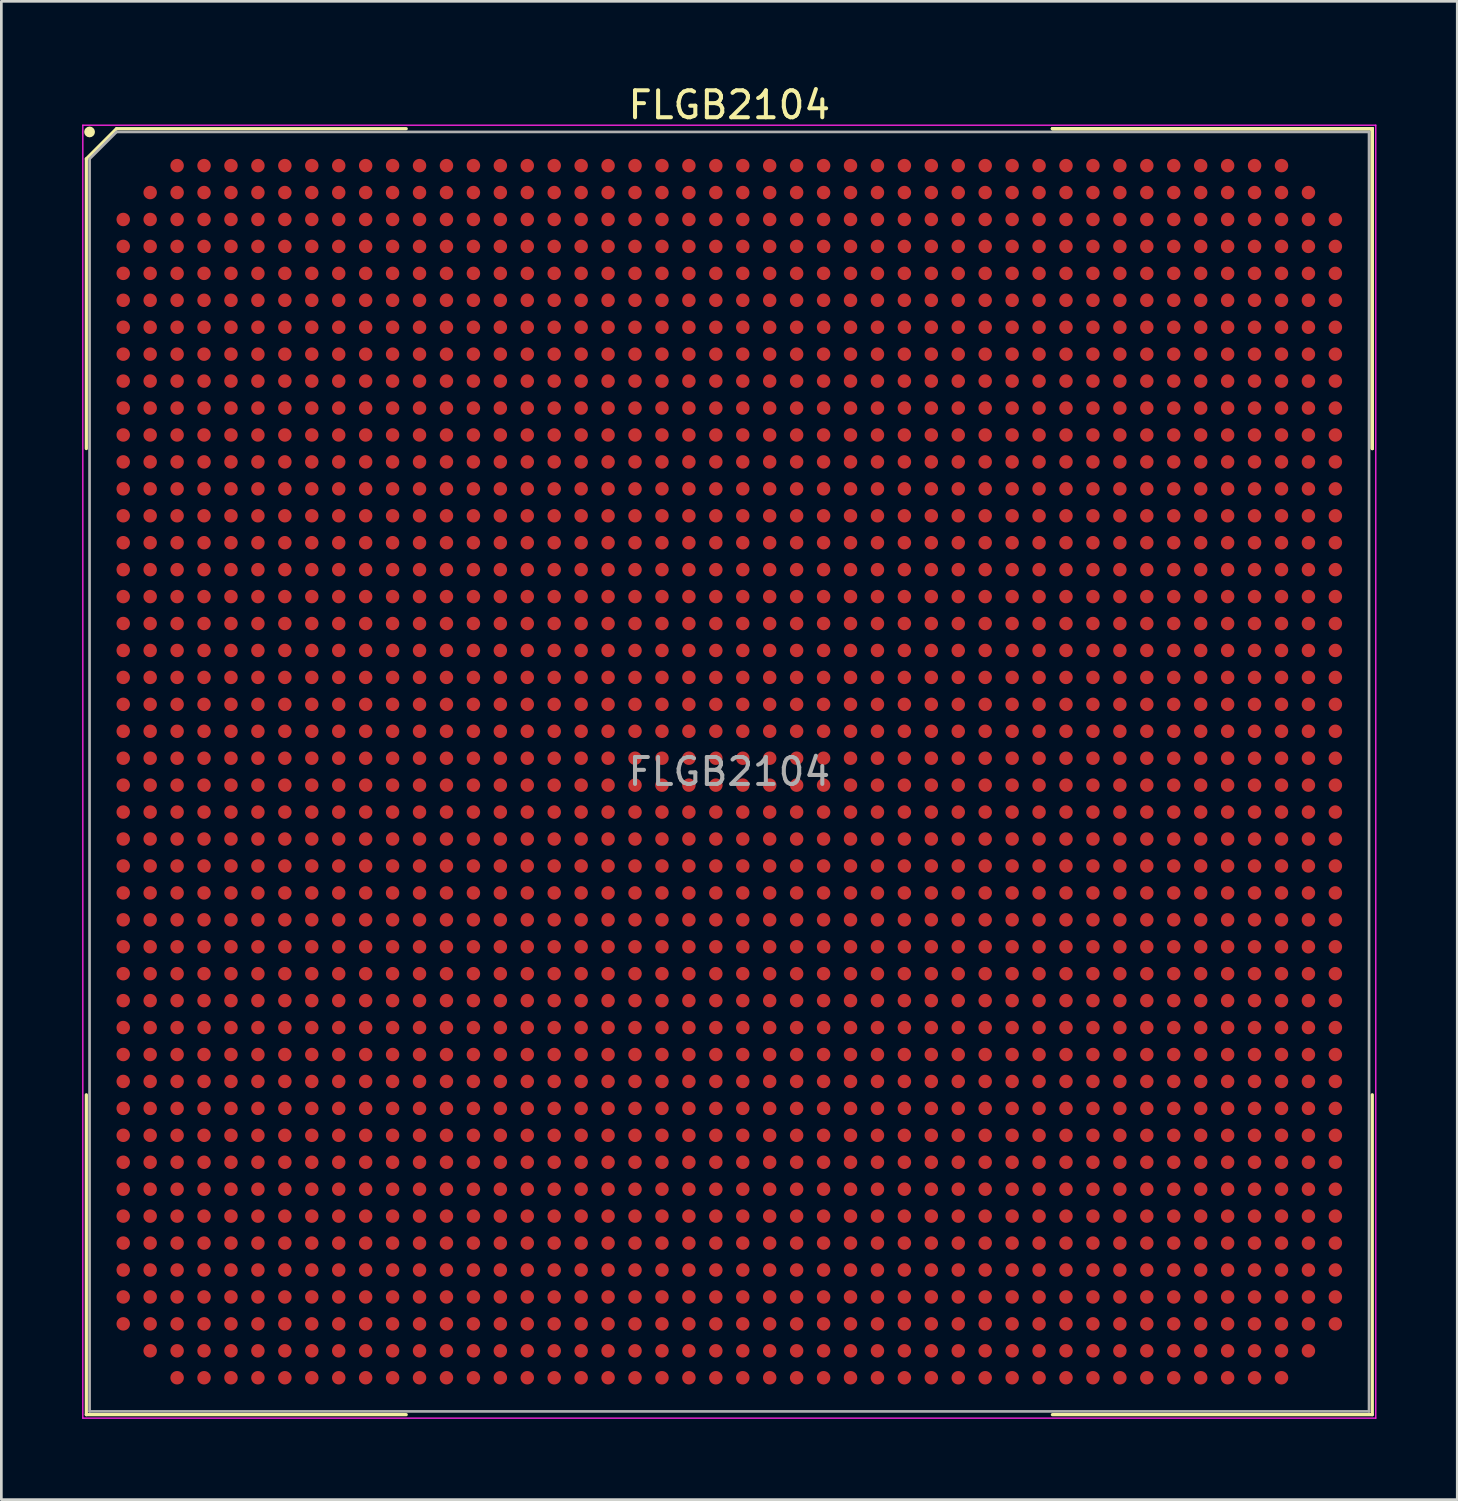
<source format=kicad_pcb>
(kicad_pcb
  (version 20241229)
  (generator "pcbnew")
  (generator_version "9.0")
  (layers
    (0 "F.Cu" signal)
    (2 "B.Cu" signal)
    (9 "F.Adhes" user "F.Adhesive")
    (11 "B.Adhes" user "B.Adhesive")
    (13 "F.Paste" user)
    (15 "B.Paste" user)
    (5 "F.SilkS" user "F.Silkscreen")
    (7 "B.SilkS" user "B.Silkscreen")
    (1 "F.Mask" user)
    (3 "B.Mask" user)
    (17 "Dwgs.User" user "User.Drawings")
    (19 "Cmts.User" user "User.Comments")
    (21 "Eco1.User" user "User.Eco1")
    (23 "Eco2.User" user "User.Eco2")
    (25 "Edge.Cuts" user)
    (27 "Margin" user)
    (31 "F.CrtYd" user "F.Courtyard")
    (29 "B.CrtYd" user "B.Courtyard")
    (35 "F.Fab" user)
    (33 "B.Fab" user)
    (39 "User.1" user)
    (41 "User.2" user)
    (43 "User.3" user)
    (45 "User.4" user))
  (footprint "FLGB2104"
    (layer "F.Cu")
    (at 24.025 25.598)
    (property "Reference" "FLGB2104" (at 0 -24.75 0) (layer "F.SilkS") (effects (font (size 1 1) (thickness 0.15))))
    (attr smd)
    (fp_line (start -23.87 -22.75) (end -23.87 -11.995) (stroke (width 0.12) (type solid)) (layer "F.SilkS"))
    (fp_line (start -23.87 23.87) (end -23.87 11.995) (stroke (width 0.12) (type solid)) (layer "F.SilkS"))
    (fp_line (start -22.75 -23.87) (end -23.87 -22.75) (stroke (width 0.12) (type solid)) (layer "F.SilkS"))
    (fp_line (start -11.995 -23.87) (end -22.75 -23.87) (stroke (width 0.12) (type solid)) (layer "F.SilkS"))
    (fp_line (start -11.995 23.87) (end -23.87 23.87) (stroke (width 0.12) (type solid)) (layer "F.SilkS"))
    (fp_line (start 11.995 -23.87) (end 23.87 -23.87) (stroke (width 0.12) (type solid)) (layer "F.SilkS"))
    (fp_line (start 11.995 -23.87) (end 23.87 -23.87) (stroke (width 0.12) (type solid)) (layer "F.SilkS"))
    (fp_line (start 11.995 -23.87) (end 23.87 -23.87) (stroke (width 0.12) (type solid)) (layer "F.SilkS"))
    (fp_line (start 11.995 23.87) (end 23.87 23.87) (stroke (width 0.12) (type solid)) (layer "F.SilkS"))
    (fp_line (start 23.87 -23.87) (end 23.87 -11.995) (stroke (width 0.12) (type solid)) (layer "F.SilkS"))
    (fp_line (start 23.87 -23.87) (end 23.87 -11.995) (stroke (width 0.12) (type solid)) (layer "F.SilkS"))
    (fp_line (start 23.87 -23.87) (end 23.87 -11.995) (stroke (width 0.12) (type solid)) (layer "F.SilkS"))
    (fp_line (start 23.87 23.87) (end 23.87 11.995) (stroke (width 0.12) (type solid)) (layer "F.SilkS"))
    (fp_circle (center -23.75 -23.75) (end -23.75 -23.65) (stroke (width 0.2) (type solid)) (fill no) (layer "F.SilkS"))
    (fp_line (start -24 -24) (end 24 -24) (stroke (width 0.05) (type solid)) (layer "F.CrtYd"))
    (fp_line (start -24 24) (end -24 -24) (stroke (width 0.05) (type solid)) (layer "F.CrtYd"))
    (fp_line (start 24 -24) (end 24 24) (stroke (width 0.05) (type solid)) (layer "F.CrtYd"))
    (fp_line (start 24 24) (end -24 24) (stroke (width 0.05) (type solid)) (layer "F.CrtYd"))
    (fp_line (start -23.75 -22.75) (end -23.75 23.75) (stroke (width 0.1) (type solid)) (layer "F.Fab"))
    (fp_line (start -23.75 23.75) (end 23.75 23.75) (stroke (width 0.1) (type solid)) (layer "F.Fab"))
    (fp_line (start -22.75 -23.75) (end -23.75 -22.75) (stroke (width 0.1) (type solid)) (layer "F.Fab"))
    (fp_line (start 23.75 -23.75) (end -22.75 -23.75) (stroke (width 0.1) (type solid)) (layer "F.Fab"))
    (fp_line (start 23.75 23.75) (end 23.75 -23.75) (stroke (width 0.1) (type solid)) (layer "F.Fab"))
    (fp_text user "${REFERENCE}" (at 0 0 0) (layer "F.Fab") (effects (font (size 1 1) (thickness 0.15))))
    (pad "A3" smd circle (at -20.5 -22.5) (size 0.5 0.5) (layers "F.Cu" "F.Mask" "F.Paste"))
    (pad "A4" smd circle (at -19.5 -22.5) (size 0.5 0.5) (layers "F.Cu" "F.Mask" "F.Paste"))
    (pad "A5" smd circle (at -18.5 -22.5) (size 0.5 0.5) (layers "F.Cu" "F.Mask" "F.Paste"))
    (pad "A6" smd circle (at -17.5 -22.5) (size 0.5 0.5) (layers "F.Cu" "F.Mask" "F.Paste"))
    (pad "A7" smd circle (at -16.5 -22.5) (size 0.5 0.5) (layers "F.Cu" "F.Mask" "F.Paste"))
    (pad "A8" smd circle (at -15.5 -22.5) (size 0.5 0.5) (layers "F.Cu" "F.Mask" "F.Paste"))
    (pad "A9" smd circle (at -14.5 -22.5) (size 0.5 0.5) (layers "F.Cu" "F.Mask" "F.Paste"))
    (pad "A10" smd circle (at -13.5 -22.5) (size 0.5 0.5) (layers "F.Cu" "F.Mask" "F.Paste"))
    (pad "A11" smd circle (at -12.5 -22.5) (size 0.5 0.5) (layers "F.Cu" "F.Mask" "F.Paste"))
    (pad "A12" smd circle (at -11.5 -22.5) (size 0.5 0.5) (layers "F.Cu" "F.Mask" "F.Paste"))
    (pad "A13" smd circle (at -10.5 -22.5) (size 0.5 0.5) (layers "F.Cu" "F.Mask" "F.Paste"))
    (pad "A14" smd circle (at -9.5 -22.5) (size 0.5 0.5) (layers "F.Cu" "F.Mask" "F.Paste"))
    (pad "A15" smd circle (at -8.5 -22.5) (size 0.5 0.5) (layers "F.Cu" "F.Mask" "F.Paste"))
    (pad "A16" smd circle (at -7.5 -22.5) (size 0.5 0.5) (layers "F.Cu" "F.Mask" "F.Paste"))
    (pad "A17" smd circle (at -6.5 -22.5) (size 0.5 0.5) (layers "F.Cu" "F.Mask" "F.Paste"))
    (pad "A18" smd circle (at -5.5 -22.5) (size 0.5 0.5) (layers "F.Cu" "F.Mask" "F.Paste"))
    (pad "A19" smd circle (at -4.5 -22.5) (size 0.5 0.5) (layers "F.Cu" "F.Mask" "F.Paste"))
    (pad "A20" smd circle (at -3.5 -22.5) (size 0.5 0.5) (layers "F.Cu" "F.Mask" "F.Paste"))
    (pad "A21" smd circle (at -2.5 -22.5) (size 0.5 0.5) (layers "F.Cu" "F.Mask" "F.Paste"))
    (pad "A22" smd circle (at -1.5 -22.5) (size 0.5 0.5) (layers "F.Cu" "F.Mask" "F.Paste"))
    (pad "A23" smd circle (at -0.5 -22.5) (size 0.5 0.5) (layers "F.Cu" "F.Mask" "F.Paste"))
    (pad "A24" smd circle (at 0.5 -22.5) (size 0.5 0.5) (layers "F.Cu" "F.Mask" "F.Paste"))
    (pad "A25" smd circle (at 1.5 -22.5) (size 0.5 0.5) (layers "F.Cu" "F.Mask" "F.Paste"))
    (pad "A26" smd circle (at 2.5 -22.5) (size 0.5 0.5) (layers "F.Cu" "F.Mask" "F.Paste"))
    (pad "A27" smd circle (at 3.5 -22.5) (size 0.5 0.5) (layers "F.Cu" "F.Mask" "F.Paste"))
    (pad "A28" smd circle (at 4.5 -22.5) (size 0.5 0.5) (layers "F.Cu" "F.Mask" "F.Paste"))
    (pad "A29" smd circle (at 5.5 -22.5) (size 0.5 0.5) (layers "F.Cu" "F.Mask" "F.Paste"))
    (pad "A30" smd circle (at 6.5 -22.5) (size 0.5 0.5) (layers "F.Cu" "F.Mask" "F.Paste"))
    (pad "A31" smd circle (at 7.5 -22.5) (size 0.5 0.5) (layers "F.Cu" "F.Mask" "F.Paste"))
    (pad "A32" smd circle (at 8.5 -22.5) (size 0.5 0.5) (layers "F.Cu" "F.Mask" "F.Paste"))
    (pad "A33" smd circle (at 9.5 -22.5) (size 0.5 0.5) (layers "F.Cu" "F.Mask" "F.Paste"))
    (pad "A34" smd circle (at 10.5 -22.5) (size 0.5 0.5) (layers "F.Cu" "F.Mask" "F.Paste"))
    (pad "A35" smd circle (at 11.5 -22.5) (size 0.5 0.5) (layers "F.Cu" "F.Mask" "F.Paste"))
    (pad "A36" smd circle (at 12.5 -22.5) (size 0.5 0.5) (layers "F.Cu" "F.Mask" "F.Paste"))
    (pad "A37" smd circle (at 13.5 -22.5) (size 0.5 0.5) (layers "F.Cu" "F.Mask" "F.Paste"))
    (pad "A38" smd circle (at 14.5 -22.5) (size 0.5 0.5) (layers "F.Cu" "F.Mask" "F.Paste"))
    (pad "A39" smd circle (at 15.5 -22.5) (size 0.5 0.5) (layers "F.Cu" "F.Mask" "F.Paste"))
    (pad "A40" smd circle (at 16.5 -22.5) (size 0.5 0.5) (layers "F.Cu" "F.Mask" "F.Paste"))
    (pad "A41" smd circle (at 17.5 -22.5) (size 0.5 0.5) (layers "F.Cu" "F.Mask" "F.Paste"))
    (pad "A42" smd circle (at 18.5 -22.5) (size 0.5 0.5) (layers "F.Cu" "F.Mask" "F.Paste"))
    (pad "A43" smd circle (at 19.5 -22.5) (size 0.5 0.5) (layers "F.Cu" "F.Mask" "F.Paste"))
    (pad "A44" smd circle (at 20.5 -22.5) (size 0.5 0.5) (layers "F.Cu" "F.Mask" "F.Paste"))
    (pad "AA1" smd circle (at -22.5 -2.5) (size 0.5 0.5) (layers "F.Cu" "F.Mask" "F.Paste"))
    (pad "AA2" smd circle (at -21.5 -2.5) (size 0.5 0.5) (layers "F.Cu" "F.Mask" "F.Paste"))
    (pad "AA3" smd circle (at -20.5 -2.5) (size 0.5 0.5) (layers "F.Cu" "F.Mask" "F.Paste"))
    (pad "AA4" smd circle (at -19.5 -2.5) (size 0.5 0.5) (layers "F.Cu" "F.Mask" "F.Paste"))
    (pad "AA5" smd circle (at -18.5 -2.5) (size 0.5 0.5) (layers "F.Cu" "F.Mask" "F.Paste"))
    (pad "AA6" smd circle (at -17.5 -2.5) (size 0.5 0.5) (layers "F.Cu" "F.Mask" "F.Paste"))
    (pad "AA7" smd circle (at -16.5 -2.5) (size 0.5 0.5) (layers "F.Cu" "F.Mask" "F.Paste"))
    (pad "AA8" smd circle (at -15.5 -2.5) (size 0.5 0.5) (layers "F.Cu" "F.Mask" "F.Paste"))
    (pad "AA9" smd circle (at -14.5 -2.5) (size 0.5 0.5) (layers "F.Cu" "F.Mask" "F.Paste"))
    (pad "AA10" smd circle (at -13.5 -2.5) (size 0.5 0.5) (layers "F.Cu" "F.Mask" "F.Paste"))
    (pad "AA11" smd circle (at -12.5 -2.5) (size 0.5 0.5) (layers "F.Cu" "F.Mask" "F.Paste"))
    (pad "AA12" smd circle (at -11.5 -2.5) (size 0.5 0.5) (layers "F.Cu" "F.Mask" "F.Paste"))
    (pad "AA13" smd circle (at -10.5 -2.5) (size 0.5 0.5) (layers "F.Cu" "F.Mask" "F.Paste"))
    (pad "AA14" smd circle (at -9.5 -2.5) (size 0.5 0.5) (layers "F.Cu" "F.Mask" "F.Paste"))
    (pad "AA15" smd circle (at -8.5 -2.5) (size 0.5 0.5) (layers "F.Cu" "F.Mask" "F.Paste"))
    (pad "AA16" smd circle (at -7.5 -2.5) (size 0.5 0.5) (layers "F.Cu" "F.Mask" "F.Paste"))
    (pad "AA17" smd circle (at -6.5 -2.5) (size 0.5 0.5) (layers "F.Cu" "F.Mask" "F.Paste"))
    (pad "AA18" smd circle (at -5.5 -2.5) (size 0.5 0.5) (layers "F.Cu" "F.Mask" "F.Paste"))
    (pad "AA19" smd circle (at -4.5 -2.5) (size 0.5 0.5) (layers "F.Cu" "F.Mask" "F.Paste"))
    (pad "AA20" smd circle (at -3.5 -2.5) (size 0.5 0.5) (layers "F.Cu" "F.Mask" "F.Paste"))
    (pad "AA21" smd circle (at -2.5 -2.5) (size 0.5 0.5) (layers "F.Cu" "F.Mask" "F.Paste"))
    (pad "AA22" smd circle (at -1.5 -2.5) (size 0.5 0.5) (layers "F.Cu" "F.Mask" "F.Paste"))
    (pad "AA23" smd circle (at -0.5 -2.5) (size 0.5 0.5) (layers "F.Cu" "F.Mask" "F.Paste"))
    (pad "AA24" smd circle (at 0.5 -2.5) (size 0.5 0.5) (layers "F.Cu" "F.Mask" "F.Paste"))
    (pad "AA25" smd circle (at 1.5 -2.5) (size 0.5 0.5) (layers "F.Cu" "F.Mask" "F.Paste"))
    (pad "AA26" smd circle (at 2.5 -2.5) (size 0.5 0.5) (layers "F.Cu" "F.Mask" "F.Paste"))
    (pad "AA27" smd circle (at 3.5 -2.5) (size 0.5 0.5) (layers "F.Cu" "F.Mask" "F.Paste"))
    (pad "AA28" smd circle (at 4.5 -2.5) (size 0.5 0.5) (layers "F.Cu" "F.Mask" "F.Paste"))
    (pad "AA29" smd circle (at 5.5 -2.5) (size 0.5 0.5) (layers "F.Cu" "F.Mask" "F.Paste"))
    (pad "AA30" smd circle (at 6.5 -2.5) (size 0.5 0.5) (layers "F.Cu" "F.Mask" "F.Paste"))
    (pad "AA31" smd circle (at 7.5 -2.5) (size 0.5 0.5) (layers "F.Cu" "F.Mask" "F.Paste"))
    (pad "AA32" smd circle (at 8.5 -2.5) (size 0.5 0.5) (layers "F.Cu" "F.Mask" "F.Paste"))
    (pad "AA33" smd circle (at 9.5 -2.5) (size 0.5 0.5) (layers "F.Cu" "F.Mask" "F.Paste"))
    (pad "AA34" smd circle (at 10.5 -2.5) (size 0.5 0.5) (layers "F.Cu" "F.Mask" "F.Paste"))
    (pad "AA35" smd circle (at 11.5 -2.5) (size 0.5 0.5) (layers "F.Cu" "F.Mask" "F.Paste"))
    (pad "AA36" smd circle (at 12.5 -2.5) (size 0.5 0.5) (layers "F.Cu" "F.Mask" "F.Paste"))
    (pad "AA37" smd circle (at 13.5 -2.5) (size 0.5 0.5) (layers "F.Cu" "F.Mask" "F.Paste"))
    (pad "AA38" smd circle (at 14.5 -2.5) (size 0.5 0.5) (layers "F.Cu" "F.Mask" "F.Paste"))
    (pad "AA39" smd circle (at 15.5 -2.5) (size 0.5 0.5) (layers "F.Cu" "F.Mask" "F.Paste"))
    (pad "AA40" smd circle (at 16.5 -2.5) (size 0.5 0.5) (layers "F.Cu" "F.Mask" "F.Paste"))
    (pad "AA41" smd circle (at 17.5 -2.5) (size 0.5 0.5) (layers "F.Cu" "F.Mask" "F.Paste"))
    (pad "AA42" smd circle (at 18.5 -2.5) (size 0.5 0.5) (layers "F.Cu" "F.Mask" "F.Paste"))
    (pad "AA43" smd circle (at 19.5 -2.5) (size 0.5 0.5) (layers "F.Cu" "F.Mask" "F.Paste"))
    (pad "AA44" smd circle (at 20.5 -2.5) (size 0.5 0.5) (layers "F.Cu" "F.Mask" "F.Paste"))
    (pad "AA45" smd circle (at 21.5 -2.5) (size 0.5 0.5) (layers "F.Cu" "F.Mask" "F.Paste"))
    (pad "AA46" smd circle (at 22.5 -2.5) (size 0.5 0.5) (layers "F.Cu" "F.Mask" "F.Paste"))
    (pad "AB1" smd circle (at -22.5 -1.5) (size 0.5 0.5) (layers "F.Cu" "F.Mask" "F.Paste"))
    (pad "AB2" smd circle (at -21.5 -1.5) (size 0.5 0.5) (layers "F.Cu" "F.Mask" "F.Paste"))
    (pad "AB3" smd circle (at -20.5 -1.5) (size 0.5 0.5) (layers "F.Cu" "F.Mask" "F.Paste"))
    (pad "AB4" smd circle (at -19.5 -1.5) (size 0.5 0.5) (layers "F.Cu" "F.Mask" "F.Paste"))
    (pad "AB5" smd circle (at -18.5 -1.5) (size 0.5 0.5) (layers "F.Cu" "F.Mask" "F.Paste"))
    (pad "AB6" smd circle (at -17.5 -1.5) (size 0.5 0.5) (layers "F.Cu" "F.Mask" "F.Paste"))
    (pad "AB7" smd circle (at -16.5 -1.5) (size 0.5 0.5) (layers "F.Cu" "F.Mask" "F.Paste"))
    (pad "AB8" smd circle (at -15.5 -1.5) (size 0.5 0.5) (layers "F.Cu" "F.Mask" "F.Paste"))
    (pad "AB9" smd circle (at -14.5 -1.5) (size 0.5 0.5) (layers "F.Cu" "F.Mask" "F.Paste"))
    (pad "AB10" smd circle (at -13.5 -1.5) (size 0.5 0.5) (layers "F.Cu" "F.Mask" "F.Paste"))
    (pad "AB11" smd circle (at -12.5 -1.5) (size 0.5 0.5) (layers "F.Cu" "F.Mask" "F.Paste"))
    (pad "AB12" smd circle (at -11.5 -1.5) (size 0.5 0.5) (layers "F.Cu" "F.Mask" "F.Paste"))
    (pad "AB13" smd circle (at -10.5 -1.5) (size 0.5 0.5) (layers "F.Cu" "F.Mask" "F.Paste"))
    (pad "AB14" smd circle (at -9.5 -1.5) (size 0.5 0.5) (layers "F.Cu" "F.Mask" "F.Paste"))
    (pad "AB15" smd circle (at -8.5 -1.5) (size 0.5 0.5) (layers "F.Cu" "F.Mask" "F.Paste"))
    (pad "AB16" smd circle (at -7.5 -1.5) (size 0.5 0.5) (layers "F.Cu" "F.Mask" "F.Paste"))
    (pad "AB17" smd circle (at -6.5 -1.5) (size 0.5 0.5) (layers "F.Cu" "F.Mask" "F.Paste"))
    (pad "AB18" smd circle (at -5.5 -1.5) (size 0.5 0.5) (layers "F.Cu" "F.Mask" "F.Paste"))
    (pad "AB19" smd circle (at -4.5 -1.5) (size 0.5 0.5) (layers "F.Cu" "F.Mask" "F.Paste"))
    (pad "AB20" smd circle (at -3.5 -1.5) (size 0.5 0.5) (layers "F.Cu" "F.Mask" "F.Paste"))
    (pad "AB21" smd circle (at -2.5 -1.5) (size 0.5 0.5) (layers "F.Cu" "F.Mask" "F.Paste"))
    (pad "AB22" smd circle (at -1.5 -1.5) (size 0.5 0.5) (layers "F.Cu" "F.Mask" "F.Paste"))
    (pad "AB23" smd circle (at -0.5 -1.5) (size 0.5 0.5) (layers "F.Cu" "F.Mask" "F.Paste"))
    (pad "AB24" smd circle (at 0.5 -1.5) (size 0.5 0.5) (layers "F.Cu" "F.Mask" "F.Paste"))
    (pad "AB25" smd circle (at 1.5 -1.5) (size 0.5 0.5) (layers "F.Cu" "F.Mask" "F.Paste"))
    (pad "AB26" smd circle (at 2.5 -1.5) (size 0.5 0.5) (layers "F.Cu" "F.Mask" "F.Paste"))
    (pad "AB27" smd circle (at 3.5 -1.5) (size 0.5 0.5) (layers "F.Cu" "F.Mask" "F.Paste"))
    (pad "AB28" smd circle (at 4.5 -1.5) (size 0.5 0.5) (layers "F.Cu" "F.Mask" "F.Paste"))
    (pad "AB29" smd circle (at 5.5 -1.5) (size 0.5 0.5) (layers "F.Cu" "F.Mask" "F.Paste"))
    (pad "AB30" smd circle (at 6.5 -1.5) (size 0.5 0.5) (layers "F.Cu" "F.Mask" "F.Paste"))
    (pad "AB31" smd circle (at 7.5 -1.5) (size 0.5 0.5) (layers "F.Cu" "F.Mask" "F.Paste"))
    (pad "AB32" smd circle (at 8.5 -1.5) (size 0.5 0.5) (layers "F.Cu" "F.Mask" "F.Paste"))
    (pad "AB33" smd circle (at 9.5 -1.5) (size 0.5 0.5) (layers "F.Cu" "F.Mask" "F.Paste"))
    (pad "AB34" smd circle (at 10.5 -1.5) (size 0.5 0.5) (layers "F.Cu" "F.Mask" "F.Paste"))
    (pad "AB35" smd circle (at 11.5 -1.5) (size 0.5 0.5) (layers "F.Cu" "F.Mask" "F.Paste"))
    (pad "AB36" smd circle (at 12.5 -1.5) (size 0.5 0.5) (layers "F.Cu" "F.Mask" "F.Paste"))
    (pad "AB37" smd circle (at 13.5 -1.5) (size 0.5 0.5) (layers "F.Cu" "F.Mask" "F.Paste"))
    (pad "AB38" smd circle (at 14.5 -1.5) (size 0.5 0.5) (layers "F.Cu" "F.Mask" "F.Paste"))
    (pad "AB39" smd circle (at 15.5 -1.5) (size 0.5 0.5) (layers "F.Cu" "F.Mask" "F.Paste"))
    (pad "AB40" smd circle (at 16.5 -1.5) (size 0.5 0.5) (layers "F.Cu" "F.Mask" "F.Paste"))
    (pad "AB41" smd circle (at 17.5 -1.5) (size 0.5 0.5) (layers "F.Cu" "F.Mask" "F.Paste"))
    (pad "AB42" smd circle (at 18.5 -1.5) (size 0.5 0.5) (layers "F.Cu" "F.Mask" "F.Paste"))
    (pad "AB43" smd circle (at 19.5 -1.5) (size 0.5 0.5) (layers "F.Cu" "F.Mask" "F.Paste"))
    (pad "AB44" smd circle (at 20.5 -1.5) (size 0.5 0.5) (layers "F.Cu" "F.Mask" "F.Paste"))
    (pad "AB45" smd circle (at 21.5 -1.5) (size 0.5 0.5) (layers "F.Cu" "F.Mask" "F.Paste"))
    (pad "AB46" smd circle (at 22.5 -1.5) (size 0.5 0.5) (layers "F.Cu" "F.Mask" "F.Paste"))
    (pad "AC1" smd circle (at -22.5 -0.5) (size 0.5 0.5) (layers "F.Cu" "F.Mask" "F.Paste"))
    (pad "AC2" smd circle (at -21.5 -0.5) (size 0.5 0.5) (layers "F.Cu" "F.Mask" "F.Paste"))
    (pad "AC3" smd circle (at -20.5 -0.5) (size 0.5 0.5) (layers "F.Cu" "F.Mask" "F.Paste"))
    (pad "AC4" smd circle (at -19.5 -0.5) (size 0.5 0.5) (layers "F.Cu" "F.Mask" "F.Paste"))
    (pad "AC5" smd circle (at -18.5 -0.5) (size 0.5 0.5) (layers "F.Cu" "F.Mask" "F.Paste"))
    (pad "AC6" smd circle (at -17.5 -0.5) (size 0.5 0.5) (layers "F.Cu" "F.Mask" "F.Paste"))
    (pad "AC7" smd circle (at -16.5 -0.5) (size 0.5 0.5) (layers "F.Cu" "F.Mask" "F.Paste"))
    (pad "AC8" smd circle (at -15.5 -0.5) (size 0.5 0.5) (layers "F.Cu" "F.Mask" "F.Paste"))
    (pad "AC9" smd circle (at -14.5 -0.5) (size 0.5 0.5) (layers "F.Cu" "F.Mask" "F.Paste"))
    (pad "AC10" smd circle (at -13.5 -0.5) (size 0.5 0.5) (layers "F.Cu" "F.Mask" "F.Paste"))
    (pad "AC11" smd circle (at -12.5 -0.5) (size 0.5 0.5) (layers "F.Cu" "F.Mask" "F.Paste"))
    (pad "AC12" smd circle (at -11.5 -0.5) (size 0.5 0.5) (layers "F.Cu" "F.Mask" "F.Paste"))
    (pad "AC13" smd circle (at -10.5 -0.5) (size 0.5 0.5) (layers "F.Cu" "F.Mask" "F.Paste"))
    (pad "AC14" smd circle (at -9.5 -0.5) (size 0.5 0.5) (layers "F.Cu" "F.Mask" "F.Paste"))
    (pad "AC15" smd circle (at -8.5 -0.5) (size 0.5 0.5) (layers "F.Cu" "F.Mask" "F.Paste"))
    (pad "AC16" smd circle (at -7.5 -0.5) (size 0.5 0.5) (layers "F.Cu" "F.Mask" "F.Paste"))
    (pad "AC17" smd circle (at -6.5 -0.5) (size 0.5 0.5) (layers "F.Cu" "F.Mask" "F.Paste"))
    (pad "AC18" smd circle (at -5.5 -0.5) (size 0.5 0.5) (layers "F.Cu" "F.Mask" "F.Paste"))
    (pad "AC19" smd circle (at -4.5 -0.5) (size 0.5 0.5) (layers "F.Cu" "F.Mask" "F.Paste"))
    (pad "AC20" smd circle (at -3.5 -0.5) (size 0.5 0.5) (layers "F.Cu" "F.Mask" "F.Paste"))
    (pad "AC21" smd circle (at -2.5 -0.5) (size 0.5 0.5) (layers "F.Cu" "F.Mask" "F.Paste"))
    (pad "AC22" smd circle (at -1.5 -0.5) (size 0.5 0.5) (layers "F.Cu" "F.Mask" "F.Paste"))
    (pad "AC23" smd circle (at -0.5 -0.5) (size 0.5 0.5) (layers "F.Cu" "F.Mask" "F.Paste"))
    (pad "AC24" smd circle (at 0.5 -0.5) (size 0.5 0.5) (layers "F.Cu" "F.Mask" "F.Paste"))
    (pad "AC25" smd circle (at 1.5 -0.5) (size 0.5 0.5) (layers "F.Cu" "F.Mask" "F.Paste"))
    (pad "AC26" smd circle (at 2.5 -0.5) (size 0.5 0.5) (layers "F.Cu" "F.Mask" "F.Paste"))
    (pad "AC27" smd circle (at 3.5 -0.5) (size 0.5 0.5) (layers "F.Cu" "F.Mask" "F.Paste"))
    (pad "AC28" smd circle (at 4.5 -0.5) (size 0.5 0.5) (layers "F.Cu" "F.Mask" "F.Paste"))
    (pad "AC29" smd circle (at 5.5 -0.5) (size 0.5 0.5) (layers "F.Cu" "F.Mask" "F.Paste"))
    (pad "AC30" smd circle (at 6.5 -0.5) (size 0.5 0.5) (layers "F.Cu" "F.Mask" "F.Paste"))
    (pad "AC31" smd circle (at 7.5 -0.5) (size 0.5 0.5) (layers "F.Cu" "F.Mask" "F.Paste"))
    (pad "AC32" smd circle (at 8.5 -0.5) (size 0.5 0.5) (layers "F.Cu" "F.Mask" "F.Paste"))
    (pad "AC33" smd circle (at 9.5 -0.5) (size 0.5 0.5) (layers "F.Cu" "F.Mask" "F.Paste"))
    (pad "AC34" smd circle (at 10.5 -0.5) (size 0.5 0.5) (layers "F.Cu" "F.Mask" "F.Paste"))
    (pad "AC35" smd circle (at 11.5 -0.5) (size 0.5 0.5) (layers "F.Cu" "F.Mask" "F.Paste"))
    (pad "AC36" smd circle (at 12.5 -0.5) (size 0.5 0.5) (layers "F.Cu" "F.Mask" "F.Paste"))
    (pad "AC37" smd circle (at 13.5 -0.5) (size 0.5 0.5) (layers "F.Cu" "F.Mask" "F.Paste"))
    (pad "AC38" smd circle (at 14.5 -0.5) (size 0.5 0.5) (layers "F.Cu" "F.Mask" "F.Paste"))
    (pad "AC39" smd circle (at 15.5 -0.5) (size 0.5 0.5) (layers "F.Cu" "F.Mask" "F.Paste"))
    (pad "AC40" smd circle (at 16.5 -0.5) (size 0.5 0.5) (layers "F.Cu" "F.Mask" "F.Paste"))
    (pad "AC41" smd circle (at 17.5 -0.5) (size 0.5 0.5) (layers "F.Cu" "F.Mask" "F.Paste"))
    (pad "AC42" smd circle (at 18.5 -0.5) (size 0.5 0.5) (layers "F.Cu" "F.Mask" "F.Paste"))
    (pad "AC43" smd circle (at 19.5 -0.5) (size 0.5 0.5) (layers "F.Cu" "F.Mask" "F.Paste"))
    (pad "AC44" smd circle (at 20.5 -0.5) (size 0.5 0.5) (layers "F.Cu" "F.Mask" "F.Paste"))
    (pad "AC45" smd circle (at 21.5 -0.5) (size 0.5 0.5) (layers "F.Cu" "F.Mask" "F.Paste"))
    (pad "AC46" smd circle (at 22.5 -0.5) (size 0.5 0.5) (layers "F.Cu" "F.Mask" "F.Paste"))
    (pad "AD1" smd circle (at -22.5 0.5) (size 0.5 0.5) (layers "F.Cu" "F.Mask" "F.Paste"))
    (pad "AD2" smd circle (at -21.5 0.5) (size 0.5 0.5) (layers "F.Cu" "F.Mask" "F.Paste"))
    (pad "AD3" smd circle (at -20.5 0.5) (size 0.5 0.5) (layers "F.Cu" "F.Mask" "F.Paste"))
    (pad "AD4" smd circle (at -19.5 0.5) (size 0.5 0.5) (layers "F.Cu" "F.Mask" "F.Paste"))
    (pad "AD5" smd circle (at -18.5 0.5) (size 0.5 0.5) (layers "F.Cu" "F.Mask" "F.Paste"))
    (pad "AD6" smd circle (at -17.5 0.5) (size 0.5 0.5) (layers "F.Cu" "F.Mask" "F.Paste"))
    (pad "AD7" smd circle (at -16.5 0.5) (size 0.5 0.5) (layers "F.Cu" "F.Mask" "F.Paste"))
    (pad "AD8" smd circle (at -15.5 0.5) (size 0.5 0.5) (layers "F.Cu" "F.Mask" "F.Paste"))
    (pad "AD9" smd circle (at -14.5 0.5) (size 0.5 0.5) (layers "F.Cu" "F.Mask" "F.Paste"))
    (pad "AD10" smd circle (at -13.5 0.5) (size 0.5 0.5) (layers "F.Cu" "F.Mask" "F.Paste"))
    (pad "AD11" smd circle (at -12.5 0.5) (size 0.5 0.5) (layers "F.Cu" "F.Mask" "F.Paste"))
    (pad "AD12" smd circle (at -11.5 0.5) (size 0.5 0.5) (layers "F.Cu" "F.Mask" "F.Paste"))
    (pad "AD13" smd circle (at -10.5 0.5) (size 0.5 0.5) (layers "F.Cu" "F.Mask" "F.Paste"))
    (pad "AD14" smd circle (at -9.5 0.5) (size 0.5 0.5) (layers "F.Cu" "F.Mask" "F.Paste"))
    (pad "AD15" smd circle (at -8.5 0.5) (size 0.5 0.5) (layers "F.Cu" "F.Mask" "F.Paste"))
    (pad "AD16" smd circle (at -7.5 0.5) (size 0.5 0.5) (layers "F.Cu" "F.Mask" "F.Paste"))
    (pad "AD17" smd circle (at -6.5 0.5) (size 0.5 0.5) (layers "F.Cu" "F.Mask" "F.Paste"))
    (pad "AD18" smd circle (at -5.5 0.5) (size 0.5 0.5) (layers "F.Cu" "F.Mask" "F.Paste"))
    (pad "AD19" smd circle (at -4.5 0.5) (size 0.5 0.5) (layers "F.Cu" "F.Mask" "F.Paste"))
    (pad "AD20" smd circle (at -3.5 0.5) (size 0.5 0.5) (layers "F.Cu" "F.Mask" "F.Paste"))
    (pad "AD21" smd circle (at -2.5 0.5) (size 0.5 0.5) (layers "F.Cu" "F.Mask" "F.Paste"))
    (pad "AD22" smd circle (at -1.5 0.5) (size 0.5 0.5) (layers "F.Cu" "F.Mask" "F.Paste"))
    (pad "AD23" smd circle (at -0.5 0.5) (size 0.5 0.5) (layers "F.Cu" "F.Mask" "F.Paste"))
    (pad "AD24" smd circle (at 0.5 0.5) (size 0.5 0.5) (layers "F.Cu" "F.Mask" "F.Paste"))
    (pad "AD25" smd circle (at 1.5 0.5) (size 0.5 0.5) (layers "F.Cu" "F.Mask" "F.Paste"))
    (pad "AD26" smd circle (at 2.5 0.5) (size 0.5 0.5) (layers "F.Cu" "F.Mask" "F.Paste"))
    (pad "AD27" smd circle (at 3.5 0.5) (size 0.5 0.5) (layers "F.Cu" "F.Mask" "F.Paste"))
    (pad "AD28" smd circle (at 4.5 0.5) (size 0.5 0.5) (layers "F.Cu" "F.Mask" "F.Paste"))
    (pad "AD29" smd circle (at 5.5 0.5) (size 0.5 0.5) (layers "F.Cu" "F.Mask" "F.Paste"))
    (pad "AD30" smd circle (at 6.5 0.5) (size 0.5 0.5) (layers "F.Cu" "F.Mask" "F.Paste"))
    (pad "AD31" smd circle (at 7.5 0.5) (size 0.5 0.5) (layers "F.Cu" "F.Mask" "F.Paste"))
    (pad "AD32" smd circle (at 8.5 0.5) (size 0.5 0.5) (layers "F.Cu" "F.Mask" "F.Paste"))
    (pad "AD33" smd circle (at 9.5 0.5) (size 0.5 0.5) (layers "F.Cu" "F.Mask" "F.Paste"))
    (pad "AD34" smd circle (at 10.5 0.5) (size 0.5 0.5) (layers "F.Cu" "F.Mask" "F.Paste"))
    (pad "AD35" smd circle (at 11.5 0.5) (size 0.5 0.5) (layers "F.Cu" "F.Mask" "F.Paste"))
    (pad "AD36" smd circle (at 12.5 0.5) (size 0.5 0.5) (layers "F.Cu" "F.Mask" "F.Paste"))
    (pad "AD37" smd circle (at 13.5 0.5) (size 0.5 0.5) (layers "F.Cu" "F.Mask" "F.Paste"))
    (pad "AD38" smd circle (at 14.5 0.5) (size 0.5 0.5) (layers "F.Cu" "F.Mask" "F.Paste"))
    (pad "AD39" smd circle (at 15.5 0.5) (size 0.5 0.5) (layers "F.Cu" "F.Mask" "F.Paste"))
    (pad "AD40" smd circle (at 16.5 0.5) (size 0.5 0.5) (layers "F.Cu" "F.Mask" "F.Paste"))
    (pad "AD41" smd circle (at 17.5 0.5) (size 0.5 0.5) (layers "F.Cu" "F.Mask" "F.Paste"))
    (pad "AD42" smd circle (at 18.5 0.5) (size 0.5 0.5) (layers "F.Cu" "F.Mask" "F.Paste"))
    (pad "AD43" smd circle (at 19.5 0.5) (size 0.5 0.5) (layers "F.Cu" "F.Mask" "F.Paste"))
    (pad "AD44" smd circle (at 20.5 0.5) (size 0.5 0.5) (layers "F.Cu" "F.Mask" "F.Paste"))
    (pad "AD45" smd circle (at 21.5 0.5) (size 0.5 0.5) (layers "F.Cu" "F.Mask" "F.Paste"))
    (pad "AD46" smd circle (at 22.5 0.5) (size 0.5 0.5) (layers "F.Cu" "F.Mask" "F.Paste"))
    (pad "AE1" smd circle (at -22.5 1.5) (size 0.5 0.5) (layers "F.Cu" "F.Mask" "F.Paste"))
    (pad "AE2" smd circle (at -21.5 1.5) (size 0.5 0.5) (layers "F.Cu" "F.Mask" "F.Paste"))
    (pad "AE3" smd circle (at -20.5 1.5) (size 0.5 0.5) (layers "F.Cu" "F.Mask" "F.Paste"))
    (pad "AE4" smd circle (at -19.5 1.5) (size 0.5 0.5) (layers "F.Cu" "F.Mask" "F.Paste"))
    (pad "AE5" smd circle (at -18.5 1.5) (size 0.5 0.5) (layers "F.Cu" "F.Mask" "F.Paste"))
    (pad "AE6" smd circle (at -17.5 1.5) (size 0.5 0.5) (layers "F.Cu" "F.Mask" "F.Paste"))
    (pad "AE7" smd circle (at -16.5 1.5) (size 0.5 0.5) (layers "F.Cu" "F.Mask" "F.Paste"))
    (pad "AE8" smd circle (at -15.5 1.5) (size 0.5 0.5) (layers "F.Cu" "F.Mask" "F.Paste"))
    (pad "AE9" smd circle (at -14.5 1.5) (size 0.5 0.5) (layers "F.Cu" "F.Mask" "F.Paste"))
    (pad "AE10" smd circle (at -13.5 1.5) (size 0.5 0.5) (layers "F.Cu" "F.Mask" "F.Paste"))
    (pad "AE11" smd circle (at -12.5 1.5) (size 0.5 0.5) (layers "F.Cu" "F.Mask" "F.Paste"))
    (pad "AE12" smd circle (at -11.5 1.5) (size 0.5 0.5) (layers "F.Cu" "F.Mask" "F.Paste"))
    (pad "AE13" smd circle (at -10.5 1.5) (size 0.5 0.5) (layers "F.Cu" "F.Mask" "F.Paste"))
    (pad "AE14" smd circle (at -9.5 1.5) (size 0.5 0.5) (layers "F.Cu" "F.Mask" "F.Paste"))
    (pad "AE15" smd circle (at -8.5 1.5) (size 0.5 0.5) (layers "F.Cu" "F.Mask" "F.Paste"))
    (pad "AE16" smd circle (at -7.5 1.5) (size 0.5 0.5) (layers "F.Cu" "F.Mask" "F.Paste"))
    (pad "AE17" smd circle (at -6.5 1.5) (size 0.5 0.5) (layers "F.Cu" "F.Mask" "F.Paste"))
    (pad "AE18" smd circle (at -5.5 1.5) (size 0.5 0.5) (layers "F.Cu" "F.Mask" "F.Paste"))
    (pad "AE19" smd circle (at -4.5 1.5) (size 0.5 0.5) (layers "F.Cu" "F.Mask" "F.Paste"))
    (pad "AE20" smd circle (at -3.5 1.5) (size 0.5 0.5) (layers "F.Cu" "F.Mask" "F.Paste"))
    (pad "AE21" smd circle (at -2.5 1.5) (size 0.5 0.5) (layers "F.Cu" "F.Mask" "F.Paste"))
    (pad "AE22" smd circle (at -1.5 1.5) (size 0.5 0.5) (layers "F.Cu" "F.Mask" "F.Paste"))
    (pad "AE23" smd circle (at -0.5 1.5) (size 0.5 0.5) (layers "F.Cu" "F.Mask" "F.Paste"))
    (pad "AE24" smd circle (at 0.5 1.5) (size 0.5 0.5) (layers "F.Cu" "F.Mask" "F.Paste"))
    (pad "AE25" smd circle (at 1.5 1.5) (size 0.5 0.5) (layers "F.Cu" "F.Mask" "F.Paste"))
    (pad "AE26" smd circle (at 2.5 1.5) (size 0.5 0.5) (layers "F.Cu" "F.Mask" "F.Paste"))
    (pad "AE27" smd circle (at 3.5 1.5) (size 0.5 0.5) (layers "F.Cu" "F.Mask" "F.Paste"))
    (pad "AE28" smd circle (at 4.5 1.5) (size 0.5 0.5) (layers "F.Cu" "F.Mask" "F.Paste"))
    (pad "AE29" smd circle (at 5.5 1.5) (size 0.5 0.5) (layers "F.Cu" "F.Mask" "F.Paste"))
    (pad "AE30" smd circle (at 6.5 1.5) (size 0.5 0.5) (layers "F.Cu" "F.Mask" "F.Paste"))
    (pad "AE31" smd circle (at 7.5 1.5) (size 0.5 0.5) (layers "F.Cu" "F.Mask" "F.Paste"))
    (pad "AE32" smd circle (at 8.5 1.5) (size 0.5 0.5) (layers "F.Cu" "F.Mask" "F.Paste"))
    (pad "AE33" smd circle (at 9.5 1.5) (size 0.5 0.5) (layers "F.Cu" "F.Mask" "F.Paste"))
    (pad "AE34" smd circle (at 10.5 1.5) (size 0.5 0.5) (layers "F.Cu" "F.Mask" "F.Paste"))
    (pad "AE35" smd circle (at 11.5 1.5) (size 0.5 0.5) (layers "F.Cu" "F.Mask" "F.Paste"))
    (pad "AE36" smd circle (at 12.5 1.5) (size 0.5 0.5) (layers "F.Cu" "F.Mask" "F.Paste"))
    (pad "AE37" smd circle (at 13.5 1.5) (size 0.5 0.5) (layers "F.Cu" "F.Mask" "F.Paste"))
    (pad "AE38" smd circle (at 14.5 1.5) (size 0.5 0.5) (layers "F.Cu" "F.Mask" "F.Paste"))
    (pad "AE39" smd circle (at 15.5 1.5) (size 0.5 0.5) (layers "F.Cu" "F.Mask" "F.Paste"))
    (pad "AE40" smd circle (at 16.5 1.5) (size 0.5 0.5) (layers "F.Cu" "F.Mask" "F.Paste"))
    (pad "AE41" smd circle (at 17.5 1.5) (size 0.5 0.5) (layers "F.Cu" "F.Mask" "F.Paste"))
    (pad "AE42" smd circle (at 18.5 1.5) (size 0.5 0.5) (layers "F.Cu" "F.Mask" "F.Paste"))
    (pad "AE43" smd circle (at 19.5 1.5) (size 0.5 0.5) (layers "F.Cu" "F.Mask" "F.Paste"))
    (pad "AE44" smd circle (at 20.5 1.5) (size 0.5 0.5) (layers "F.Cu" "F.Mask" "F.Paste"))
    (pad "AE45" smd circle (at 21.5 1.5) (size 0.5 0.5) (layers "F.Cu" "F.Mask" "F.Paste"))
    (pad "AE46" smd circle (at 22.5 1.5) (size 0.5 0.5) (layers "F.Cu" "F.Mask" "F.Paste"))
    (pad "AF1" smd circle (at -22.5 2.5) (size 0.5 0.5) (layers "F.Cu" "F.Mask" "F.Paste"))
    (pad "AF2" smd circle (at -21.5 2.5) (size 0.5 0.5) (layers "F.Cu" "F.Mask" "F.Paste"))
    (pad "AF3" smd circle (at -20.5 2.5) (size 0.5 0.5) (layers "F.Cu" "F.Mask" "F.Paste"))
    (pad "AF4" smd circle (at -19.5 2.5) (size 0.5 0.5) (layers "F.Cu" "F.Mask" "F.Paste"))
    (pad "AF5" smd circle (at -18.5 2.5) (size 0.5 0.5) (layers "F.Cu" "F.Mask" "F.Paste"))
    (pad "AF6" smd circle (at -17.5 2.5) (size 0.5 0.5) (layers "F.Cu" "F.Mask" "F.Paste"))
    (pad "AF7" smd circle (at -16.5 2.5) (size 0.5 0.5) (layers "F.Cu" "F.Mask" "F.Paste"))
    (pad "AF8" smd circle (at -15.5 2.5) (size 0.5 0.5) (layers "F.Cu" "F.Mask" "F.Paste"))
    (pad "AF9" smd circle (at -14.5 2.5) (size 0.5 0.5) (layers "F.Cu" "F.Mask" "F.Paste"))
    (pad "AF10" smd circle (at -13.5 2.5) (size 0.5 0.5) (layers "F.Cu" "F.Mask" "F.Paste"))
    (pad "AF11" smd circle (at -12.5 2.5) (size 0.5 0.5) (layers "F.Cu" "F.Mask" "F.Paste"))
    (pad "AF12" smd circle (at -11.5 2.5) (size 0.5 0.5) (layers "F.Cu" "F.Mask" "F.Paste"))
    (pad "AF13" smd circle (at -10.5 2.5) (size 0.5 0.5) (layers "F.Cu" "F.Mask" "F.Paste"))
    (pad "AF14" smd circle (at -9.5 2.5) (size 0.5 0.5) (layers "F.Cu" "F.Mask" "F.Paste"))
    (pad "AF15" smd circle (at -8.5 2.5) (size 0.5 0.5) (layers "F.Cu" "F.Mask" "F.Paste"))
    (pad "AF16" smd circle (at -7.5 2.5) (size 0.5 0.5) (layers "F.Cu" "F.Mask" "F.Paste"))
    (pad "AF17" smd circle (at -6.5 2.5) (size 0.5 0.5) (layers "F.Cu" "F.Mask" "F.Paste"))
    (pad "AF18" smd circle (at -5.5 2.5) (size 0.5 0.5) (layers "F.Cu" "F.Mask" "F.Paste"))
    (pad "AF19" smd circle (at -4.5 2.5) (size 0.5 0.5) (layers "F.Cu" "F.Mask" "F.Paste"))
    (pad "AF20" smd circle (at -3.5 2.5) (size 0.5 0.5) (layers "F.Cu" "F.Mask" "F.Paste"))
    (pad "AF21" smd circle (at -2.5 2.5) (size 0.5 0.5) (layers "F.Cu" "F.Mask" "F.Paste"))
    (pad "AF22" smd circle (at -1.5 2.5) (size 0.5 0.5) (layers "F.Cu" "F.Mask" "F.Paste"))
    (pad "AF23" smd circle (at -0.5 2.5) (size 0.5 0.5) (layers "F.Cu" "F.Mask" "F.Paste"))
    (pad "AF24" smd circle (at 0.5 2.5) (size 0.5 0.5) (layers "F.Cu" "F.Mask" "F.Paste"))
    (pad "AF25" smd circle (at 1.5 2.5) (size 0.5 0.5) (layers "F.Cu" "F.Mask" "F.Paste"))
    (pad "AF26" smd circle (at 2.5 2.5) (size 0.5 0.5) (layers "F.Cu" "F.Mask" "F.Paste"))
    (pad "AF27" smd circle (at 3.5 2.5) (size 0.5 0.5) (layers "F.Cu" "F.Mask" "F.Paste"))
    (pad "AF28" smd circle (at 4.5 2.5) (size 0.5 0.5) (layers "F.Cu" "F.Mask" "F.Paste"))
    (pad "AF29" smd circle (at 5.5 2.5) (size 0.5 0.5) (layers "F.Cu" "F.Mask" "F.Paste"))
    (pad "AF30" smd circle (at 6.5 2.5) (size 0.5 0.5) (layers "F.Cu" "F.Mask" "F.Paste"))
    (pad "AF31" smd circle (at 7.5 2.5) (size 0.5 0.5) (layers "F.Cu" "F.Mask" "F.Paste"))
    (pad "AF32" smd circle (at 8.5 2.5) (size 0.5 0.5) (layers "F.Cu" "F.Mask" "F.Paste"))
    (pad "AF33" smd circle (at 9.5 2.5) (size 0.5 0.5) (layers "F.Cu" "F.Mask" "F.Paste"))
    (pad "AF34" smd circle (at 10.5 2.5) (size 0.5 0.5) (layers "F.Cu" "F.Mask" "F.Paste"))
    (pad "AF35" smd circle (at 11.5 2.5) (size 0.5 0.5) (layers "F.Cu" "F.Mask" "F.Paste"))
    (pad "AF36" smd circle (at 12.5 2.5) (size 0.5 0.5) (layers "F.Cu" "F.Mask" "F.Paste"))
    (pad "AF37" smd circle (at 13.5 2.5) (size 0.5 0.5) (layers "F.Cu" "F.Mask" "F.Paste"))
    (pad "AF38" smd circle (at 14.5 2.5) (size 0.5 0.5) (layers "F.Cu" "F.Mask" "F.Paste"))
    (pad "AF39" smd circle (at 15.5 2.5) (size 0.5 0.5) (layers "F.Cu" "F.Mask" "F.Paste"))
    (pad "AF40" smd circle (at 16.5 2.5) (size 0.5 0.5) (layers "F.Cu" "F.Mask" "F.Paste"))
    (pad "AF41" smd circle (at 17.5 2.5) (size 0.5 0.5) (layers "F.Cu" "F.Mask" "F.Paste"))
    (pad "AF42" smd circle (at 18.5 2.5) (size 0.5 0.5) (layers "F.Cu" "F.Mask" "F.Paste"))
    (pad "AF43" smd circle (at 19.5 2.5) (size 0.5 0.5) (layers "F.Cu" "F.Mask" "F.Paste"))
    (pad "AF44" smd circle (at 20.5 2.5) (size 0.5 0.5) (layers "F.Cu" "F.Mask" "F.Paste"))
    (pad "AF45" smd circle (at 21.5 2.5) (size 0.5 0.5) (layers "F.Cu" "F.Mask" "F.Paste"))
    (pad "AF46" smd circle (at 22.5 2.5) (size 0.5 0.5) (layers "F.Cu" "F.Mask" "F.Paste"))
    (pad "AG1" smd circle (at -22.5 3.5) (size 0.5 0.5) (layers "F.Cu" "F.Mask" "F.Paste"))
    (pad "AG2" smd circle (at -21.5 3.5) (size 0.5 0.5) (layers "F.Cu" "F.Mask" "F.Paste"))
    (pad "AG3" smd circle (at -20.5 3.5) (size 0.5 0.5) (layers "F.Cu" "F.Mask" "F.Paste"))
    (pad "AG4" smd circle (at -19.5 3.5) (size 0.5 0.5) (layers "F.Cu" "F.Mask" "F.Paste"))
    (pad "AG5" smd circle (at -18.5 3.5) (size 0.5 0.5) (layers "F.Cu" "F.Mask" "F.Paste"))
    (pad "AG6" smd circle (at -17.5 3.5) (size 0.5 0.5) (layers "F.Cu" "F.Mask" "F.Paste"))
    (pad "AG7" smd circle (at -16.5 3.5) (size 0.5 0.5) (layers "F.Cu" "F.Mask" "F.Paste"))
    (pad "AG8" smd circle (at -15.5 3.5) (size 0.5 0.5) (layers "F.Cu" "F.Mask" "F.Paste"))
    (pad "AG9" smd circle (at -14.5 3.5) (size 0.5 0.5) (layers "F.Cu" "F.Mask" "F.Paste"))
    (pad "AG10" smd circle (at -13.5 3.5) (size 0.5 0.5) (layers "F.Cu" "F.Mask" "F.Paste"))
    (pad "AG11" smd circle (at -12.5 3.5) (size 0.5 0.5) (layers "F.Cu" "F.Mask" "F.Paste"))
    (pad "AG12" smd circle (at -11.5 3.5) (size 0.5 0.5) (layers "F.Cu" "F.Mask" "F.Paste"))
    (pad "AG13" smd circle (at -10.5 3.5) (size 0.5 0.5) (layers "F.Cu" "F.Mask" "F.Paste"))
    (pad "AG14" smd circle (at -9.5 3.5) (size 0.5 0.5) (layers "F.Cu" "F.Mask" "F.Paste"))
    (pad "AG15" smd circle (at -8.5 3.5) (size 0.5 0.5) (layers "F.Cu" "F.Mask" "F.Paste"))
    (pad "AG16" smd circle (at -7.5 3.5) (size 0.5 0.5) (layers "F.Cu" "F.Mask" "F.Paste"))
    (pad "AG17" smd circle (at -6.5 3.5) (size 0.5 0.5) (layers "F.Cu" "F.Mask" "F.Paste"))
    (pad "AG18" smd circle (at -5.5 3.5) (size 0.5 0.5) (layers "F.Cu" "F.Mask" "F.Paste"))
    (pad "AG19" smd circle (at -4.5 3.5) (size 0.5 0.5) (layers "F.Cu" "F.Mask" "F.Paste"))
    (pad "AG20" smd circle (at -3.5 3.5) (size 0.5 0.5) (layers "F.Cu" "F.Mask" "F.Paste"))
    (pad "AG21" smd circle (at -2.5 3.5) (size 0.5 0.5) (layers "F.Cu" "F.Mask" "F.Paste"))
    (pad "AG22" smd circle (at -1.5 3.5) (size 0.5 0.5) (layers "F.Cu" "F.Mask" "F.Paste"))
    (pad "AG23" smd circle (at -0.5 3.5) (size 0.5 0.5) (layers "F.Cu" "F.Mask" "F.Paste"))
    (pad "AG24" smd circle (at 0.5 3.5) (size 0.5 0.5) (layers "F.Cu" "F.Mask" "F.Paste"))
    (pad "AG25" smd circle (at 1.5 3.5) (size 0.5 0.5) (layers "F.Cu" "F.Mask" "F.Paste"))
    (pad "AG26" smd circle (at 2.5 3.5) (size 0.5 0.5) (layers "F.Cu" "F.Mask" "F.Paste"))
    (pad "AG27" smd circle (at 3.5 3.5) (size 0.5 0.5) (layers "F.Cu" "F.Mask" "F.Paste"))
    (pad "AG28" smd circle (at 4.5 3.5) (size 0.5 0.5) (layers "F.Cu" "F.Mask" "F.Paste"))
    (pad "AG29" smd circle (at 5.5 3.5) (size 0.5 0.5) (layers "F.Cu" "F.Mask" "F.Paste"))
    (pad "AG30" smd circle (at 6.5 3.5) (size 0.5 0.5) (layers "F.Cu" "F.Mask" "F.Paste"))
    (pad "AG31" smd circle (at 7.5 3.5) (size 0.5 0.5) (layers "F.Cu" "F.Mask" "F.Paste"))
    (pad "AG32" smd circle (at 8.5 3.5) (size 0.5 0.5) (layers "F.Cu" "F.Mask" "F.Paste"))
    (pad "AG33" smd circle (at 9.5 3.5) (size 0.5 0.5) (layers "F.Cu" "F.Mask" "F.Paste"))
    (pad "AG34" smd circle (at 10.5 3.5) (size 0.5 0.5) (layers "F.Cu" "F.Mask" "F.Paste"))
    (pad "AG35" smd circle (at 11.5 3.5) (size 0.5 0.5) (layers "F.Cu" "F.Mask" "F.Paste"))
    (pad "AG36" smd circle (at 12.5 3.5) (size 0.5 0.5) (layers "F.Cu" "F.Mask" "F.Paste"))
    (pad "AG37" smd circle (at 13.5 3.5) (size 0.5 0.5) (layers "F.Cu" "F.Mask" "F.Paste"))
    (pad "AG38" smd circle (at 14.5 3.5) (size 0.5 0.5) (layers "F.Cu" "F.Mask" "F.Paste"))
    (pad "AG39" smd circle (at 15.5 3.5) (size 0.5 0.5) (layers "F.Cu" "F.Mask" "F.Paste"))
    (pad "AG40" smd circle (at 16.5 3.5) (size 0.5 0.5) (layers "F.Cu" "F.Mask" "F.Paste"))
    (pad "AG41" smd circle (at 17.5 3.5) (size 0.5 0.5) (layers "F.Cu" "F.Mask" "F.Paste"))
    (pad "AG42" smd circle (at 18.5 3.5) (size 0.5 0.5) (layers "F.Cu" "F.Mask" "F.Paste"))
    (pad "AG43" smd circle (at 19.5 3.5) (size 0.5 0.5) (layers "F.Cu" "F.Mask" "F.Paste"))
    (pad "AG44" smd circle (at 20.5 3.5) (size 0.5 0.5) (layers "F.Cu" "F.Mask" "F.Paste"))
    (pad "AG45" smd circle (at 21.5 3.5) (size 0.5 0.5) (layers "F.Cu" "F.Mask" "F.Paste"))
    (pad "AG46" smd circle (at 22.5 3.5) (size 0.5 0.5) (layers "F.Cu" "F.Mask" "F.Paste"))
    (pad "AH1" smd circle (at -22.5 4.5) (size 0.5 0.5) (layers "F.Cu" "F.Mask" "F.Paste"))
    (pad "AH2" smd circle (at -21.5 4.5) (size 0.5 0.5) (layers "F.Cu" "F.Mask" "F.Paste"))
    (pad "AH3" smd circle (at -20.5 4.5) (size 0.5 0.5) (layers "F.Cu" "F.Mask" "F.Paste"))
    (pad "AH4" smd circle (at -19.5 4.5) (size 0.5 0.5) (layers "F.Cu" "F.Mask" "F.Paste"))
    (pad "AH5" smd circle (at -18.5 4.5) (size 0.5 0.5) (layers "F.Cu" "F.Mask" "F.Paste"))
    (pad "AH6" smd circle (at -17.5 4.5) (size 0.5 0.5) (layers "F.Cu" "F.Mask" "F.Paste"))
    (pad "AH7" smd circle (at -16.5 4.5) (size 0.5 0.5) (layers "F.Cu" "F.Mask" "F.Paste"))
    (pad "AH8" smd circle (at -15.5 4.5) (size 0.5 0.5) (layers "F.Cu" "F.Mask" "F.Paste"))
    (pad "AH9" smd circle (at -14.5 4.5) (size 0.5 0.5) (layers "F.Cu" "F.Mask" "F.Paste"))
    (pad "AH10" smd circle (at -13.5 4.5) (size 0.5 0.5) (layers "F.Cu" "F.Mask" "F.Paste"))
    (pad "AH11" smd circle (at -12.5 4.5) (size 0.5 0.5) (layers "F.Cu" "F.Mask" "F.Paste"))
    (pad "AH12" smd circle (at -11.5 4.5) (size 0.5 0.5) (layers "F.Cu" "F.Mask" "F.Paste"))
    (pad "AH13" smd circle (at -10.5 4.5) (size 0.5 0.5) (layers "F.Cu" "F.Mask" "F.Paste"))
    (pad "AH14" smd circle (at -9.5 4.5) (size 0.5 0.5) (layers "F.Cu" "F.Mask" "F.Paste"))
    (pad "AH15" smd circle (at -8.5 4.5) (size 0.5 0.5) (layers "F.Cu" "F.Mask" "F.Paste"))
    (pad "AH16" smd circle (at -7.5 4.5) (size 0.5 0.5) (layers "F.Cu" "F.Mask" "F.Paste"))
    (pad "AH17" smd circle (at -6.5 4.5) (size 0.5 0.5) (layers "F.Cu" "F.Mask" "F.Paste"))
    (pad "AH18" smd circle (at -5.5 4.5) (size 0.5 0.5) (layers "F.Cu" "F.Mask" "F.Paste"))
    (pad "AH19" smd circle (at -4.5 4.5) (size 0.5 0.5) (layers "F.Cu" "F.Mask" "F.Paste"))
    (pad "AH20" smd circle (at -3.5 4.5) (size 0.5 0.5) (layers "F.Cu" "F.Mask" "F.Paste"))
    (pad "AH21" smd circle (at -2.5 4.5) (size 0.5 0.5) (layers "F.Cu" "F.Mask" "F.Paste"))
    (pad "AH22" smd circle (at -1.5 4.5) (size 0.5 0.5) (layers "F.Cu" "F.Mask" "F.Paste"))
    (pad "AH23" smd circle (at -0.5 4.5) (size 0.5 0.5) (layers "F.Cu" "F.Mask" "F.Paste"))
    (pad "AH24" smd circle (at 0.5 4.5) (size 0.5 0.5) (layers "F.Cu" "F.Mask" "F.Paste"))
    (pad "AH25" smd circle (at 1.5 4.5) (size 0.5 0.5) (layers "F.Cu" "F.Mask" "F.Paste"))
    (pad "AH26" smd circle (at 2.5 4.5) (size 0.5 0.5) (layers "F.Cu" "F.Mask" "F.Paste"))
    (pad "AH27" smd circle (at 3.5 4.5) (size 0.5 0.5) (layers "F.Cu" "F.Mask" "F.Paste"))
    (pad "AH28" smd circle (at 4.5 4.5) (size 0.5 0.5) (layers "F.Cu" "F.Mask" "F.Paste"))
    (pad "AH29" smd circle (at 5.5 4.5) (size 0.5 0.5) (layers "F.Cu" "F.Mask" "F.Paste"))
    (pad "AH30" smd circle (at 6.5 4.5) (size 0.5 0.5) (layers "F.Cu" "F.Mask" "F.Paste"))
    (pad "AH31" smd circle (at 7.5 4.5) (size 0.5 0.5) (layers "F.Cu" "F.Mask" "F.Paste"))
    (pad "AH32" smd circle (at 8.5 4.5) (size 0.5 0.5) (layers "F.Cu" "F.Mask" "F.Paste"))
    (pad "AH33" smd circle (at 9.5 4.5) (size 0.5 0.5) (layers "F.Cu" "F.Mask" "F.Paste"))
    (pad "AH34" smd circle (at 10.5 4.5) (size 0.5 0.5) (layers "F.Cu" "F.Mask" "F.Paste"))
    (pad "AH35" smd circle (at 11.5 4.5) (size 0.5 0.5) (layers "F.Cu" "F.Mask" "F.Paste"))
    (pad "AH36" smd circle (at 12.5 4.5) (size 0.5 0.5) (layers "F.Cu" "F.Mask" "F.Paste"))
    (pad "AH37" smd circle (at 13.5 4.5) (size 0.5 0.5) (layers "F.Cu" "F.Mask" "F.Paste"))
    (pad "AH38" smd circle (at 14.5 4.5) (size 0.5 0.5) (layers "F.Cu" "F.Mask" "F.Paste"))
    (pad "AH39" smd circle (at 15.5 4.5) (size 0.5 0.5) (layers "F.Cu" "F.Mask" "F.Paste"))
    (pad "AH40" smd circle (at 16.5 4.5) (size 0.5 0.5) (layers "F.Cu" "F.Mask" "F.Paste"))
    (pad "AH41" smd circle (at 17.5 4.5) (size 0.5 0.5) (layers "F.Cu" "F.Mask" "F.Paste"))
    (pad "AH42" smd circle (at 18.5 4.5) (size 0.5 0.5) (layers "F.Cu" "F.Mask" "F.Paste"))
    (pad "AH43" smd circle (at 19.5 4.5) (size 0.5 0.5) (layers "F.Cu" "F.Mask" "F.Paste"))
    (pad "AH44" smd circle (at 20.5 4.5) (size 0.5 0.5) (layers "F.Cu" "F.Mask" "F.Paste"))
    (pad "AH45" smd circle (at 21.5 4.5) (size 0.5 0.5) (layers "F.Cu" "F.Mask" "F.Paste"))
    (pad "AH46" smd circle (at 22.5 4.5) (size 0.5 0.5) (layers "F.Cu" "F.Mask" "F.Paste"))
    (pad "AJ1" smd circle (at -22.5 5.5) (size 0.5 0.5) (layers "F.Cu" "F.Mask" "F.Paste"))
    (pad "AJ2" smd circle (at -21.5 5.5) (size 0.5 0.5) (layers "F.Cu" "F.Mask" "F.Paste"))
    (pad "AJ3" smd circle (at -20.5 5.5) (size 0.5 0.5) (layers "F.Cu" "F.Mask" "F.Paste"))
    (pad "AJ4" smd circle (at -19.5 5.5) (size 0.5 0.5) (layers "F.Cu" "F.Mask" "F.Paste"))
    (pad "AJ5" smd circle (at -18.5 5.5) (size 0.5 0.5) (layers "F.Cu" "F.Mask" "F.Paste"))
    (pad "AJ6" smd circle (at -17.5 5.5) (size 0.5 0.5) (layers "F.Cu" "F.Mask" "F.Paste"))
    (pad "AJ7" smd circle (at -16.5 5.5) (size 0.5 0.5) (layers "F.Cu" "F.Mask" "F.Paste"))
    (pad "AJ8" smd circle (at -15.5 5.5) (size 0.5 0.5) (layers "F.Cu" "F.Mask" "F.Paste"))
    (pad "AJ9" smd circle (at -14.5 5.5) (size 0.5 0.5) (layers "F.Cu" "F.Mask" "F.Paste"))
    (pad "AJ10" smd circle (at -13.5 5.5) (size 0.5 0.5) (layers "F.Cu" "F.Mask" "F.Paste"))
    (pad "AJ11" smd circle (at -12.5 5.5) (size 0.5 0.5) (layers "F.Cu" "F.Mask" "F.Paste"))
    (pad "AJ12" smd circle (at -11.5 5.5) (size 0.5 0.5) (layers "F.Cu" "F.Mask" "F.Paste"))
    (pad "AJ13" smd circle (at -10.5 5.5) (size 0.5 0.5) (layers "F.Cu" "F.Mask" "F.Paste"))
    (pad "AJ14" smd circle (at -9.5 5.5) (size 0.5 0.5) (layers "F.Cu" "F.Mask" "F.Paste"))
    (pad "AJ15" smd circle (at -8.5 5.5) (size 0.5 0.5) (layers "F.Cu" "F.Mask" "F.Paste"))
    (pad "AJ16" smd circle (at -7.5 5.5) (size 0.5 0.5) (layers "F.Cu" "F.Mask" "F.Paste"))
    (pad "AJ17" smd circle (at -6.5 5.5) (size 0.5 0.5) (layers "F.Cu" "F.Mask" "F.Paste"))
    (pad "AJ18" smd circle (at -5.5 5.5) (size 0.5 0.5) (layers "F.Cu" "F.Mask" "F.Paste"))
    (pad "AJ19" smd circle (at -4.5 5.5) (size 0.5 0.5) (layers "F.Cu" "F.Mask" "F.Paste"))
    (pad "AJ20" smd circle (at -3.5 5.5) (size 0.5 0.5) (layers "F.Cu" "F.Mask" "F.Paste"))
    (pad "AJ21" smd circle (at -2.5 5.5) (size 0.5 0.5) (layers "F.Cu" "F.Mask" "F.Paste"))
    (pad "AJ22" smd circle (at -1.5 5.5) (size 0.5 0.5) (layers "F.Cu" "F.Mask" "F.Paste"))
    (pad "AJ23" smd circle (at -0.5 5.5) (size 0.5 0.5) (layers "F.Cu" "F.Mask" "F.Paste"))
    (pad "AJ24" smd circle (at 0.5 5.5) (size 0.5 0.5) (layers "F.Cu" "F.Mask" "F.Paste"))
    (pad "AJ25" smd circle (at 1.5 5.5) (size 0.5 0.5) (layers "F.Cu" "F.Mask" "F.Paste"))
    (pad "AJ26" smd circle (at 2.5 5.5) (size 0.5 0.5) (layers "F.Cu" "F.Mask" "F.Paste"))
    (pad "AJ27" smd circle (at 3.5 5.5) (size 0.5 0.5) (layers "F.Cu" "F.Mask" "F.Paste"))
    (pad "AJ28" smd circle (at 4.5 5.5) (size 0.5 0.5) (layers "F.Cu" "F.Mask" "F.Paste"))
    (pad "AJ29" smd circle (at 5.5 5.5) (size 0.5 0.5) (layers "F.Cu" "F.Mask" "F.Paste"))
    (pad "AJ30" smd circle (at 6.5 5.5) (size 0.5 0.5) (layers "F.Cu" "F.Mask" "F.Paste"))
    (pad "AJ31" smd circle (at 7.5 5.5) (size 0.5 0.5) (layers "F.Cu" "F.Mask" "F.Paste"))
    (pad "AJ32" smd circle (at 8.5 5.5) (size 0.5 0.5) (layers "F.Cu" "F.Mask" "F.Paste"))
    (pad "AJ33" smd circle (at 9.5 5.5) (size 0.5 0.5) (layers "F.Cu" "F.Mask" "F.Paste"))
    (pad "AJ34" smd circle (at 10.5 5.5) (size 0.5 0.5) (layers "F.Cu" "F.Mask" "F.Paste"))
    (pad "AJ35" smd circle (at 11.5 5.5) (size 0.5 0.5) (layers "F.Cu" "F.Mask" "F.Paste"))
    (pad "AJ36" smd circle (at 12.5 5.5) (size 0.5 0.5) (layers "F.Cu" "F.Mask" "F.Paste"))
    (pad "AJ37" smd circle (at 13.5 5.5) (size 0.5 0.5) (layers "F.Cu" "F.Mask" "F.Paste"))
    (pad "AJ38" smd circle (at 14.5 5.5) (size 0.5 0.5) (layers "F.Cu" "F.Mask" "F.Paste"))
    (pad "AJ39" smd circle (at 15.5 5.5) (size 0.5 0.5) (layers "F.Cu" "F.Mask" "F.Paste"))
    (pad "AJ40" smd circle (at 16.5 5.5) (size 0.5 0.5) (layers "F.Cu" "F.Mask" "F.Paste"))
    (pad "AJ41" smd circle (at 17.5 5.5) (size 0.5 0.5) (layers "F.Cu" "F.Mask" "F.Paste"))
    (pad "AJ42" smd circle (at 18.5 5.5) (size 0.5 0.5) (layers "F.Cu" "F.Mask" "F.Paste"))
    (pad "AJ43" smd circle (at 19.5 5.5) (size 0.5 0.5) (layers "F.Cu" "F.Mask" "F.Paste"))
    (pad "AJ44" smd circle (at 20.5 5.5) (size 0.5 0.5) (layers "F.Cu" "F.Mask" "F.Paste"))
    (pad "AJ45" smd circle (at 21.5 5.5) (size 0.5 0.5) (layers "F.Cu" "F.Mask" "F.Paste"))
    (pad "AJ46" smd circle (at 22.5 5.5) (size 0.5 0.5) (layers "F.Cu" "F.Mask" "F.Paste"))
    (pad "AK1" smd circle (at -22.5 6.5) (size 0.5 0.5) (layers "F.Cu" "F.Mask" "F.Paste"))
    (pad "AK2" smd circle (at -21.5 6.5) (size 0.5 0.5) (layers "F.Cu" "F.Mask" "F.Paste"))
    (pad "AK3" smd circle (at -20.5 6.5) (size 0.5 0.5) (layers "F.Cu" "F.Mask" "F.Paste"))
    (pad "AK4" smd circle (at -19.5 6.5) (size 0.5 0.5) (layers "F.Cu" "F.Mask" "F.Paste"))
    (pad "AK5" smd circle (at -18.5 6.5) (size 0.5 0.5) (layers "F.Cu" "F.Mask" "F.Paste"))
    (pad "AK6" smd circle (at -17.5 6.5) (size 0.5 0.5) (layers "F.Cu" "F.Mask" "F.Paste"))
    (pad "AK7" smd circle (at -16.5 6.5) (size 0.5 0.5) (layers "F.Cu" "F.Mask" "F.Paste"))
    (pad "AK8" smd circle (at -15.5 6.5) (size 0.5 0.5) (layers "F.Cu" "F.Mask" "F.Paste"))
    (pad "AK9" smd circle (at -14.5 6.5) (size 0.5 0.5) (layers "F.Cu" "F.Mask" "F.Paste"))
    (pad "AK10" smd circle (at -13.5 6.5) (size 0.5 0.5) (layers "F.Cu" "F.Mask" "F.Paste"))
    (pad "AK11" smd circle (at -12.5 6.5) (size 0.5 0.5) (layers "F.Cu" "F.Mask" "F.Paste"))
    (pad "AK12" smd circle (at -11.5 6.5) (size 0.5 0.5) (layers "F.Cu" "F.Mask" "F.Paste"))
    (pad "AK13" smd circle (at -10.5 6.5) (size 0.5 0.5) (layers "F.Cu" "F.Mask" "F.Paste"))
    (pad "AK14" smd circle (at -9.5 6.5) (size 0.5 0.5) (layers "F.Cu" "F.Mask" "F.Paste"))
    (pad "AK15" smd circle (at -8.5 6.5) (size 0.5 0.5) (layers "F.Cu" "F.Mask" "F.Paste"))
    (pad "AK16" smd circle (at -7.5 6.5) (size 0.5 0.5) (layers "F.Cu" "F.Mask" "F.Paste"))
    (pad "AK17" smd circle (at -6.5 6.5) (size 0.5 0.5) (layers "F.Cu" "F.Mask" "F.Paste"))
    (pad "AK18" smd circle (at -5.5 6.5) (size 0.5 0.5) (layers "F.Cu" "F.Mask" "F.Paste"))
    (pad "AK19" smd circle (at -4.5 6.5) (size 0.5 0.5) (layers "F.Cu" "F.Mask" "F.Paste"))
    (pad "AK20" smd circle (at -3.5 6.5) (size 0.5 0.5) (layers "F.Cu" "F.Mask" "F.Paste"))
    (pad "AK21" smd circle (at -2.5 6.5) (size 0.5 0.5) (layers "F.Cu" "F.Mask" "F.Paste"))
    (pad "AK22" smd circle (at -1.5 6.5) (size 0.5 0.5) (layers "F.Cu" "F.Mask" "F.Paste"))
    (pad "AK23" smd circle (at -0.5 6.5) (size 0.5 0.5) (layers "F.Cu" "F.Mask" "F.Paste"))
    (pad "AK24" smd circle (at 0.5 6.5) (size 0.5 0.5) (layers "F.Cu" "F.Mask" "F.Paste"))
    (pad "AK25" smd circle (at 1.5 6.5) (size 0.5 0.5) (layers "F.Cu" "F.Mask" "F.Paste"))
    (pad "AK26" smd circle (at 2.5 6.5) (size 0.5 0.5) (layers "F.Cu" "F.Mask" "F.Paste"))
    (pad "AK27" smd circle (at 3.5 6.5) (size 0.5 0.5) (layers "F.Cu" "F.Mask" "F.Paste"))
    (pad "AK28" smd circle (at 4.5 6.5) (size 0.5 0.5) (layers "F.Cu" "F.Mask" "F.Paste"))
    (pad "AK29" smd circle (at 5.5 6.5) (size 0.5 0.5) (layers "F.Cu" "F.Mask" "F.Paste"))
    (pad "AK30" smd circle (at 6.5 6.5) (size 0.5 0.5) (layers "F.Cu" "F.Mask" "F.Paste"))
    (pad "AK31" smd circle (at 7.5 6.5) (size 0.5 0.5) (layers "F.Cu" "F.Mask" "F.Paste"))
    (pad "AK32" smd circle (at 8.5 6.5) (size 0.5 0.5) (layers "F.Cu" "F.Mask" "F.Paste"))
    (pad "AK33" smd circle (at 9.5 6.5) (size 0.5 0.5) (layers "F.Cu" "F.Mask" "F.Paste"))
    (pad "AK34" smd circle (at 10.5 6.5) (size 0.5 0.5) (layers "F.Cu" "F.Mask" "F.Paste"))
    (pad "AK35" smd circle (at 11.5 6.5) (size 0.5 0.5) (layers "F.Cu" "F.Mask" "F.Paste"))
    (pad "AK36" smd circle (at 12.5 6.5) (size 0.5 0.5) (layers "F.Cu" "F.Mask" "F.Paste"))
    (pad "AK37" smd circle (at 13.5 6.5) (size 0.5 0.5) (layers "F.Cu" "F.Mask" "F.Paste"))
    (pad "AK38" smd circle (at 14.5 6.5) (size 0.5 0.5) (layers "F.Cu" "F.Mask" "F.Paste"))
    (pad "AK39" smd circle (at 15.5 6.5) (size 0.5 0.5) (layers "F.Cu" "F.Mask" "F.Paste"))
    (pad "AK40" smd circle (at 16.5 6.5) (size 0.5 0.5) (layers "F.Cu" "F.Mask" "F.Paste"))
    (pad "AK41" smd circle (at 17.5 6.5) (size 0.5 0.5) (layers "F.Cu" "F.Mask" "F.Paste"))
    (pad "AK42" smd circle (at 18.5 6.5) (size 0.5 0.5) (layers "F.Cu" "F.Mask" "F.Paste"))
    (pad "AK43" smd circle (at 19.5 6.5) (size 0.5 0.5) (layers "F.Cu" "F.Mask" "F.Paste"))
    (pad "AK44" smd circle (at 20.5 6.5) (size 0.5 0.5) (layers "F.Cu" "F.Mask" "F.Paste"))
    (pad "AK45" smd circle (at 21.5 6.5) (size 0.5 0.5) (layers "F.Cu" "F.Mask" "F.Paste"))
    (pad "AK46" smd circle (at 22.5 6.5) (size 0.5 0.5) (layers "F.Cu" "F.Mask" "F.Paste"))
    (pad "AL1" smd circle (at -22.5 7.5) (size 0.5 0.5) (layers "F.Cu" "F.Mask" "F.Paste"))
    (pad "AL2" smd circle (at -21.5 7.5) (size 0.5 0.5) (layers "F.Cu" "F.Mask" "F.Paste"))
    (pad "AL3" smd circle (at -20.5 7.5) (size 0.5 0.5) (layers "F.Cu" "F.Mask" "F.Paste"))
    (pad "AL4" smd circle (at -19.5 7.5) (size 0.5 0.5) (layers "F.Cu" "F.Mask" "F.Paste"))
    (pad "AL5" smd circle (at -18.5 7.5) (size 0.5 0.5) (layers "F.Cu" "F.Mask" "F.Paste"))
    (pad "AL6" smd circle (at -17.5 7.5) (size 0.5 0.5) (layers "F.Cu" "F.Mask" "F.Paste"))
    (pad "AL7" smd circle (at -16.5 7.5) (size 0.5 0.5) (layers "F.Cu" "F.Mask" "F.Paste"))
    (pad "AL8" smd circle (at -15.5 7.5) (size 0.5 0.5) (layers "F.Cu" "F.Mask" "F.Paste"))
    (pad "AL9" smd circle (at -14.5 7.5) (size 0.5 0.5) (layers "F.Cu" "F.Mask" "F.Paste"))
    (pad "AL10" smd circle (at -13.5 7.5) (size 0.5 0.5) (layers "F.Cu" "F.Mask" "F.Paste"))
    (pad "AL11" smd circle (at -12.5 7.5) (size 0.5 0.5) (layers "F.Cu" "F.Mask" "F.Paste"))
    (pad "AL12" smd circle (at -11.5 7.5) (size 0.5 0.5) (layers "F.Cu" "F.Mask" "F.Paste"))
    (pad "AL13" smd circle (at -10.5 7.5) (size 0.5 0.5) (layers "F.Cu" "F.Mask" "F.Paste"))
    (pad "AL14" smd circle (at -9.5 7.5) (size 0.5 0.5) (layers "F.Cu" "F.Mask" "F.Paste"))
    (pad "AL15" smd circle (at -8.5 7.5) (size 0.5 0.5) (layers "F.Cu" "F.Mask" "F.Paste"))
    (pad "AL16" smd circle (at -7.5 7.5) (size 0.5 0.5) (layers "F.Cu" "F.Mask" "F.Paste"))
    (pad "AL17" smd circle (at -6.5 7.5) (size 0.5 0.5) (layers "F.Cu" "F.Mask" "F.Paste"))
    (pad "AL18" smd circle (at -5.5 7.5) (size 0.5 0.5) (layers "F.Cu" "F.Mask" "F.Paste"))
    (pad "AL19" smd circle (at -4.5 7.5) (size 0.5 0.5) (layers "F.Cu" "F.Mask" "F.Paste"))
    (pad "AL20" smd circle (at -3.5 7.5) (size 0.5 0.5) (layers "F.Cu" "F.Mask" "F.Paste"))
    (pad "AL21" smd circle (at -2.5 7.5) (size 0.5 0.5) (layers "F.Cu" "F.Mask" "F.Paste"))
    (pad "AL22" smd circle (at -1.5 7.5) (size 0.5 0.5) (layers "F.Cu" "F.Mask" "F.Paste"))
    (pad "AL23" smd circle (at -0.5 7.5) (size 0.5 0.5) (layers "F.Cu" "F.Mask" "F.Paste"))
    (pad "AL24" smd circle (at 0.5 7.5) (size 0.5 0.5) (layers "F.Cu" "F.Mask" "F.Paste"))
    (pad "AL25" smd circle (at 1.5 7.5) (size 0.5 0.5) (layers "F.Cu" "F.Mask" "F.Paste"))
    (pad "AL26" smd circle (at 2.5 7.5) (size 0.5 0.5) (layers "F.Cu" "F.Mask" "F.Paste"))
    (pad "AL27" smd circle (at 3.5 7.5) (size 0.5 0.5) (layers "F.Cu" "F.Mask" "F.Paste"))
    (pad "AL28" smd circle (at 4.5 7.5) (size 0.5 0.5) (layers "F.Cu" "F.Mask" "F.Paste"))
    (pad "AL29" smd circle (at 5.5 7.5) (size 0.5 0.5) (layers "F.Cu" "F.Mask" "F.Paste"))
    (pad "AL30" smd circle (at 6.5 7.5) (size 0.5 0.5) (layers "F.Cu" "F.Mask" "F.Paste"))
    (pad "AL31" smd circle (at 7.5 7.5) (size 0.5 0.5) (layers "F.Cu" "F.Mask" "F.Paste"))
    (pad "AL32" smd circle (at 8.5 7.5) (size 0.5 0.5) (layers "F.Cu" "F.Mask" "F.Paste"))
    (pad "AL33" smd circle (at 9.5 7.5) (size 0.5 0.5) (layers "F.Cu" "F.Mask" "F.Paste"))
    (pad "AL34" smd circle (at 10.5 7.5) (size 0.5 0.5) (layers "F.Cu" "F.Mask" "F.Paste"))
    (pad "AL35" smd circle (at 11.5 7.5) (size 0.5 0.5) (layers "F.Cu" "F.Mask" "F.Paste"))
    (pad "AL36" smd circle (at 12.5 7.5) (size 0.5 0.5) (layers "F.Cu" "F.Mask" "F.Paste"))
    (pad "AL37" smd circle (at 13.5 7.5) (size 0.5 0.5) (layers "F.Cu" "F.Mask" "F.Paste"))
    (pad "AL38" smd circle (at 14.5 7.5) (size 0.5 0.5) (layers "F.Cu" "F.Mask" "F.Paste"))
    (pad "AL39" smd circle (at 15.5 7.5) (size 0.5 0.5) (layers "F.Cu" "F.Mask" "F.Paste"))
    (pad "AL40" smd circle (at 16.5 7.5) (size 0.5 0.5) (layers "F.Cu" "F.Mask" "F.Paste"))
    (pad "AL41" smd circle (at 17.5 7.5) (size 0.5 0.5) (layers "F.Cu" "F.Mask" "F.Paste"))
    (pad "AL42" smd circle (at 18.5 7.5) (size 0.5 0.5) (layers "F.Cu" "F.Mask" "F.Paste"))
    (pad "AL43" smd circle (at 19.5 7.5) (size 0.5 0.5) (layers "F.Cu" "F.Mask" "F.Paste"))
    (pad "AL44" smd circle (at 20.5 7.5) (size 0.5 0.5) (layers "F.Cu" "F.Mask" "F.Paste"))
    (pad "AL45" smd circle (at 21.5 7.5) (size 0.5 0.5) (layers "F.Cu" "F.Mask" "F.Paste"))
    (pad "AL46" smd circle (at 22.5 7.5) (size 0.5 0.5) (layers "F.Cu" "F.Mask" "F.Paste"))
    (pad "AM1" smd circle (at -22.5 8.5) (size 0.5 0.5) (layers "F.Cu" "F.Mask" "F.Paste"))
    (pad "AM2" smd circle (at -21.5 8.5) (size 0.5 0.5) (layers "F.Cu" "F.Mask" "F.Paste"))
    (pad "AM3" smd circle (at -20.5 8.5) (size 0.5 0.5) (layers "F.Cu" "F.Mask" "F.Paste"))
    (pad "AM4" smd circle (at -19.5 8.5) (size 0.5 0.5) (layers "F.Cu" "F.Mask" "F.Paste"))
    (pad "AM5" smd circle (at -18.5 8.5) (size 0.5 0.5) (layers "F.Cu" "F.Mask" "F.Paste"))
    (pad "AM6" smd circle (at -17.5 8.5) (size 0.5 0.5) (layers "F.Cu" "F.Mask" "F.Paste"))
    (pad "AM7" smd circle (at -16.5 8.5) (size 0.5 0.5) (layers "F.Cu" "F.Mask" "F.Paste"))
    (pad "AM8" smd circle (at -15.5 8.5) (size 0.5 0.5) (layers "F.Cu" "F.Mask" "F.Paste"))
    (pad "AM9" smd circle (at -14.5 8.5) (size 0.5 0.5) (layers "F.Cu" "F.Mask" "F.Paste"))
    (pad "AM10" smd circle (at -13.5 8.5) (size 0.5 0.5) (layers "F.Cu" "F.Mask" "F.Paste"))
    (pad "AM11" smd circle (at -12.5 8.5) (size 0.5 0.5) (layers "F.Cu" "F.Mask" "F.Paste"))
    (pad "AM12" smd circle (at -11.5 8.5) (size 0.5 0.5) (layers "F.Cu" "F.Mask" "F.Paste"))
    (pad "AM13" smd circle (at -10.5 8.5) (size 0.5 0.5) (layers "F.Cu" "F.Mask" "F.Paste"))
    (pad "AM14" smd circle (at -9.5 8.5) (size 0.5 0.5) (layers "F.Cu" "F.Mask" "F.Paste"))
    (pad "AM15" smd circle (at -8.5 8.5) (size 0.5 0.5) (layers "F.Cu" "F.Mask" "F.Paste"))
    (pad "AM16" smd circle (at -7.5 8.5) (size 0.5 0.5) (layers "F.Cu" "F.Mask" "F.Paste"))
    (pad "AM17" smd circle (at -6.5 8.5) (size 0.5 0.5) (layers "F.Cu" "F.Mask" "F.Paste"))
    (pad "AM18" smd circle (at -5.5 8.5) (size 0.5 0.5) (layers "F.Cu" "F.Mask" "F.Paste"))
    (pad "AM19" smd circle (at -4.5 8.5) (size 0.5 0.5) (layers "F.Cu" "F.Mask" "F.Paste"))
    (pad "AM20" smd circle (at -3.5 8.5) (size 0.5 0.5) (layers "F.Cu" "F.Mask" "F.Paste"))
    (pad "AM21" smd circle (at -2.5 8.5) (size 0.5 0.5) (layers "F.Cu" "F.Mask" "F.Paste"))
    (pad "AM22" smd circle (at -1.5 8.5) (size 0.5 0.5) (layers "F.Cu" "F.Mask" "F.Paste"))
    (pad "AM23" smd circle (at -0.5 8.5) (size 0.5 0.5) (layers "F.Cu" "F.Mask" "F.Paste"))
    (pad "AM24" smd circle (at 0.5 8.5) (size 0.5 0.5) (layers "F.Cu" "F.Mask" "F.Paste"))
    (pad "AM25" smd circle (at 1.5 8.5) (size 0.5 0.5) (layers "F.Cu" "F.Mask" "F.Paste"))
    (pad "AM26" smd circle (at 2.5 8.5) (size 0.5 0.5) (layers "F.Cu" "F.Mask" "F.Paste"))
    (pad "AM27" smd circle (at 3.5 8.5) (size 0.5 0.5) (layers "F.Cu" "F.Mask" "F.Paste"))
    (pad "AM28" smd circle (at 4.5 8.5) (size 0.5 0.5) (layers "F.Cu" "F.Mask" "F.Paste"))
    (pad "AM29" smd circle (at 5.5 8.5) (size 0.5 0.5) (layers "F.Cu" "F.Mask" "F.Paste"))
    (pad "AM30" smd circle (at 6.5 8.5) (size 0.5 0.5) (layers "F.Cu" "F.Mask" "F.Paste"))
    (pad "AM31" smd circle (at 7.5 8.5) (size 0.5 0.5) (layers "F.Cu" "F.Mask" "F.Paste"))
    (pad "AM32" smd circle (at 8.5 8.5) (size 0.5 0.5) (layers "F.Cu" "F.Mask" "F.Paste"))
    (pad "AM33" smd circle (at 9.5 8.5) (size 0.5 0.5) (layers "F.Cu" "F.Mask" "F.Paste"))
    (pad "AM34" smd circle (at 10.5 8.5) (size 0.5 0.5) (layers "F.Cu" "F.Mask" "F.Paste"))
    (pad "AM35" smd circle (at 11.5 8.5) (size 0.5 0.5) (layers "F.Cu" "F.Mask" "F.Paste"))
    (pad "AM36" smd circle (at 12.5 8.5) (size 0.5 0.5) (layers "F.Cu" "F.Mask" "F.Paste"))
    (pad "AM37" smd circle (at 13.5 8.5) (size 0.5 0.5) (layers "F.Cu" "F.Mask" "F.Paste"))
    (pad "AM38" smd circle (at 14.5 8.5) (size 0.5 0.5) (layers "F.Cu" "F.Mask" "F.Paste"))
    (pad "AM39" smd circle (at 15.5 8.5) (size 0.5 0.5) (layers "F.Cu" "F.Mask" "F.Paste"))
    (pad "AM40" smd circle (at 16.5 8.5) (size 0.5 0.5) (layers "F.Cu" "F.Mask" "F.Paste"))
    (pad "AM41" smd circle (at 17.5 8.5) (size 0.5 0.5) (layers "F.Cu" "F.Mask" "F.Paste"))
    (pad "AM42" smd circle (at 18.5 8.5) (size 0.5 0.5) (layers "F.Cu" "F.Mask" "F.Paste"))
    (pad "AM43" smd circle (at 19.5 8.5) (size 0.5 0.5) (layers "F.Cu" "F.Mask" "F.Paste"))
    (pad "AM44" smd circle (at 20.5 8.5) (size 0.5 0.5) (layers "F.Cu" "F.Mask" "F.Paste"))
    (pad "AM45" smd circle (at 21.5 8.5) (size 0.5 0.5) (layers "F.Cu" "F.Mask" "F.Paste"))
    (pad "AM46" smd circle (at 22.5 8.5) (size 0.5 0.5) (layers "F.Cu" "F.Mask" "F.Paste"))
    (pad "AN1" smd circle (at -22.5 9.5) (size 0.5 0.5) (layers "F.Cu" "F.Mask" "F.Paste"))
    (pad "AN2" smd circle (at -21.5 9.5) (size 0.5 0.5) (layers "F.Cu" "F.Mask" "F.Paste"))
    (pad "AN3" smd circle (at -20.5 9.5) (size 0.5 0.5) (layers "F.Cu" "F.Mask" "F.Paste"))
    (pad "AN4" smd circle (at -19.5 9.5) (size 0.5 0.5) (layers "F.Cu" "F.Mask" "F.Paste"))
    (pad "AN5" smd circle (at -18.5 9.5) (size 0.5 0.5) (layers "F.Cu" "F.Mask" "F.Paste"))
    (pad "AN6" smd circle (at -17.5 9.5) (size 0.5 0.5) (layers "F.Cu" "F.Mask" "F.Paste"))
    (pad "AN7" smd circle (at -16.5 9.5) (size 0.5 0.5) (layers "F.Cu" "F.Mask" "F.Paste"))
    (pad "AN8" smd circle (at -15.5 9.5) (size 0.5 0.5) (layers "F.Cu" "F.Mask" "F.Paste"))
    (pad "AN9" smd circle (at -14.5 9.5) (size 0.5 0.5) (layers "F.Cu" "F.Mask" "F.Paste"))
    (pad "AN10" smd circle (at -13.5 9.5) (size 0.5 0.5) (layers "F.Cu" "F.Mask" "F.Paste"))
    (pad "AN11" smd circle (at -12.5 9.5) (size 0.5 0.5) (layers "F.Cu" "F.Mask" "F.Paste"))
    (pad "AN12" smd circle (at -11.5 9.5) (size 0.5 0.5) (layers "F.Cu" "F.Mask" "F.Paste"))
    (pad "AN13" smd circle (at -10.5 9.5) (size 0.5 0.5) (layers "F.Cu" "F.Mask" "F.Paste"))
    (pad "AN14" smd circle (at -9.5 9.5) (size 0.5 0.5) (layers "F.Cu" "F.Mask" "F.Paste"))
    (pad "AN15" smd circle (at -8.5 9.5) (size 0.5 0.5) (layers "F.Cu" "F.Mask" "F.Paste"))
    (pad "AN16" smd circle (at -7.5 9.5) (size 0.5 0.5) (layers "F.Cu" "F.Mask" "F.Paste"))
    (pad "AN17" smd circle (at -6.5 9.5) (size 0.5 0.5) (layers "F.Cu" "F.Mask" "F.Paste"))
    (pad "AN18" smd circle (at -5.5 9.5) (size 0.5 0.5) (layers "F.Cu" "F.Mask" "F.Paste"))
    (pad "AN19" smd circle (at -4.5 9.5) (size 0.5 0.5) (layers "F.Cu" "F.Mask" "F.Paste"))
    (pad "AN20" smd circle (at -3.5 9.5) (size 0.5 0.5) (layers "F.Cu" "F.Mask" "F.Paste"))
    (pad "AN21" smd circle (at -2.5 9.5) (size 0.5 0.5) (layers "F.Cu" "F.Mask" "F.Paste"))
    (pad "AN22" smd circle (at -1.5 9.5) (size 0.5 0.5) (layers "F.Cu" "F.Mask" "F.Paste"))
    (pad "AN23" smd circle (at -0.5 9.5) (size 0.5 0.5) (layers "F.Cu" "F.Mask" "F.Paste"))
    (pad "AN24" smd circle (at 0.5 9.5) (size 0.5 0.5) (layers "F.Cu" "F.Mask" "F.Paste"))
    (pad "AN25" smd circle (at 1.5 9.5) (size 0.5 0.5) (layers "F.Cu" "F.Mask" "F.Paste"))
    (pad "AN26" smd circle (at 2.5 9.5) (size 0.5 0.5) (layers "F.Cu" "F.Mask" "F.Paste"))
    (pad "AN27" smd circle (at 3.5 9.5) (size 0.5 0.5) (layers "F.Cu" "F.Mask" "F.Paste"))
    (pad "AN28" smd circle (at 4.5 9.5) (size 0.5 0.5) (layers "F.Cu" "F.Mask" "F.Paste"))
    (pad "AN29" smd circle (at 5.5 9.5) (size 0.5 0.5) (layers "F.Cu" "F.Mask" "F.Paste"))
    (pad "AN30" smd circle (at 6.5 9.5) (size 0.5 0.5) (layers "F.Cu" "F.Mask" "F.Paste"))
    (pad "AN31" smd circle (at 7.5 9.5) (size 0.5 0.5) (layers "F.Cu" "F.Mask" "F.Paste"))
    (pad "AN32" smd circle (at 8.5 9.5) (size 0.5 0.5) (layers "F.Cu" "F.Mask" "F.Paste"))
    (pad "AN33" smd circle (at 9.5 9.5) (size 0.5 0.5) (layers "F.Cu" "F.Mask" "F.Paste"))
    (pad "AN34" smd circle (at 10.5 9.5) (size 0.5 0.5) (layers "F.Cu" "F.Mask" "F.Paste"))
    (pad "AN35" smd circle (at 11.5 9.5) (size 0.5 0.5) (layers "F.Cu" "F.Mask" "F.Paste"))
    (pad "AN36" smd circle (at 12.5 9.5) (size 0.5 0.5) (layers "F.Cu" "F.Mask" "F.Paste"))
    (pad "AN37" smd circle (at 13.5 9.5) (size 0.5 0.5) (layers "F.Cu" "F.Mask" "F.Paste"))
    (pad "AN38" smd circle (at 14.5 9.5) (size 0.5 0.5) (layers "F.Cu" "F.Mask" "F.Paste"))
    (pad "AN39" smd circle (at 15.5 9.5) (size 0.5 0.5) (layers "F.Cu" "F.Mask" "F.Paste"))
    (pad "AN40" smd circle (at 16.5 9.5) (size 0.5 0.5) (layers "F.Cu" "F.Mask" "F.Paste"))
    (pad "AN41" smd circle (at 17.5 9.5) (size 0.5 0.5) (layers "F.Cu" "F.Mask" "F.Paste"))
    (pad "AN42" smd circle (at 18.5 9.5) (size 0.5 0.5) (layers "F.Cu" "F.Mask" "F.Paste"))
    (pad "AN43" smd circle (at 19.5 9.5) (size 0.5 0.5) (layers "F.Cu" "F.Mask" "F.Paste"))
    (pad "AN44" smd circle (at 20.5 9.5) (size 0.5 0.5) (layers "F.Cu" "F.Mask" "F.Paste"))
    (pad "AN45" smd circle (at 21.5 9.5) (size 0.5 0.5) (layers "F.Cu" "F.Mask" "F.Paste"))
    (pad "AN46" smd circle (at 22.5 9.5) (size 0.5 0.5) (layers "F.Cu" "F.Mask" "F.Paste"))
    (pad "AP1" smd circle (at -22.5 10.5) (size 0.5 0.5) (layers "F.Cu" "F.Mask" "F.Paste"))
    (pad "AP2" smd circle (at -21.5 10.5) (size 0.5 0.5) (layers "F.Cu" "F.Mask" "F.Paste"))
    (pad "AP3" smd circle (at -20.5 10.5) (size 0.5 0.5) (layers "F.Cu" "F.Mask" "F.Paste"))
    (pad "AP4" smd circle (at -19.5 10.5) (size 0.5 0.5) (layers "F.Cu" "F.Mask" "F.Paste"))
    (pad "AP5" smd circle (at -18.5 10.5) (size 0.5 0.5) (layers "F.Cu" "F.Mask" "F.Paste"))
    (pad "AP6" smd circle (at -17.5 10.5) (size 0.5 0.5) (layers "F.Cu" "F.Mask" "F.Paste"))
    (pad "AP7" smd circle (at -16.5 10.5) (size 0.5 0.5) (layers "F.Cu" "F.Mask" "F.Paste"))
    (pad "AP8" smd circle (at -15.5 10.5) (size 0.5 0.5) (layers "F.Cu" "F.Mask" "F.Paste"))
    (pad "AP9" smd circle (at -14.5 10.5) (size 0.5 0.5) (layers "F.Cu" "F.Mask" "F.Paste"))
    (pad "AP10" smd circle (at -13.5 10.5) (size 0.5 0.5) (layers "F.Cu" "F.Mask" "F.Paste"))
    (pad "AP11" smd circle (at -12.5 10.5) (size 0.5 0.5) (layers "F.Cu" "F.Mask" "F.Paste"))
    (pad "AP12" smd circle (at -11.5 10.5) (size 0.5 0.5) (layers "F.Cu" "F.Mask" "F.Paste"))
    (pad "AP13" smd circle (at -10.5 10.5) (size 0.5 0.5) (layers "F.Cu" "F.Mask" "F.Paste"))
    (pad "AP14" smd circle (at -9.5 10.5) (size 0.5 0.5) (layers "F.Cu" "F.Mask" "F.Paste"))
    (pad "AP15" smd circle (at -8.5 10.5) (size 0.5 0.5) (layers "F.Cu" "F.Mask" "F.Paste"))
    (pad "AP16" smd circle (at -7.5 10.5) (size 0.5 0.5) (layers "F.Cu" "F.Mask" "F.Paste"))
    (pad "AP17" smd circle (at -6.5 10.5) (size 0.5 0.5) (layers "F.Cu" "F.Mask" "F.Paste"))
    (pad "AP18" smd circle (at -5.5 10.5) (size 0.5 0.5) (layers "F.Cu" "F.Mask" "F.Paste"))
    (pad "AP19" smd circle (at -4.5 10.5) (size 0.5 0.5) (layers "F.Cu" "F.Mask" "F.Paste"))
    (pad "AP20" smd circle (at -3.5 10.5) (size 0.5 0.5) (layers "F.Cu" "F.Mask" "F.Paste"))
    (pad "AP21" smd circle (at -2.5 10.5) (size 0.5 0.5) (layers "F.Cu" "F.Mask" "F.Paste"))
    (pad "AP22" smd circle (at -1.5 10.5) (size 0.5 0.5) (layers "F.Cu" "F.Mask" "F.Paste"))
    (pad "AP23" smd circle (at -0.5 10.5) (size 0.5 0.5) (layers "F.Cu" "F.Mask" "F.Paste"))
    (pad "AP24" smd circle (at 0.5 10.5) (size 0.5 0.5) (layers "F.Cu" "F.Mask" "F.Paste"))
    (pad "AP25" smd circle (at 1.5 10.5) (size 0.5 0.5) (layers "F.Cu" "F.Mask" "F.Paste"))
    (pad "AP26" smd circle (at 2.5 10.5) (size 0.5 0.5) (layers "F.Cu" "F.Mask" "F.Paste"))
    (pad "AP27" smd circle (at 3.5 10.5) (size 0.5 0.5) (layers "F.Cu" "F.Mask" "F.Paste"))
    (pad "AP28" smd circle (at 4.5 10.5) (size 0.5 0.5) (layers "F.Cu" "F.Mask" "F.Paste"))
    (pad "AP29" smd circle (at 5.5 10.5) (size 0.5 0.5) (layers "F.Cu" "F.Mask" "F.Paste"))
    (pad "AP30" smd circle (at 6.5 10.5) (size 0.5 0.5) (layers "F.Cu" "F.Mask" "F.Paste"))
    (pad "AP31" smd circle (at 7.5 10.5) (size 0.5 0.5) (layers "F.Cu" "F.Mask" "F.Paste"))
    (pad "AP32" smd circle (at 8.5 10.5) (size 0.5 0.5) (layers "F.Cu" "F.Mask" "F.Paste"))
    (pad "AP33" smd circle (at 9.5 10.5) (size 0.5 0.5) (layers "F.Cu" "F.Mask" "F.Paste"))
    (pad "AP34" smd circle (at 10.5 10.5) (size 0.5 0.5) (layers "F.Cu" "F.Mask" "F.Paste"))
    (pad "AP35" smd circle (at 11.5 10.5) (size 0.5 0.5) (layers "F.Cu" "F.Mask" "F.Paste"))
    (pad "AP36" smd circle (at 12.5 10.5) (size 0.5 0.5) (layers "F.Cu" "F.Mask" "F.Paste"))
    (pad "AP37" smd circle (at 13.5 10.5) (size 0.5 0.5) (layers "F.Cu" "F.Mask" "F.Paste"))
    (pad "AP38" smd circle (at 14.5 10.5) (size 0.5 0.5) (layers "F.Cu" "F.Mask" "F.Paste"))
    (pad "AP39" smd circle (at 15.5 10.5) (size 0.5 0.5) (layers "F.Cu" "F.Mask" "F.Paste"))
    (pad "AP40" smd circle (at 16.5 10.5) (size 0.5 0.5) (layers "F.Cu" "F.Mask" "F.Paste"))
    (pad "AP41" smd circle (at 17.5 10.5) (size 0.5 0.5) (layers "F.Cu" "F.Mask" "F.Paste"))
    (pad "AP42" smd circle (at 18.5 10.5) (size 0.5 0.5) (layers "F.Cu" "F.Mask" "F.Paste"))
    (pad "AP43" smd circle (at 19.5 10.5) (size 0.5 0.5) (layers "F.Cu" "F.Mask" "F.Paste"))
    (pad "AP44" smd circle (at 20.5 10.5) (size 0.5 0.5) (layers "F.Cu" "F.Mask" "F.Paste"))
    (pad "AP45" smd circle (at 21.5 10.5) (size 0.5 0.5) (layers "F.Cu" "F.Mask" "F.Paste"))
    (pad "AP46" smd circle (at 22.5 10.5) (size 0.5 0.5) (layers "F.Cu" "F.Mask" "F.Paste"))
    (pad "AR1" smd circle (at -22.5 11.5) (size 0.5 0.5) (layers "F.Cu" "F.Mask" "F.Paste"))
    (pad "AR2" smd circle (at -21.5 11.5) (size 0.5 0.5) (layers "F.Cu" "F.Mask" "F.Paste"))
    (pad "AR3" smd circle (at -20.5 11.5) (size 0.5 0.5) (layers "F.Cu" "F.Mask" "F.Paste"))
    (pad "AR4" smd circle (at -19.5 11.5) (size 0.5 0.5) (layers "F.Cu" "F.Mask" "F.Paste"))
    (pad "AR5" smd circle (at -18.5 11.5) (size 0.5 0.5) (layers "F.Cu" "F.Mask" "F.Paste"))
    (pad "AR6" smd circle (at -17.5 11.5) (size 0.5 0.5) (layers "F.Cu" "F.Mask" "F.Paste"))
    (pad "AR7" smd circle (at -16.5 11.5) (size 0.5 0.5) (layers "F.Cu" "F.Mask" "F.Paste"))
    (pad "AR8" smd circle (at -15.5 11.5) (size 0.5 0.5) (layers "F.Cu" "F.Mask" "F.Paste"))
    (pad "AR9" smd circle (at -14.5 11.5) (size 0.5 0.5) (layers "F.Cu" "F.Mask" "F.Paste"))
    (pad "AR10" smd circle (at -13.5 11.5) (size 0.5 0.5) (layers "F.Cu" "F.Mask" "F.Paste"))
    (pad "AR11" smd circle (at -12.5 11.5) (size 0.5 0.5) (layers "F.Cu" "F.Mask" "F.Paste"))
    (pad "AR12" smd circle (at -11.5 11.5) (size 0.5 0.5) (layers "F.Cu" "F.Mask" "F.Paste"))
    (pad "AR13" smd circle (at -10.5 11.5) (size 0.5 0.5) (layers "F.Cu" "F.Mask" "F.Paste"))
    (pad "AR14" smd circle (at -9.5 11.5) (size 0.5 0.5) (layers "F.Cu" "F.Mask" "F.Paste"))
    (pad "AR15" smd circle (at -8.5 11.5) (size 0.5 0.5) (layers "F.Cu" "F.Mask" "F.Paste"))
    (pad "AR16" smd circle (at -7.5 11.5) (size 0.5 0.5) (layers "F.Cu" "F.Mask" "F.Paste"))
    (pad "AR17" smd circle (at -6.5 11.5) (size 0.5 0.5) (layers "F.Cu" "F.Mask" "F.Paste"))
    (pad "AR18" smd circle (at -5.5 11.5) (size 0.5 0.5) (layers "F.Cu" "F.Mask" "F.Paste"))
    (pad "AR19" smd circle (at -4.5 11.5) (size 0.5 0.5) (layers "F.Cu" "F.Mask" "F.Paste"))
    (pad "AR20" smd circle (at -3.5 11.5) (size 0.5 0.5) (layers "F.Cu" "F.Mask" "F.Paste"))
    (pad "AR21" smd circle (at -2.5 11.5) (size 0.5 0.5) (layers "F.Cu" "F.Mask" "F.Paste"))
    (pad "AR22" smd circle (at -1.5 11.5) (size 0.5 0.5) (layers "F.Cu" "F.Mask" "F.Paste"))
    (pad "AR23" smd circle (at -0.5 11.5) (size 0.5 0.5) (layers "F.Cu" "F.Mask" "F.Paste"))
    (pad "AR24" smd circle (at 0.5 11.5) (size 0.5 0.5) (layers "F.Cu" "F.Mask" "F.Paste"))
    (pad "AR25" smd circle (at 1.5 11.5) (size 0.5 0.5) (layers "F.Cu" "F.Mask" "F.Paste"))
    (pad "AR26" smd circle (at 2.5 11.5) (size 0.5 0.5) (layers "F.Cu" "F.Mask" "F.Paste"))
    (pad "AR27" smd circle (at 3.5 11.5) (size 0.5 0.5) (layers "F.Cu" "F.Mask" "F.Paste"))
    (pad "AR28" smd circle (at 4.5 11.5) (size 0.5 0.5) (layers "F.Cu" "F.Mask" "F.Paste"))
    (pad "AR29" smd circle (at 5.5 11.5) (size 0.5 0.5) (layers "F.Cu" "F.Mask" "F.Paste"))
    (pad "AR30" smd circle (at 6.5 11.5) (size 0.5 0.5) (layers "F.Cu" "F.Mask" "F.Paste"))
    (pad "AR31" smd circle (at 7.5 11.5) (size 0.5 0.5) (layers "F.Cu" "F.Mask" "F.Paste"))
    (pad "AR32" smd circle (at 8.5 11.5) (size 0.5 0.5) (layers "F.Cu" "F.Mask" "F.Paste"))
    (pad "AR33" smd circle (at 9.5 11.5) (size 0.5 0.5) (layers "F.Cu" "F.Mask" "F.Paste"))
    (pad "AR34" smd circle (at 10.5 11.5) (size 0.5 0.5) (layers "F.Cu" "F.Mask" "F.Paste"))
    (pad "AR35" smd circle (at 11.5 11.5) (size 0.5 0.5) (layers "F.Cu" "F.Mask" "F.Paste"))
    (pad "AR36" smd circle (at 12.5 11.5) (size 0.5 0.5) (layers "F.Cu" "F.Mask" "F.Paste"))
    (pad "AR37" smd circle (at 13.5 11.5) (size 0.5 0.5) (layers "F.Cu" "F.Mask" "F.Paste"))
    (pad "AR38" smd circle (at 14.5 11.5) (size 0.5 0.5) (layers "F.Cu" "F.Mask" "F.Paste"))
    (pad "AR39" smd circle (at 15.5 11.5) (size 0.5 0.5) (layers "F.Cu" "F.Mask" "F.Paste"))
    (pad "AR40" smd circle (at 16.5 11.5) (size 0.5 0.5) (layers "F.Cu" "F.Mask" "F.Paste"))
    (pad "AR41" smd circle (at 17.5 11.5) (size 0.5 0.5) (layers "F.Cu" "F.Mask" "F.Paste"))
    (pad "AR42" smd circle (at 18.5 11.5) (size 0.5 0.5) (layers "F.Cu" "F.Mask" "F.Paste"))
    (pad "AR43" smd circle (at 19.5 11.5) (size 0.5 0.5) (layers "F.Cu" "F.Mask" "F.Paste"))
    (pad "AR44" smd circle (at 20.5 11.5) (size 0.5 0.5) (layers "F.Cu" "F.Mask" "F.Paste"))
    (pad "AR45" smd circle (at 21.5 11.5) (size 0.5 0.5) (layers "F.Cu" "F.Mask" "F.Paste"))
    (pad "AR46" smd circle (at 22.5 11.5) (size 0.5 0.5) (layers "F.Cu" "F.Mask" "F.Paste"))
    (pad "AT1" smd circle (at -22.5 12.5) (size 0.5 0.5) (layers "F.Cu" "F.Mask" "F.Paste"))
    (pad "AT2" smd circle (at -21.5 12.5) (size 0.5 0.5) (layers "F.Cu" "F.Mask" "F.Paste"))
    (pad "AT3" smd circle (at -20.5 12.5) (size 0.5 0.5) (layers "F.Cu" "F.Mask" "F.Paste"))
    (pad "AT4" smd circle (at -19.5 12.5) (size 0.5 0.5) (layers "F.Cu" "F.Mask" "F.Paste"))
    (pad "AT5" smd circle (at -18.5 12.5) (size 0.5 0.5) (layers "F.Cu" "F.Mask" "F.Paste"))
    (pad "AT6" smd circle (at -17.5 12.5) (size 0.5 0.5) (layers "F.Cu" "F.Mask" "F.Paste"))
    (pad "AT7" smd circle (at -16.5 12.5) (size 0.5 0.5) (layers "F.Cu" "F.Mask" "F.Paste"))
    (pad "AT8" smd circle (at -15.5 12.5) (size 0.5 0.5) (layers "F.Cu" "F.Mask" "F.Paste"))
    (pad "AT9" smd circle (at -14.5 12.5) (size 0.5 0.5) (layers "F.Cu" "F.Mask" "F.Paste"))
    (pad "AT10" smd circle (at -13.5 12.5) (size 0.5 0.5) (layers "F.Cu" "F.Mask" "F.Paste"))
    (pad "AT11" smd circle (at -12.5 12.5) (size 0.5 0.5) (layers "F.Cu" "F.Mask" "F.Paste"))
    (pad "AT12" smd circle (at -11.5 12.5) (size 0.5 0.5) (layers "F.Cu" "F.Mask" "F.Paste"))
    (pad "AT13" smd circle (at -10.5 12.5) (size 0.5 0.5) (layers "F.Cu" "F.Mask" "F.Paste"))
    (pad "AT14" smd circle (at -9.5 12.5) (size 0.5 0.5) (layers "F.Cu" "F.Mask" "F.Paste"))
    (pad "AT15" smd circle (at -8.5 12.5) (size 0.5 0.5) (layers "F.Cu" "F.Mask" "F.Paste"))
    (pad "AT16" smd circle (at -7.5 12.5) (size 0.5 0.5) (layers "F.Cu" "F.Mask" "F.Paste"))
    (pad "AT17" smd circle (at -6.5 12.5) (size 0.5 0.5) (layers "F.Cu" "F.Mask" "F.Paste"))
    (pad "AT18" smd circle (at -5.5 12.5) (size 0.5 0.5) (layers "F.Cu" "F.Mask" "F.Paste"))
    (pad "AT19" smd circle (at -4.5 12.5) (size 0.5 0.5) (layers "F.Cu" "F.Mask" "F.Paste"))
    (pad "AT20" smd circle (at -3.5 12.5) (size 0.5 0.5) (layers "F.Cu" "F.Mask" "F.Paste"))
    (pad "AT21" smd circle (at -2.5 12.5) (size 0.5 0.5) (layers "F.Cu" "F.Mask" "F.Paste"))
    (pad "AT22" smd circle (at -1.5 12.5) (size 0.5 0.5) (layers "F.Cu" "F.Mask" "F.Paste"))
    (pad "AT23" smd circle (at -0.5 12.5) (size 0.5 0.5) (layers "F.Cu" "F.Mask" "F.Paste"))
    (pad "AT24" smd circle (at 0.5 12.5) (size 0.5 0.5) (layers "F.Cu" "F.Mask" "F.Paste"))
    (pad "AT25" smd circle (at 1.5 12.5) (size 0.5 0.5) (layers "F.Cu" "F.Mask" "F.Paste"))
    (pad "AT26" smd circle (at 2.5 12.5) (size 0.5 0.5) (layers "F.Cu" "F.Mask" "F.Paste"))
    (pad "AT27" smd circle (at 3.5 12.5) (size 0.5 0.5) (layers "F.Cu" "F.Mask" "F.Paste"))
    (pad "AT28" smd circle (at 4.5 12.5) (size 0.5 0.5) (layers "F.Cu" "F.Mask" "F.Paste"))
    (pad "AT29" smd circle (at 5.5 12.5) (size 0.5 0.5) (layers "F.Cu" "F.Mask" "F.Paste"))
    (pad "AT30" smd circle (at 6.5 12.5) (size 0.5 0.5) (layers "F.Cu" "F.Mask" "F.Paste"))
    (pad "AT31" smd circle (at 7.5 12.5) (size 0.5 0.5) (layers "F.Cu" "F.Mask" "F.Paste"))
    (pad "AT32" smd circle (at 8.5 12.5) (size 0.5 0.5) (layers "F.Cu" "F.Mask" "F.Paste"))
    (pad "AT33" smd circle (at 9.5 12.5) (size 0.5 0.5) (layers "F.Cu" "F.Mask" "F.Paste"))
    (pad "AT34" smd circle (at 10.5 12.5) (size 0.5 0.5) (layers "F.Cu" "F.Mask" "F.Paste"))
    (pad "AT35" smd circle (at 11.5 12.5) (size 0.5 0.5) (layers "F.Cu" "F.Mask" "F.Paste"))
    (pad "AT36" smd circle (at 12.5 12.5) (size 0.5 0.5) (layers "F.Cu" "F.Mask" "F.Paste"))
    (pad "AT37" smd circle (at 13.5 12.5) (size 0.5 0.5) (layers "F.Cu" "F.Mask" "F.Paste"))
    (pad "AT38" smd circle (at 14.5 12.5) (size 0.5 0.5) (layers "F.Cu" "F.Mask" "F.Paste"))
    (pad "AT39" smd circle (at 15.5 12.5) (size 0.5 0.5) (layers "F.Cu" "F.Mask" "F.Paste"))
    (pad "AT40" smd circle (at 16.5 12.5) (size 0.5 0.5) (layers "F.Cu" "F.Mask" "F.Paste"))
    (pad "AT41" smd circle (at 17.5 12.5) (size 0.5 0.5) (layers "F.Cu" "F.Mask" "F.Paste"))
    (pad "AT42" smd circle (at 18.5 12.5) (size 0.5 0.5) (layers "F.Cu" "F.Mask" "F.Paste"))
    (pad "AT43" smd circle (at 19.5 12.5) (size 0.5 0.5) (layers "F.Cu" "F.Mask" "F.Paste"))
    (pad "AT44" smd circle (at 20.5 12.5) (size 0.5 0.5) (layers "F.Cu" "F.Mask" "F.Paste"))
    (pad "AT45" smd circle (at 21.5 12.5) (size 0.5 0.5) (layers "F.Cu" "F.Mask" "F.Paste"))
    (pad "AT46" smd circle (at 22.5 12.5) (size 0.5 0.5) (layers "F.Cu" "F.Mask" "F.Paste"))
    (pad "AU1" smd circle (at -22.5 13.5) (size 0.5 0.5) (layers "F.Cu" "F.Mask" "F.Paste"))
    (pad "AU2" smd circle (at -21.5 13.5) (size 0.5 0.5) (layers "F.Cu" "F.Mask" "F.Paste"))
    (pad "AU3" smd circle (at -20.5 13.5) (size 0.5 0.5) (layers "F.Cu" "F.Mask" "F.Paste"))
    (pad "AU4" smd circle (at -19.5 13.5) (size 0.5 0.5) (layers "F.Cu" "F.Mask" "F.Paste"))
    (pad "AU5" smd circle (at -18.5 13.5) (size 0.5 0.5) (layers "F.Cu" "F.Mask" "F.Paste"))
    (pad "AU6" smd circle (at -17.5 13.5) (size 0.5 0.5) (layers "F.Cu" "F.Mask" "F.Paste"))
    (pad "AU7" smd circle (at -16.5 13.5) (size 0.5 0.5) (layers "F.Cu" "F.Mask" "F.Paste"))
    (pad "AU8" smd circle (at -15.5 13.5) (size 0.5 0.5) (layers "F.Cu" "F.Mask" "F.Paste"))
    (pad "AU9" smd circle (at -14.5 13.5) (size 0.5 0.5) (layers "F.Cu" "F.Mask" "F.Paste"))
    (pad "AU10" smd circle (at -13.5 13.5) (size 0.5 0.5) (layers "F.Cu" "F.Mask" "F.Paste"))
    (pad "AU11" smd circle (at -12.5 13.5) (size 0.5 0.5) (layers "F.Cu" "F.Mask" "F.Paste"))
    (pad "AU12" smd circle (at -11.5 13.5) (size 0.5 0.5) (layers "F.Cu" "F.Mask" "F.Paste"))
    (pad "AU13" smd circle (at -10.5 13.5) (size 0.5 0.5) (layers "F.Cu" "F.Mask" "F.Paste"))
    (pad "AU14" smd circle (at -9.5 13.5) (size 0.5 0.5) (layers "F.Cu" "F.Mask" "F.Paste"))
    (pad "AU15" smd circle (at -8.5 13.5) (size 0.5 0.5) (layers "F.Cu" "F.Mask" "F.Paste"))
    (pad "AU16" smd circle (at -7.5 13.5) (size 0.5 0.5) (layers "F.Cu" "F.Mask" "F.Paste"))
    (pad "AU17" smd circle (at -6.5 13.5) (size 0.5 0.5) (layers "F.Cu" "F.Mask" "F.Paste"))
    (pad "AU18" smd circle (at -5.5 13.5) (size 0.5 0.5) (layers "F.Cu" "F.Mask" "F.Paste"))
    (pad "AU19" smd circle (at -4.5 13.5) (size 0.5 0.5) (layers "F.Cu" "F.Mask" "F.Paste"))
    (pad "AU20" smd circle (at -3.5 13.5) (size 0.5 0.5) (layers "F.Cu" "F.Mask" "F.Paste"))
    (pad "AU21" smd circle (at -2.5 13.5) (size 0.5 0.5) (layers "F.Cu" "F.Mask" "F.Paste"))
    (pad "AU22" smd circle (at -1.5 13.5) (size 0.5 0.5) (layers "F.Cu" "F.Mask" "F.Paste"))
    (pad "AU23" smd circle (at -0.5 13.5) (size 0.5 0.5) (layers "F.Cu" "F.Mask" "F.Paste"))
    (pad "AU24" smd circle (at 0.5 13.5) (size 0.5 0.5) (layers "F.Cu" "F.Mask" "F.Paste"))
    (pad "AU25" smd circle (at 1.5 13.5) (size 0.5 0.5) (layers "F.Cu" "F.Mask" "F.Paste"))
    (pad "AU26" smd circle (at 2.5 13.5) (size 0.5 0.5) (layers "F.Cu" "F.Mask" "F.Paste"))
    (pad "AU27" smd circle (at 3.5 13.5) (size 0.5 0.5) (layers "F.Cu" "F.Mask" "F.Paste"))
    (pad "AU28" smd circle (at 4.5 13.5) (size 0.5 0.5) (layers "F.Cu" "F.Mask" "F.Paste"))
    (pad "AU29" smd circle (at 5.5 13.5) (size 0.5 0.5) (layers "F.Cu" "F.Mask" "F.Paste"))
    (pad "AU30" smd circle (at 6.5 13.5) (size 0.5 0.5) (layers "F.Cu" "F.Mask" "F.Paste"))
    (pad "AU31" smd circle (at 7.5 13.5) (size 0.5 0.5) (layers "F.Cu" "F.Mask" "F.Paste"))
    (pad "AU32" smd circle (at 8.5 13.5) (size 0.5 0.5) (layers "F.Cu" "F.Mask" "F.Paste"))
    (pad "AU33" smd circle (at 9.5 13.5) (size 0.5 0.5) (layers "F.Cu" "F.Mask" "F.Paste"))
    (pad "AU34" smd circle (at 10.5 13.5) (size 0.5 0.5) (layers "F.Cu" "F.Mask" "F.Paste"))
    (pad "AU35" smd circle (at 11.5 13.5) (size 0.5 0.5) (layers "F.Cu" "F.Mask" "F.Paste"))
    (pad "AU36" smd circle (at 12.5 13.5) (size 0.5 0.5) (layers "F.Cu" "F.Mask" "F.Paste"))
    (pad "AU37" smd circle (at 13.5 13.5) (size 0.5 0.5) (layers "F.Cu" "F.Mask" "F.Paste"))
    (pad "AU38" smd circle (at 14.5 13.5) (size 0.5 0.5) (layers "F.Cu" "F.Mask" "F.Paste"))
    (pad "AU39" smd circle (at 15.5 13.5) (size 0.5 0.5) (layers "F.Cu" "F.Mask" "F.Paste"))
    (pad "AU40" smd circle (at 16.5 13.5) (size 0.5 0.5) (layers "F.Cu" "F.Mask" "F.Paste"))
    (pad "AU41" smd circle (at 17.5 13.5) (size 0.5 0.5) (layers "F.Cu" "F.Mask" "F.Paste"))
    (pad "AU42" smd circle (at 18.5 13.5) (size 0.5 0.5) (layers "F.Cu" "F.Mask" "F.Paste"))
    (pad "AU43" smd circle (at 19.5 13.5) (size 0.5 0.5) (layers "F.Cu" "F.Mask" "F.Paste"))
    (pad "AU44" smd circle (at 20.5 13.5) (size 0.5 0.5) (layers "F.Cu" "F.Mask" "F.Paste"))
    (pad "AU45" smd circle (at 21.5 13.5) (size 0.5 0.5) (layers "F.Cu" "F.Mask" "F.Paste"))
    (pad "AU46" smd circle (at 22.5 13.5) (size 0.5 0.5) (layers "F.Cu" "F.Mask" "F.Paste"))
    (pad "AV1" smd circle (at -22.5 14.5) (size 0.5 0.5) (layers "F.Cu" "F.Mask" "F.Paste"))
    (pad "AV2" smd circle (at -21.5 14.5) (size 0.5 0.5) (layers "F.Cu" "F.Mask" "F.Paste"))
    (pad "AV3" smd circle (at -20.5 14.5) (size 0.5 0.5) (layers "F.Cu" "F.Mask" "F.Paste"))
    (pad "AV4" smd circle (at -19.5 14.5) (size 0.5 0.5) (layers "F.Cu" "F.Mask" "F.Paste"))
    (pad "AV5" smd circle (at -18.5 14.5) (size 0.5 0.5) (layers "F.Cu" "F.Mask" "F.Paste"))
    (pad "AV6" smd circle (at -17.5 14.5) (size 0.5 0.5) (layers "F.Cu" "F.Mask" "F.Paste"))
    (pad "AV7" smd circle (at -16.5 14.5) (size 0.5 0.5) (layers "F.Cu" "F.Mask" "F.Paste"))
    (pad "AV8" smd circle (at -15.5 14.5) (size 0.5 0.5) (layers "F.Cu" "F.Mask" "F.Paste"))
    (pad "AV9" smd circle (at -14.5 14.5) (size 0.5 0.5) (layers "F.Cu" "F.Mask" "F.Paste"))
    (pad "AV10" smd circle (at -13.5 14.5) (size 0.5 0.5) (layers "F.Cu" "F.Mask" "F.Paste"))
    (pad "AV11" smd circle (at -12.5 14.5) (size 0.5 0.5) (layers "F.Cu" "F.Mask" "F.Paste"))
    (pad "AV12" smd circle (at -11.5 14.5) (size 0.5 0.5) (layers "F.Cu" "F.Mask" "F.Paste"))
    (pad "AV13" smd circle (at -10.5 14.5) (size 0.5 0.5) (layers "F.Cu" "F.Mask" "F.Paste"))
    (pad "AV14" smd circle (at -9.5 14.5) (size 0.5 0.5) (layers "F.Cu" "F.Mask" "F.Paste"))
    (pad "AV15" smd circle (at -8.5 14.5) (size 0.5 0.5) (layers "F.Cu" "F.Mask" "F.Paste"))
    (pad "AV16" smd circle (at -7.5 14.5) (size 0.5 0.5) (layers "F.Cu" "F.Mask" "F.Paste"))
    (pad "AV17" smd circle (at -6.5 14.5) (size 0.5 0.5) (layers "F.Cu" "F.Mask" "F.Paste"))
    (pad "AV18" smd circle (at -5.5 14.5) (size 0.5 0.5) (layers "F.Cu" "F.Mask" "F.Paste"))
    (pad "AV19" smd circle (at -4.5 14.5) (size 0.5 0.5) (layers "F.Cu" "F.Mask" "F.Paste"))
    (pad "AV20" smd circle (at -3.5 14.5) (size 0.5 0.5) (layers "F.Cu" "F.Mask" "F.Paste"))
    (pad "AV21" smd circle (at -2.5 14.5) (size 0.5 0.5) (layers "F.Cu" "F.Mask" "F.Paste"))
    (pad "AV22" smd circle (at -1.5 14.5) (size 0.5 0.5) (layers "F.Cu" "F.Mask" "F.Paste"))
    (pad "AV23" smd circle (at -0.5 14.5) (size 0.5 0.5) (layers "F.Cu" "F.Mask" "F.Paste"))
    (pad "AV24" smd circle (at 0.5 14.5) (size 0.5 0.5) (layers "F.Cu" "F.Mask" "F.Paste"))
    (pad "AV25" smd circle (at 1.5 14.5) (size 0.5 0.5) (layers "F.Cu" "F.Mask" "F.Paste"))
    (pad "AV26" smd circle (at 2.5 14.5) (size 0.5 0.5) (layers "F.Cu" "F.Mask" "F.Paste"))
    (pad "AV27" smd circle (at 3.5 14.5) (size 0.5 0.5) (layers "F.Cu" "F.Mask" "F.Paste"))
    (pad "AV28" smd circle (at 4.5 14.5) (size 0.5 0.5) (layers "F.Cu" "F.Mask" "F.Paste"))
    (pad "AV29" smd circle (at 5.5 14.5) (size 0.5 0.5) (layers "F.Cu" "F.Mask" "F.Paste"))
    (pad "AV30" smd circle (at 6.5 14.5) (size 0.5 0.5) (layers "F.Cu" "F.Mask" "F.Paste"))
    (pad "AV31" smd circle (at 7.5 14.5) (size 0.5 0.5) (layers "F.Cu" "F.Mask" "F.Paste"))
    (pad "AV32" smd circle (at 8.5 14.5) (size 0.5 0.5) (layers "F.Cu" "F.Mask" "F.Paste"))
    (pad "AV33" smd circle (at 9.5 14.5) (size 0.5 0.5) (layers "F.Cu" "F.Mask" "F.Paste"))
    (pad "AV34" smd circle (at 10.5 14.5) (size 0.5 0.5) (layers "F.Cu" "F.Mask" "F.Paste"))
    (pad "AV35" smd circle (at 11.5 14.5) (size 0.5 0.5) (layers "F.Cu" "F.Mask" "F.Paste"))
    (pad "AV36" smd circle (at 12.5 14.5) (size 0.5 0.5) (layers "F.Cu" "F.Mask" "F.Paste"))
    (pad "AV37" smd circle (at 13.5 14.5) (size 0.5 0.5) (layers "F.Cu" "F.Mask" "F.Paste"))
    (pad "AV38" smd circle (at 14.5 14.5) (size 0.5 0.5) (layers "F.Cu" "F.Mask" "F.Paste"))
    (pad "AV39" smd circle (at 15.5 14.5) (size 0.5 0.5) (layers "F.Cu" "F.Mask" "F.Paste"))
    (pad "AV40" smd circle (at 16.5 14.5) (size 0.5 0.5) (layers "F.Cu" "F.Mask" "F.Paste"))
    (pad "AV41" smd circle (at 17.5 14.5) (size 0.5 0.5) (layers "F.Cu" "F.Mask" "F.Paste"))
    (pad "AV42" smd circle (at 18.5 14.5) (size 0.5 0.5) (layers "F.Cu" "F.Mask" "F.Paste"))
    (pad "AV43" smd circle (at 19.5 14.5) (size 0.5 0.5) (layers "F.Cu" "F.Mask" "F.Paste"))
    (pad "AV44" smd circle (at 20.5 14.5) (size 0.5 0.5) (layers "F.Cu" "F.Mask" "F.Paste"))
    (pad "AV45" smd circle (at 21.5 14.5) (size 0.5 0.5) (layers "F.Cu" "F.Mask" "F.Paste"))
    (pad "AV46" smd circle (at 22.5 14.5) (size 0.5 0.5) (layers "F.Cu" "F.Mask" "F.Paste"))
    (pad "AW1" smd circle (at -22.5 15.5) (size 0.5 0.5) (layers "F.Cu" "F.Mask" "F.Paste"))
    (pad "AW2" smd circle (at -21.5 15.5) (size 0.5 0.5) (layers "F.Cu" "F.Mask" "F.Paste"))
    (pad "AW3" smd circle (at -20.5 15.5) (size 0.5 0.5) (layers "F.Cu" "F.Mask" "F.Paste"))
    (pad "AW4" smd circle (at -19.5 15.5) (size 0.5 0.5) (layers "F.Cu" "F.Mask" "F.Paste"))
    (pad "AW5" smd circle (at -18.5 15.5) (size 0.5 0.5) (layers "F.Cu" "F.Mask" "F.Paste"))
    (pad "AW6" smd circle (at -17.5 15.5) (size 0.5 0.5) (layers "F.Cu" "F.Mask" "F.Paste"))
    (pad "AW7" smd circle (at -16.5 15.5) (size 0.5 0.5) (layers "F.Cu" "F.Mask" "F.Paste"))
    (pad "AW8" smd circle (at -15.5 15.5) (size 0.5 0.5) (layers "F.Cu" "F.Mask" "F.Paste"))
    (pad "AW9" smd circle (at -14.5 15.5) (size 0.5 0.5) (layers "F.Cu" "F.Mask" "F.Paste"))
    (pad "AW10" smd circle (at -13.5 15.5) (size 0.5 0.5) (layers "F.Cu" "F.Mask" "F.Paste"))
    (pad "AW11" smd circle (at -12.5 15.5) (size 0.5 0.5) (layers "F.Cu" "F.Mask" "F.Paste"))
    (pad "AW12" smd circle (at -11.5 15.5) (size 0.5 0.5) (layers "F.Cu" "F.Mask" "F.Paste"))
    (pad "AW13" smd circle (at -10.5 15.5) (size 0.5 0.5) (layers "F.Cu" "F.Mask" "F.Paste"))
    (pad "AW14" smd circle (at -9.5 15.5) (size 0.5 0.5) (layers "F.Cu" "F.Mask" "F.Paste"))
    (pad "AW15" smd circle (at -8.5 15.5) (size 0.5 0.5) (layers "F.Cu" "F.Mask" "F.Paste"))
    (pad "AW16" smd circle (at -7.5 15.5) (size 0.5 0.5) (layers "F.Cu" "F.Mask" "F.Paste"))
    (pad "AW17" smd circle (at -6.5 15.5) (size 0.5 0.5) (layers "F.Cu" "F.Mask" "F.Paste"))
    (pad "AW18" smd circle (at -5.5 15.5) (size 0.5 0.5) (layers "F.Cu" "F.Mask" "F.Paste"))
    (pad "AW19" smd circle (at -4.5 15.5) (size 0.5 0.5) (layers "F.Cu" "F.Mask" "F.Paste"))
    (pad "AW20" smd circle (at -3.5 15.5) (size 0.5 0.5) (layers "F.Cu" "F.Mask" "F.Paste"))
    (pad "AW21" smd circle (at -2.5 15.5) (size 0.5 0.5) (layers "F.Cu" "F.Mask" "F.Paste"))
    (pad "AW22" smd circle (at -1.5 15.5) (size 0.5 0.5) (layers "F.Cu" "F.Mask" "F.Paste"))
    (pad "AW23" smd circle (at -0.5 15.5) (size 0.5 0.5) (layers "F.Cu" "F.Mask" "F.Paste"))
    (pad "AW24" smd circle (at 0.5 15.5) (size 0.5 0.5) (layers "F.Cu" "F.Mask" "F.Paste"))
    (pad "AW25" smd circle (at 1.5 15.5) (size 0.5 0.5) (layers "F.Cu" "F.Mask" "F.Paste"))
    (pad "AW26" smd circle (at 2.5 15.5) (size 0.5 0.5) (layers "F.Cu" "F.Mask" "F.Paste"))
    (pad "AW27" smd circle (at 3.5 15.5) (size 0.5 0.5) (layers "F.Cu" "F.Mask" "F.Paste"))
    (pad "AW28" smd circle (at 4.5 15.5) (size 0.5 0.5) (layers "F.Cu" "F.Mask" "F.Paste"))
    (pad "AW29" smd circle (at 5.5 15.5) (size 0.5 0.5) (layers "F.Cu" "F.Mask" "F.Paste"))
    (pad "AW30" smd circle (at 6.5 15.5) (size 0.5 0.5) (layers "F.Cu" "F.Mask" "F.Paste"))
    (pad "AW31" smd circle (at 7.5 15.5) (size 0.5 0.5) (layers "F.Cu" "F.Mask" "F.Paste"))
    (pad "AW32" smd circle (at 8.5 15.5) (size 0.5 0.5) (layers "F.Cu" "F.Mask" "F.Paste"))
    (pad "AW33" smd circle (at 9.5 15.5) (size 0.5 0.5) (layers "F.Cu" "F.Mask" "F.Paste"))
    (pad "AW34" smd circle (at 10.5 15.5) (size 0.5 0.5) (layers "F.Cu" "F.Mask" "F.Paste"))
    (pad "AW35" smd circle (at 11.5 15.5) (size 0.5 0.5) (layers "F.Cu" "F.Mask" "F.Paste"))
    (pad "AW36" smd circle (at 12.5 15.5) (size 0.5 0.5) (layers "F.Cu" "F.Mask" "F.Paste"))
    (pad "AW37" smd circle (at 13.5 15.5) (size 0.5 0.5) (layers "F.Cu" "F.Mask" "F.Paste"))
    (pad "AW38" smd circle (at 14.5 15.5) (size 0.5 0.5) (layers "F.Cu" "F.Mask" "F.Paste"))
    (pad "AW39" smd circle (at 15.5 15.5) (size 0.5 0.5) (layers "F.Cu" "F.Mask" "F.Paste"))
    (pad "AW40" smd circle (at 16.5 15.5) (size 0.5 0.5) (layers "F.Cu" "F.Mask" "F.Paste"))
    (pad "AW41" smd circle (at 17.5 15.5) (size 0.5 0.5) (layers "F.Cu" "F.Mask" "F.Paste"))
    (pad "AW42" smd circle (at 18.5 15.5) (size 0.5 0.5) (layers "F.Cu" "F.Mask" "F.Paste"))
    (pad "AW43" smd circle (at 19.5 15.5) (size 0.5 0.5) (layers "F.Cu" "F.Mask" "F.Paste"))
    (pad "AW44" smd circle (at 20.5 15.5) (size 0.5 0.5) (layers "F.Cu" "F.Mask" "F.Paste"))
    (pad "AW45" smd circle (at 21.5 15.5) (size 0.5 0.5) (layers "F.Cu" "F.Mask" "F.Paste"))
    (pad "AW46" smd circle (at 22.5 15.5) (size 0.5 0.5) (layers "F.Cu" "F.Mask" "F.Paste"))
    (pad "AY1" smd circle (at -22.5 16.5) (size 0.5 0.5) (layers "F.Cu" "F.Mask" "F.Paste"))
    (pad "AY2" smd circle (at -21.5 16.5) (size 0.5 0.5) (layers "F.Cu" "F.Mask" "F.Paste"))
    (pad "AY3" smd circle (at -20.5 16.5) (size 0.5 0.5) (layers "F.Cu" "F.Mask" "F.Paste"))
    (pad "AY4" smd circle (at -19.5 16.5) (size 0.5 0.5) (layers "F.Cu" "F.Mask" "F.Paste"))
    (pad "AY5" smd circle (at -18.5 16.5) (size 0.5 0.5) (layers "F.Cu" "F.Mask" "F.Paste"))
    (pad "AY6" smd circle (at -17.5 16.5) (size 0.5 0.5) (layers "F.Cu" "F.Mask" "F.Paste"))
    (pad "AY7" smd circle (at -16.5 16.5) (size 0.5 0.5) (layers "F.Cu" "F.Mask" "F.Paste"))
    (pad "AY8" smd circle (at -15.5 16.5) (size 0.5 0.5) (layers "F.Cu" "F.Mask" "F.Paste"))
    (pad "AY9" smd circle (at -14.5 16.5) (size 0.5 0.5) (layers "F.Cu" "F.Mask" "F.Paste"))
    (pad "AY10" smd circle (at -13.5 16.5) (size 0.5 0.5) (layers "F.Cu" "F.Mask" "F.Paste"))
    (pad "AY11" smd circle (at -12.5 16.5) (size 0.5 0.5) (layers "F.Cu" "F.Mask" "F.Paste"))
    (pad "AY12" smd circle (at -11.5 16.5) (size 0.5 0.5) (layers "F.Cu" "F.Mask" "F.Paste"))
    (pad "AY13" smd circle (at -10.5 16.5) (size 0.5 0.5) (layers "F.Cu" "F.Mask" "F.Paste"))
    (pad "AY14" smd circle (at -9.5 16.5) (size 0.5 0.5) (layers "F.Cu" "F.Mask" "F.Paste"))
    (pad "AY15" smd circle (at -8.5 16.5) (size 0.5 0.5) (layers "F.Cu" "F.Mask" "F.Paste"))
    (pad "AY16" smd circle (at -7.5 16.5) (size 0.5 0.5) (layers "F.Cu" "F.Mask" "F.Paste"))
    (pad "AY17" smd circle (at -6.5 16.5) (size 0.5 0.5) (layers "F.Cu" "F.Mask" "F.Paste"))
    (pad "AY18" smd circle (at -5.5 16.5) (size 0.5 0.5) (layers "F.Cu" "F.Mask" "F.Paste"))
    (pad "AY19" smd circle (at -4.5 16.5) (size 0.5 0.5) (layers "F.Cu" "F.Mask" "F.Paste"))
    (pad "AY20" smd circle (at -3.5 16.5) (size 0.5 0.5) (layers "F.Cu" "F.Mask" "F.Paste"))
    (pad "AY21" smd circle (at -2.5 16.5) (size 0.5 0.5) (layers "F.Cu" "F.Mask" "F.Paste"))
    (pad "AY22" smd circle (at -1.5 16.5) (size 0.5 0.5) (layers "F.Cu" "F.Mask" "F.Paste"))
    (pad "AY23" smd circle (at -0.5 16.5) (size 0.5 0.5) (layers "F.Cu" "F.Mask" "F.Paste"))
    (pad "AY24" smd circle (at 0.5 16.5) (size 0.5 0.5) (layers "F.Cu" "F.Mask" "F.Paste"))
    (pad "AY25" smd circle (at 1.5 16.5) (size 0.5 0.5) (layers "F.Cu" "F.Mask" "F.Paste"))
    (pad "AY26" smd circle (at 2.5 16.5) (size 0.5 0.5) (layers "F.Cu" "F.Mask" "F.Paste"))
    (pad "AY27" smd circle (at 3.5 16.5) (size 0.5 0.5) (layers "F.Cu" "F.Mask" "F.Paste"))
    (pad "AY28" smd circle (at 4.5 16.5) (size 0.5 0.5) (layers "F.Cu" "F.Mask" "F.Paste"))
    (pad "AY29" smd circle (at 5.5 16.5) (size 0.5 0.5) (layers "F.Cu" "F.Mask" "F.Paste"))
    (pad "AY30" smd circle (at 6.5 16.5) (size 0.5 0.5) (layers "F.Cu" "F.Mask" "F.Paste"))
    (pad "AY31" smd circle (at 7.5 16.5) (size 0.5 0.5) (layers "F.Cu" "F.Mask" "F.Paste"))
    (pad "AY32" smd circle (at 8.5 16.5) (size 0.5 0.5) (layers "F.Cu" "F.Mask" "F.Paste"))
    (pad "AY33" smd circle (at 9.5 16.5) (size 0.5 0.5) (layers "F.Cu" "F.Mask" "F.Paste"))
    (pad "AY34" smd circle (at 10.5 16.5) (size 0.5 0.5) (layers "F.Cu" "F.Mask" "F.Paste"))
    (pad "AY35" smd circle (at 11.5 16.5) (size 0.5 0.5) (layers "F.Cu" "F.Mask" "F.Paste"))
    (pad "AY36" smd circle (at 12.5 16.5) (size 0.5 0.5) (layers "F.Cu" "F.Mask" "F.Paste"))
    (pad "AY37" smd circle (at 13.5 16.5) (size 0.5 0.5) (layers "F.Cu" "F.Mask" "F.Paste"))
    (pad "AY38" smd circle (at 14.5 16.5) (size 0.5 0.5) (layers "F.Cu" "F.Mask" "F.Paste"))
    (pad "AY39" smd circle (at 15.5 16.5) (size 0.5 0.5) (layers "F.Cu" "F.Mask" "F.Paste"))
    (pad "AY40" smd circle (at 16.5 16.5) (size 0.5 0.5) (layers "F.Cu" "F.Mask" "F.Paste"))
    (pad "AY41" smd circle (at 17.5 16.5) (size 0.5 0.5) (layers "F.Cu" "F.Mask" "F.Paste"))
    (pad "AY42" smd circle (at 18.5 16.5) (size 0.5 0.5) (layers "F.Cu" "F.Mask" "F.Paste"))
    (pad "AY43" smd circle (at 19.5 16.5) (size 0.5 0.5) (layers "F.Cu" "F.Mask" "F.Paste"))
    (pad "AY44" smd circle (at 20.5 16.5) (size 0.5 0.5) (layers "F.Cu" "F.Mask" "F.Paste"))
    (pad "AY45" smd circle (at 21.5 16.5) (size 0.5 0.5) (layers "F.Cu" "F.Mask" "F.Paste"))
    (pad "AY46" smd circle (at 22.5 16.5) (size 0.5 0.5) (layers "F.Cu" "F.Mask" "F.Paste"))
    (pad "B2" smd circle (at -21.5 -21.5) (size 0.5 0.5) (layers "F.Cu" "F.Mask" "F.Paste"))
    (pad "B3" smd circle (at -20.5 -21.5) (size 0.5 0.5) (layers "F.Cu" "F.Mask" "F.Paste"))
    (pad "B4" smd circle (at -19.5 -21.5) (size 0.5 0.5) (layers "F.Cu" "F.Mask" "F.Paste"))
    (pad "B5" smd circle (at -18.5 -21.5) (size 0.5 0.5) (layers "F.Cu" "F.Mask" "F.Paste"))
    (pad "B6" smd circle (at -17.5 -21.5) (size 0.5 0.5) (layers "F.Cu" "F.Mask" "F.Paste"))
    (pad "B7" smd circle (at -16.5 -21.5) (size 0.5 0.5) (layers "F.Cu" "F.Mask" "F.Paste"))
    (pad "B8" smd circle (at -15.5 -21.5) (size 0.5 0.5) (layers "F.Cu" "F.Mask" "F.Paste"))
    (pad "B9" smd circle (at -14.5 -21.5) (size 0.5 0.5) (layers "F.Cu" "F.Mask" "F.Paste"))
    (pad "B10" smd circle (at -13.5 -21.5) (size 0.5 0.5) (layers "F.Cu" "F.Mask" "F.Paste"))
    (pad "B11" smd circle (at -12.5 -21.5) (size 0.5 0.5) (layers "F.Cu" "F.Mask" "F.Paste"))
    (pad "B12" smd circle (at -11.5 -21.5) (size 0.5 0.5) (layers "F.Cu" "F.Mask" "F.Paste"))
    (pad "B13" smd circle (at -10.5 -21.5) (size 0.5 0.5) (layers "F.Cu" "F.Mask" "F.Paste"))
    (pad "B14" smd circle (at -9.5 -21.5) (size 0.5 0.5) (layers "F.Cu" "F.Mask" "F.Paste"))
    (pad "B15" smd circle (at -8.5 -21.5) (size 0.5 0.5) (layers "F.Cu" "F.Mask" "F.Paste"))
    (pad "B16" smd circle (at -7.5 -21.5) (size 0.5 0.5) (layers "F.Cu" "F.Mask" "F.Paste"))
    (pad "B17" smd circle (at -6.5 -21.5) (size 0.5 0.5) (layers "F.Cu" "F.Mask" "F.Paste"))
    (pad "B18" smd circle (at -5.5 -21.5) (size 0.5 0.5) (layers "F.Cu" "F.Mask" "F.Paste"))
    (pad "B19" smd circle (at -4.5 -21.5) (size 0.5 0.5) (layers "F.Cu" "F.Mask" "F.Paste"))
    (pad "B20" smd circle (at -3.5 -21.5) (size 0.5 0.5) (layers "F.Cu" "F.Mask" "F.Paste"))
    (pad "B21" smd circle (at -2.5 -21.5) (size 0.5 0.5) (layers "F.Cu" "F.Mask" "F.Paste"))
    (pad "B22" smd circle (at -1.5 -21.5) (size 0.5 0.5) (layers "F.Cu" "F.Mask" "F.Paste"))
    (pad "B23" smd circle (at -0.5 -21.5) (size 0.5 0.5) (layers "F.Cu" "F.Mask" "F.Paste"))
    (pad "B24" smd circle (at 0.5 -21.5) (size 0.5 0.5) (layers "F.Cu" "F.Mask" "F.Paste"))
    (pad "B25" smd circle (at 1.5 -21.5) (size 0.5 0.5) (layers "F.Cu" "F.Mask" "F.Paste"))
    (pad "B26" smd circle (at 2.5 -21.5) (size 0.5 0.5) (layers "F.Cu" "F.Mask" "F.Paste"))
    (pad "B27" smd circle (at 3.5 -21.5) (size 0.5 0.5) (layers "F.Cu" "F.Mask" "F.Paste"))
    (pad "B28" smd circle (at 4.5 -21.5) (size 0.5 0.5) (layers "F.Cu" "F.Mask" "F.Paste"))
    (pad "B29" smd circle (at 5.5 -21.5) (size 0.5 0.5) (layers "F.Cu" "F.Mask" "F.Paste"))
    (pad "B30" smd circle (at 6.5 -21.5) (size 0.5 0.5) (layers "F.Cu" "F.Mask" "F.Paste"))
    (pad "B31" smd circle (at 7.5 -21.5) (size 0.5 0.5) (layers "F.Cu" "F.Mask" "F.Paste"))
    (pad "B32" smd circle (at 8.5 -21.5) (size 0.5 0.5) (layers "F.Cu" "F.Mask" "F.Paste"))
    (pad "B33" smd circle (at 9.5 -21.5) (size 0.5 0.5) (layers "F.Cu" "F.Mask" "F.Paste"))
    (pad "B34" smd circle (at 10.5 -21.5) (size 0.5 0.5) (layers "F.Cu" "F.Mask" "F.Paste"))
    (pad "B35" smd circle (at 11.5 -21.5) (size 0.5 0.5) (layers "F.Cu" "F.Mask" "F.Paste"))
    (pad "B36" smd circle (at 12.5 -21.5) (size 0.5 0.5) (layers "F.Cu" "F.Mask" "F.Paste"))
    (pad "B37" smd circle (at 13.5 -21.5) (size 0.5 0.5) (layers "F.Cu" "F.Mask" "F.Paste"))
    (pad "B38" smd circle (at 14.5 -21.5) (size 0.5 0.5) (layers "F.Cu" "F.Mask" "F.Paste"))
    (pad "B39" smd circle (at 15.5 -21.5) (size 0.5 0.5) (layers "F.Cu" "F.Mask" "F.Paste"))
    (pad "B40" smd circle (at 16.5 -21.5) (size 0.5 0.5) (layers "F.Cu" "F.Mask" "F.Paste"))
    (pad "B41" smd circle (at 17.5 -21.5) (size 0.5 0.5) (layers "F.Cu" "F.Mask" "F.Paste"))
    (pad "B42" smd circle (at 18.5 -21.5) (size 0.5 0.5) (layers "F.Cu" "F.Mask" "F.Paste"))
    (pad "B43" smd circle (at 19.5 -21.5) (size 0.5 0.5) (layers "F.Cu" "F.Mask" "F.Paste"))
    (pad "B44" smd circle (at 20.5 -21.5) (size 0.5 0.5) (layers "F.Cu" "F.Mask" "F.Paste"))
    (pad "B45" smd circle (at 21.5 -21.5) (size 0.5 0.5) (layers "F.Cu" "F.Mask" "F.Paste"))
    (pad "BA1" smd circle (at -22.5 17.5) (size 0.5 0.5) (layers "F.Cu" "F.Mask" "F.Paste"))
    (pad "BA2" smd circle (at -21.5 17.5) (size 0.5 0.5) (layers "F.Cu" "F.Mask" "F.Paste"))
    (pad "BA3" smd circle (at -20.5 17.5) (size 0.5 0.5) (layers "F.Cu" "F.Mask" "F.Paste"))
    (pad "BA4" smd circle (at -19.5 17.5) (size 0.5 0.5) (layers "F.Cu" "F.Mask" "F.Paste"))
    (pad "BA5" smd circle (at -18.5 17.5) (size 0.5 0.5) (layers "F.Cu" "F.Mask" "F.Paste"))
    (pad "BA6" smd circle (at -17.5 17.5) (size 0.5 0.5) (layers "F.Cu" "F.Mask" "F.Paste"))
    (pad "BA7" smd circle (at -16.5 17.5) (size 0.5 0.5) (layers "F.Cu" "F.Mask" "F.Paste"))
    (pad "BA8" smd circle (at -15.5 17.5) (size 0.5 0.5) (layers "F.Cu" "F.Mask" "F.Paste"))
    (pad "BA9" smd circle (at -14.5 17.5) (size 0.5 0.5) (layers "F.Cu" "F.Mask" "F.Paste"))
    (pad "BA10" smd circle (at -13.5 17.5) (size 0.5 0.5) (layers "F.Cu" "F.Mask" "F.Paste"))
    (pad "BA11" smd circle (at -12.5 17.5) (size 0.5 0.5) (layers "F.Cu" "F.Mask" "F.Paste"))
    (pad "BA12" smd circle (at -11.5 17.5) (size 0.5 0.5) (layers "F.Cu" "F.Mask" "F.Paste"))
    (pad "BA13" smd circle (at -10.5 17.5) (size 0.5 0.5) (layers "F.Cu" "F.Mask" "F.Paste"))
    (pad "BA14" smd circle (at -9.5 17.5) (size 0.5 0.5) (layers "F.Cu" "F.Mask" "F.Paste"))
    (pad "BA15" smd circle (at -8.5 17.5) (size 0.5 0.5) (layers "F.Cu" "F.Mask" "F.Paste"))
    (pad "BA16" smd circle (at -7.5 17.5) (size 0.5 0.5) (layers "F.Cu" "F.Mask" "F.Paste"))
    (pad "BA17" smd circle (at -6.5 17.5) (size 0.5 0.5) (layers "F.Cu" "F.Mask" "F.Paste"))
    (pad "BA18" smd circle (at -5.5 17.5) (size 0.5 0.5) (layers "F.Cu" "F.Mask" "F.Paste"))
    (pad "BA19" smd circle (at -4.5 17.5) (size 0.5 0.5) (layers "F.Cu" "F.Mask" "F.Paste"))
    (pad "BA20" smd circle (at -3.5 17.5) (size 0.5 0.5) (layers "F.Cu" "F.Mask" "F.Paste"))
    (pad "BA21" smd circle (at -2.5 17.5) (size 0.5 0.5) (layers "F.Cu" "F.Mask" "F.Paste"))
    (pad "BA22" smd circle (at -1.5 17.5) (size 0.5 0.5) (layers "F.Cu" "F.Mask" "F.Paste"))
    (pad "BA23" smd circle (at -0.5 17.5) (size 0.5 0.5) (layers "F.Cu" "F.Mask" "F.Paste"))
    (pad "BA24" smd circle (at 0.5 17.5) (size 0.5 0.5) (layers "F.Cu" "F.Mask" "F.Paste"))
    (pad "BA25" smd circle (at 1.5 17.5) (size 0.5 0.5) (layers "F.Cu" "F.Mask" "F.Paste"))
    (pad "BA26" smd circle (at 2.5 17.5) (size 0.5 0.5) (layers "F.Cu" "F.Mask" "F.Paste"))
    (pad "BA27" smd circle (at 3.5 17.5) (size 0.5 0.5) (layers "F.Cu" "F.Mask" "F.Paste"))
    (pad "BA28" smd circle (at 4.5 17.5) (size 0.5 0.5) (layers "F.Cu" "F.Mask" "F.Paste"))
    (pad "BA29" smd circle (at 5.5 17.5) (size 0.5 0.5) (layers "F.Cu" "F.Mask" "F.Paste"))
    (pad "BA30" smd circle (at 6.5 17.5) (size 0.5 0.5) (layers "F.Cu" "F.Mask" "F.Paste"))
    (pad "BA31" smd circle (at 7.5 17.5) (size 0.5 0.5) (layers "F.Cu" "F.Mask" "F.Paste"))
    (pad "BA32" smd circle (at 8.5 17.5) (size 0.5 0.5) (layers "F.Cu" "F.Mask" "F.Paste"))
    (pad "BA33" smd circle (at 9.5 17.5) (size 0.5 0.5) (layers "F.Cu" "F.Mask" "F.Paste"))
    (pad "BA34" smd circle (at 10.5 17.5) (size 0.5 0.5) (layers "F.Cu" "F.Mask" "F.Paste"))
    (pad "BA35" smd circle (at 11.5 17.5) (size 0.5 0.5) (layers "F.Cu" "F.Mask" "F.Paste"))
    (pad "BA36" smd circle (at 12.5 17.5) (size 0.5 0.5) (layers "F.Cu" "F.Mask" "F.Paste"))
    (pad "BA37" smd circle (at 13.5 17.5) (size 0.5 0.5) (layers "F.Cu" "F.Mask" "F.Paste"))
    (pad "BA38" smd circle (at 14.5 17.5) (size 0.5 0.5) (layers "F.Cu" "F.Mask" "F.Paste"))
    (pad "BA39" smd circle (at 15.5 17.5) (size 0.5 0.5) (layers "F.Cu" "F.Mask" "F.Paste"))
    (pad "BA40" smd circle (at 16.5 17.5) (size 0.5 0.5) (layers "F.Cu" "F.Mask" "F.Paste"))
    (pad "BA41" smd circle (at 17.5 17.5) (size 0.5 0.5) (layers "F.Cu" "F.Mask" "F.Paste"))
    (pad "BA42" smd circle (at 18.5 17.5) (size 0.5 0.5) (layers "F.Cu" "F.Mask" "F.Paste"))
    (pad "BA43" smd circle (at 19.5 17.5) (size 0.5 0.5) (layers "F.Cu" "F.Mask" "F.Paste"))
    (pad "BA44" smd circle (at 20.5 17.5) (size 0.5 0.5) (layers "F.Cu" "F.Mask" "F.Paste"))
    (pad "BA45" smd circle (at 21.5 17.5) (size 0.5 0.5) (layers "F.Cu" "F.Mask" "F.Paste"))
    (pad "BA46" smd circle (at 22.5 17.5) (size 0.5 0.5) (layers "F.Cu" "F.Mask" "F.Paste"))
    (pad "BB1" smd circle (at -22.5 18.5) (size 0.5 0.5) (layers "F.Cu" "F.Mask" "F.Paste"))
    (pad "BB2" smd circle (at -21.5 18.5) (size 0.5 0.5) (layers "F.Cu" "F.Mask" "F.Paste"))
    (pad "BB3" smd circle (at -20.5 18.5) (size 0.5 0.5) (layers "F.Cu" "F.Mask" "F.Paste"))
    (pad "BB4" smd circle (at -19.5 18.5) (size 0.5 0.5) (layers "F.Cu" "F.Mask" "F.Paste"))
    (pad "BB5" smd circle (at -18.5 18.5) (size 0.5 0.5) (layers "F.Cu" "F.Mask" "F.Paste"))
    (pad "BB6" smd circle (at -17.5 18.5) (size 0.5 0.5) (layers "F.Cu" "F.Mask" "F.Paste"))
    (pad "BB7" smd circle (at -16.5 18.5) (size 0.5 0.5) (layers "F.Cu" "F.Mask" "F.Paste"))
    (pad "BB8" smd circle (at -15.5 18.5) (size 0.5 0.5) (layers "F.Cu" "F.Mask" "F.Paste"))
    (pad "BB9" smd circle (at -14.5 18.5) (size 0.5 0.5) (layers "F.Cu" "F.Mask" "F.Paste"))
    (pad "BB10" smd circle (at -13.5 18.5) (size 0.5 0.5) (layers "F.Cu" "F.Mask" "F.Paste"))
    (pad "BB11" smd circle (at -12.5 18.5) (size 0.5 0.5) (layers "F.Cu" "F.Mask" "F.Paste"))
    (pad "BB12" smd circle (at -11.5 18.5) (size 0.5 0.5) (layers "F.Cu" "F.Mask" "F.Paste"))
    (pad "BB13" smd circle (at -10.5 18.5) (size 0.5 0.5) (layers "F.Cu" "F.Mask" "F.Paste"))
    (pad "BB14" smd circle (at -9.5 18.5) (size 0.5 0.5) (layers "F.Cu" "F.Mask" "F.Paste"))
    (pad "BB15" smd circle (at -8.5 18.5) (size 0.5 0.5) (layers "F.Cu" "F.Mask" "F.Paste"))
    (pad "BB16" smd circle (at -7.5 18.5) (size 0.5 0.5) (layers "F.Cu" "F.Mask" "F.Paste"))
    (pad "BB17" smd circle (at -6.5 18.5) (size 0.5 0.5) (layers "F.Cu" "F.Mask" "F.Paste"))
    (pad "BB18" smd circle (at -5.5 18.5) (size 0.5 0.5) (layers "F.Cu" "F.Mask" "F.Paste"))
    (pad "BB19" smd circle (at -4.5 18.5) (size 0.5 0.5) (layers "F.Cu" "F.Mask" "F.Paste"))
    (pad "BB20" smd circle (at -3.5 18.5) (size 0.5 0.5) (layers "F.Cu" "F.Mask" "F.Paste"))
    (pad "BB21" smd circle (at -2.5 18.5) (size 0.5 0.5) (layers "F.Cu" "F.Mask" "F.Paste"))
    (pad "BB22" smd circle (at -1.5 18.5) (size 0.5 0.5) (layers "F.Cu" "F.Mask" "F.Paste"))
    (pad "BB23" smd circle (at -0.5 18.5) (size 0.5 0.5) (layers "F.Cu" "F.Mask" "F.Paste"))
    (pad "BB24" smd circle (at 0.5 18.5) (size 0.5 0.5) (layers "F.Cu" "F.Mask" "F.Paste"))
    (pad "BB25" smd circle (at 1.5 18.5) (size 0.5 0.5) (layers "F.Cu" "F.Mask" "F.Paste"))
    (pad "BB26" smd circle (at 2.5 18.5) (size 0.5 0.5) (layers "F.Cu" "F.Mask" "F.Paste"))
    (pad "BB27" smd circle (at 3.5 18.5) (size 0.5 0.5) (layers "F.Cu" "F.Mask" "F.Paste"))
    (pad "BB28" smd circle (at 4.5 18.5) (size 0.5 0.5) (layers "F.Cu" "F.Mask" "F.Paste"))
    (pad "BB29" smd circle (at 5.5 18.5) (size 0.5 0.5) (layers "F.Cu" "F.Mask" "F.Paste"))
    (pad "BB30" smd circle (at 6.5 18.5) (size 0.5 0.5) (layers "F.Cu" "F.Mask" "F.Paste"))
    (pad "BB31" smd circle (at 7.5 18.5) (size 0.5 0.5) (layers "F.Cu" "F.Mask" "F.Paste"))
    (pad "BB32" smd circle (at 8.5 18.5) (size 0.5 0.5) (layers "F.Cu" "F.Mask" "F.Paste"))
    (pad "BB33" smd circle (at 9.5 18.5) (size 0.5 0.5) (layers "F.Cu" "F.Mask" "F.Paste"))
    (pad "BB34" smd circle (at 10.5 18.5) (size 0.5 0.5) (layers "F.Cu" "F.Mask" "F.Paste"))
    (pad "BB35" smd circle (at 11.5 18.5) (size 0.5 0.5) (layers "F.Cu" "F.Mask" "F.Paste"))
    (pad "BB36" smd circle (at 12.5 18.5) (size 0.5 0.5) (layers "F.Cu" "F.Mask" "F.Paste"))
    (pad "BB37" smd circle (at 13.5 18.5) (size 0.5 0.5) (layers "F.Cu" "F.Mask" "F.Paste"))
    (pad "BB38" smd circle (at 14.5 18.5) (size 0.5 0.5) (layers "F.Cu" "F.Mask" "F.Paste"))
    (pad "BB39" smd circle (at 15.5 18.5) (size 0.5 0.5) (layers "F.Cu" "F.Mask" "F.Paste"))
    (pad "BB40" smd circle (at 16.5 18.5) (size 0.5 0.5) (layers "F.Cu" "F.Mask" "F.Paste"))
    (pad "BB41" smd circle (at 17.5 18.5) (size 0.5 0.5) (layers "F.Cu" "F.Mask" "F.Paste"))
    (pad "BB42" smd circle (at 18.5 18.5) (size 0.5 0.5) (layers "F.Cu" "F.Mask" "F.Paste"))
    (pad "BB43" smd circle (at 19.5 18.5) (size 0.5 0.5) (layers "F.Cu" "F.Mask" "F.Paste"))
    (pad "BB44" smd circle (at 20.5 18.5) (size 0.5 0.5) (layers "F.Cu" "F.Mask" "F.Paste"))
    (pad "BB45" smd circle (at 21.5 18.5) (size 0.5 0.5) (layers "F.Cu" "F.Mask" "F.Paste"))
    (pad "BB46" smd circle (at 22.5 18.5) (size 0.5 0.5) (layers "F.Cu" "F.Mask" "F.Paste"))
    (pad "BC1" smd circle (at -22.5 19.5) (size 0.5 0.5) (layers "F.Cu" "F.Mask" "F.Paste"))
    (pad "BC2" smd circle (at -21.5 19.5) (size 0.5 0.5) (layers "F.Cu" "F.Mask" "F.Paste"))
    (pad "BC3" smd circle (at -20.5 19.5) (size 0.5 0.5) (layers "F.Cu" "F.Mask" "F.Paste"))
    (pad "BC4" smd circle (at -19.5 19.5) (size 0.5 0.5) (layers "F.Cu" "F.Mask" "F.Paste"))
    (pad "BC5" smd circle (at -18.5 19.5) (size 0.5 0.5) (layers "F.Cu" "F.Mask" "F.Paste"))
    (pad "BC6" smd circle (at -17.5 19.5) (size 0.5 0.5) (layers "F.Cu" "F.Mask" "F.Paste"))
    (pad "BC7" smd circle (at -16.5 19.5) (size 0.5 0.5) (layers "F.Cu" "F.Mask" "F.Paste"))
    (pad "BC8" smd circle (at -15.5 19.5) (size 0.5 0.5) (layers "F.Cu" "F.Mask" "F.Paste"))
    (pad "BC9" smd circle (at -14.5 19.5) (size 0.5 0.5) (layers "F.Cu" "F.Mask" "F.Paste"))
    (pad "BC10" smd circle (at -13.5 19.5) (size 0.5 0.5) (layers "F.Cu" "F.Mask" "F.Paste"))
    (pad "BC11" smd circle (at -12.5 19.5) (size 0.5 0.5) (layers "F.Cu" "F.Mask" "F.Paste"))
    (pad "BC12" smd circle (at -11.5 19.5) (size 0.5 0.5) (layers "F.Cu" "F.Mask" "F.Paste"))
    (pad "BC13" smd circle (at -10.5 19.5) (size 0.5 0.5) (layers "F.Cu" "F.Mask" "F.Paste"))
    (pad "BC14" smd circle (at -9.5 19.5) (size 0.5 0.5) (layers "F.Cu" "F.Mask" "F.Paste"))
    (pad "BC15" smd circle (at -8.5 19.5) (size 0.5 0.5) (layers "F.Cu" "F.Mask" "F.Paste"))
    (pad "BC16" smd circle (at -7.5 19.5) (size 0.5 0.5) (layers "F.Cu" "F.Mask" "F.Paste"))
    (pad "BC17" smd circle (at -6.5 19.5) (size 0.5 0.5) (layers "F.Cu" "F.Mask" "F.Paste"))
    (pad "BC18" smd circle (at -5.5 19.5) (size 0.5 0.5) (layers "F.Cu" "F.Mask" "F.Paste"))
    (pad "BC19" smd circle (at -4.5 19.5) (size 0.5 0.5) (layers "F.Cu" "F.Mask" "F.Paste"))
    (pad "BC20" smd circle (at -3.5 19.5) (size 0.5 0.5) (layers "F.Cu" "F.Mask" "F.Paste"))
    (pad "BC21" smd circle (at -2.5 19.5) (size 0.5 0.5) (layers "F.Cu" "F.Mask" "F.Paste"))
    (pad "BC22" smd circle (at -1.5 19.5) (size 0.5 0.5) (layers "F.Cu" "F.Mask" "F.Paste"))
    (pad "BC23" smd circle (at -0.5 19.5) (size 0.5 0.5) (layers "F.Cu" "F.Mask" "F.Paste"))
    (pad "BC24" smd circle (at 0.5 19.5) (size 0.5 0.5) (layers "F.Cu" "F.Mask" "F.Paste"))
    (pad "BC25" smd circle (at 1.5 19.5) (size 0.5 0.5) (layers "F.Cu" "F.Mask" "F.Paste"))
    (pad "BC26" smd circle (at 2.5 19.5) (size 0.5 0.5) (layers "F.Cu" "F.Mask" "F.Paste"))
    (pad "BC27" smd circle (at 3.5 19.5) (size 0.5 0.5) (layers "F.Cu" "F.Mask" "F.Paste"))
    (pad "BC28" smd circle (at 4.5 19.5) (size 0.5 0.5) (layers "F.Cu" "F.Mask" "F.Paste"))
    (pad "BC29" smd circle (at 5.5 19.5) (size 0.5 0.5) (layers "F.Cu" "F.Mask" "F.Paste"))
    (pad "BC30" smd circle (at 6.5 19.5) (size 0.5 0.5) (layers "F.Cu" "F.Mask" "F.Paste"))
    (pad "BC31" smd circle (at 7.5 19.5) (size 0.5 0.5) (layers "F.Cu" "F.Mask" "F.Paste"))
    (pad "BC32" smd circle (at 8.5 19.5) (size 0.5 0.5) (layers "F.Cu" "F.Mask" "F.Paste"))
    (pad "BC33" smd circle (at 9.5 19.5) (size 0.5 0.5) (layers "F.Cu" "F.Mask" "F.Paste"))
    (pad "BC34" smd circle (at 10.5 19.5) (size 0.5 0.5) (layers "F.Cu" "F.Mask" "F.Paste"))
    (pad "BC35" smd circle (at 11.5 19.5) (size 0.5 0.5) (layers "F.Cu" "F.Mask" "F.Paste"))
    (pad "BC36" smd circle (at 12.5 19.5) (size 0.5 0.5) (layers "F.Cu" "F.Mask" "F.Paste"))
    (pad "BC37" smd circle (at 13.5 19.5) (size 0.5 0.5) (layers "F.Cu" "F.Mask" "F.Paste"))
    (pad "BC38" smd circle (at 14.5 19.5) (size 0.5 0.5) (layers "F.Cu" "F.Mask" "F.Paste"))
    (pad "BC39" smd circle (at 15.5 19.5) (size 0.5 0.5) (layers "F.Cu" "F.Mask" "F.Paste"))
    (pad "BC40" smd circle (at 16.5 19.5) (size 0.5 0.5) (layers "F.Cu" "F.Mask" "F.Paste"))
    (pad "BC41" smd circle (at 17.5 19.5) (size 0.5 0.5) (layers "F.Cu" "F.Mask" "F.Paste"))
    (pad "BC42" smd circle (at 18.5 19.5) (size 0.5 0.5) (layers "F.Cu" "F.Mask" "F.Paste"))
    (pad "BC43" smd circle (at 19.5 19.5) (size 0.5 0.5) (layers "F.Cu" "F.Mask" "F.Paste"))
    (pad "BC44" smd circle (at 20.5 19.5) (size 0.5 0.5) (layers "F.Cu" "F.Mask" "F.Paste"))
    (pad "BC45" smd circle (at 21.5 19.5) (size 0.5 0.5) (layers "F.Cu" "F.Mask" "F.Paste"))
    (pad "BC46" smd circle (at 22.5 19.5) (size 0.5 0.5) (layers "F.Cu" "F.Mask" "F.Paste"))
    (pad "BD1" smd circle (at -22.5 20.5) (size 0.5 0.5) (layers "F.Cu" "F.Mask" "F.Paste"))
    (pad "BD2" smd circle (at -21.5 20.5) (size 0.5 0.5) (layers "F.Cu" "F.Mask" "F.Paste"))
    (pad "BD3" smd circle (at -20.5 20.5) (size 0.5 0.5) (layers "F.Cu" "F.Mask" "F.Paste"))
    (pad "BD4" smd circle (at -19.5 20.5) (size 0.5 0.5) (layers "F.Cu" "F.Mask" "F.Paste"))
    (pad "BD5" smd circle (at -18.5 20.5) (size 0.5 0.5) (layers "F.Cu" "F.Mask" "F.Paste"))
    (pad "BD6" smd circle (at -17.5 20.5) (size 0.5 0.5) (layers "F.Cu" "F.Mask" "F.Paste"))
    (pad "BD7" smd circle (at -16.5 20.5) (size 0.5 0.5) (layers "F.Cu" "F.Mask" "F.Paste"))
    (pad "BD8" smd circle (at -15.5 20.5) (size 0.5 0.5) (layers "F.Cu" "F.Mask" "F.Paste"))
    (pad "BD9" smd circle (at -14.5 20.5) (size 0.5 0.5) (layers "F.Cu" "F.Mask" "F.Paste"))
    (pad "BD10" smd circle (at -13.5 20.5) (size 0.5 0.5) (layers "F.Cu" "F.Mask" "F.Paste"))
    (pad "BD11" smd circle (at -12.5 20.5) (size 0.5 0.5) (layers "F.Cu" "F.Mask" "F.Paste"))
    (pad "BD12" smd circle (at -11.5 20.5) (size 0.5 0.5) (layers "F.Cu" "F.Mask" "F.Paste"))
    (pad "BD13" smd circle (at -10.5 20.5) (size 0.5 0.5) (layers "F.Cu" "F.Mask" "F.Paste"))
    (pad "BD14" smd circle (at -9.5 20.5) (size 0.5 0.5) (layers "F.Cu" "F.Mask" "F.Paste"))
    (pad "BD15" smd circle (at -8.5 20.5) (size 0.5 0.5) (layers "F.Cu" "F.Mask" "F.Paste"))
    (pad "BD16" smd circle (at -7.5 20.5) (size 0.5 0.5) (layers "F.Cu" "F.Mask" "F.Paste"))
    (pad "BD17" smd circle (at -6.5 20.5) (size 0.5 0.5) (layers "F.Cu" "F.Mask" "F.Paste"))
    (pad "BD18" smd circle (at -5.5 20.5) (size 0.5 0.5) (layers "F.Cu" "F.Mask" "F.Paste"))
    (pad "BD19" smd circle (at -4.5 20.5) (size 0.5 0.5) (layers "F.Cu" "F.Mask" "F.Paste"))
    (pad "BD20" smd circle (at -3.5 20.5) (size 0.5 0.5) (layers "F.Cu" "F.Mask" "F.Paste"))
    (pad "BD21" smd circle (at -2.5 20.5) (size 0.5 0.5) (layers "F.Cu" "F.Mask" "F.Paste"))
    (pad "BD22" smd circle (at -1.5 20.5) (size 0.5 0.5) (layers "F.Cu" "F.Mask" "F.Paste"))
    (pad "BD23" smd circle (at -0.5 20.5) (size 0.5 0.5) (layers "F.Cu" "F.Mask" "F.Paste"))
    (pad "BD24" smd circle (at 0.5 20.5) (size 0.5 0.5) (layers "F.Cu" "F.Mask" "F.Paste"))
    (pad "BD25" smd circle (at 1.5 20.5) (size 0.5 0.5) (layers "F.Cu" "F.Mask" "F.Paste"))
    (pad "BD26" smd circle (at 2.5 20.5) (size 0.5 0.5) (layers "F.Cu" "F.Mask" "F.Paste"))
    (pad "BD27" smd circle (at 3.5 20.5) (size 0.5 0.5) (layers "F.Cu" "F.Mask" "F.Paste"))
    (pad "BD28" smd circle (at 4.5 20.5) (size 0.5 0.5) (layers "F.Cu" "F.Mask" "F.Paste"))
    (pad "BD29" smd circle (at 5.5 20.5) (size 0.5 0.5) (layers "F.Cu" "F.Mask" "F.Paste"))
    (pad "BD30" smd circle (at 6.5 20.5) (size 0.5 0.5) (layers "F.Cu" "F.Mask" "F.Paste"))
    (pad "BD31" smd circle (at 7.5 20.5) (size 0.5 0.5) (layers "F.Cu" "F.Mask" "F.Paste"))
    (pad "BD32" smd circle (at 8.5 20.5) (size 0.5 0.5) (layers "F.Cu" "F.Mask" "F.Paste"))
    (pad "BD33" smd circle (at 9.5 20.5) (size 0.5 0.5) (layers "F.Cu" "F.Mask" "F.Paste"))
    (pad "BD34" smd circle (at 10.5 20.5) (size 0.5 0.5) (layers "F.Cu" "F.Mask" "F.Paste"))
    (pad "BD35" smd circle (at 11.5 20.5) (size 0.5 0.5) (layers "F.Cu" "F.Mask" "F.Paste"))
    (pad "BD36" smd circle (at 12.5 20.5) (size 0.5 0.5) (layers "F.Cu" "F.Mask" "F.Paste"))
    (pad "BD37" smd circle (at 13.5 20.5) (size 0.5 0.5) (layers "F.Cu" "F.Mask" "F.Paste"))
    (pad "BD38" smd circle (at 14.5 20.5) (size 0.5 0.5) (layers "F.Cu" "F.Mask" "F.Paste"))
    (pad "BD39" smd circle (at 15.5 20.5) (size 0.5 0.5) (layers "F.Cu" "F.Mask" "F.Paste"))
    (pad "BD40" smd circle (at 16.5 20.5) (size 0.5 0.5) (layers "F.Cu" "F.Mask" "F.Paste"))
    (pad "BD41" smd circle (at 17.5 20.5) (size 0.5 0.5) (layers "F.Cu" "F.Mask" "F.Paste"))
    (pad "BD42" smd circle (at 18.5 20.5) (size 0.5 0.5) (layers "F.Cu" "F.Mask" "F.Paste"))
    (pad "BD43" smd circle (at 19.5 20.5) (size 0.5 0.5) (layers "F.Cu" "F.Mask" "F.Paste"))
    (pad "BD44" smd circle (at 20.5 20.5) (size 0.5 0.5) (layers "F.Cu" "F.Mask" "F.Paste"))
    (pad "BD45" smd circle (at 21.5 20.5) (size 0.5 0.5) (layers "F.Cu" "F.Mask" "F.Paste"))
    (pad "BD46" smd circle (at 22.5 20.5) (size 0.5 0.5) (layers "F.Cu" "F.Mask" "F.Paste"))
    (pad "BE2" smd circle (at -21.5 21.5) (size 0.5 0.5) (layers "F.Cu" "F.Mask" "F.Paste"))
    (pad "BE3" smd circle (at -20.5 21.5) (size 0.5 0.5) (layers "F.Cu" "F.Mask" "F.Paste"))
    (pad "BE4" smd circle (at -19.5 21.5) (size 0.5 0.5) (layers "F.Cu" "F.Mask" "F.Paste"))
    (pad "BE5" smd circle (at -18.5 21.5) (size 0.5 0.5) (layers "F.Cu" "F.Mask" "F.Paste"))
    (pad "BE6" smd circle (at -17.5 21.5) (size 0.5 0.5) (layers "F.Cu" "F.Mask" "F.Paste"))
    (pad "BE7" smd circle (at -16.5 21.5) (size 0.5 0.5) (layers "F.Cu" "F.Mask" "F.Paste"))
    (pad "BE8" smd circle (at -15.5 21.5) (size 0.5 0.5) (layers "F.Cu" "F.Mask" "F.Paste"))
    (pad "BE9" smd circle (at -14.5 21.5) (size 0.5 0.5) (layers "F.Cu" "F.Mask" "F.Paste"))
    (pad "BE10" smd circle (at -13.5 21.5) (size 0.5 0.5) (layers "F.Cu" "F.Mask" "F.Paste"))
    (pad "BE11" smd circle (at -12.5 21.5) (size 0.5 0.5) (layers "F.Cu" "F.Mask" "F.Paste"))
    (pad "BE12" smd circle (at -11.5 21.5) (size 0.5 0.5) (layers "F.Cu" "F.Mask" "F.Paste"))
    (pad "BE13" smd circle (at -10.5 21.5) (size 0.5 0.5) (layers "F.Cu" "F.Mask" "F.Paste"))
    (pad "BE14" smd circle (at -9.5 21.5) (size 0.5 0.5) (layers "F.Cu" "F.Mask" "F.Paste"))
    (pad "BE15" smd circle (at -8.5 21.5) (size 0.5 0.5) (layers "F.Cu" "F.Mask" "F.Paste"))
    (pad "BE16" smd circle (at -7.5 21.5) (size 0.5 0.5) (layers "F.Cu" "F.Mask" "F.Paste"))
    (pad "BE17" smd circle (at -6.5 21.5) (size 0.5 0.5) (layers "F.Cu" "F.Mask" "F.Paste"))
    (pad "BE18" smd circle (at -5.5 21.5) (size 0.5 0.5) (layers "F.Cu" "F.Mask" "F.Paste"))
    (pad "BE19" smd circle (at -4.5 21.5) (size 0.5 0.5) (layers "F.Cu" "F.Mask" "F.Paste"))
    (pad "BE20" smd circle (at -3.5 21.5) (size 0.5 0.5) (layers "F.Cu" "F.Mask" "F.Paste"))
    (pad "BE21" smd circle (at -2.5 21.5) (size 0.5 0.5) (layers "F.Cu" "F.Mask" "F.Paste"))
    (pad "BE22" smd circle (at -1.5 21.5) (size 0.5 0.5) (layers "F.Cu" "F.Mask" "F.Paste"))
    (pad "BE23" smd circle (at -0.5 21.5) (size 0.5 0.5) (layers "F.Cu" "F.Mask" "F.Paste"))
    (pad "BE24" smd circle (at 0.5 21.5) (size 0.5 0.5) (layers "F.Cu" "F.Mask" "F.Paste"))
    (pad "BE25" smd circle (at 1.5 21.5) (size 0.5 0.5) (layers "F.Cu" "F.Mask" "F.Paste"))
    (pad "BE26" smd circle (at 2.5 21.5) (size 0.5 0.5) (layers "F.Cu" "F.Mask" "F.Paste"))
    (pad "BE27" smd circle (at 3.5 21.5) (size 0.5 0.5) (layers "F.Cu" "F.Mask" "F.Paste"))
    (pad "BE28" smd circle (at 4.5 21.5) (size 0.5 0.5) (layers "F.Cu" "F.Mask" "F.Paste"))
    (pad "BE29" smd circle (at 5.5 21.5) (size 0.5 0.5) (layers "F.Cu" "F.Mask" "F.Paste"))
    (pad "BE30" smd circle (at 6.5 21.5) (size 0.5 0.5) (layers "F.Cu" "F.Mask" "F.Paste"))
    (pad "BE31" smd circle (at 7.5 21.5) (size 0.5 0.5) (layers "F.Cu" "F.Mask" "F.Paste"))
    (pad "BE32" smd circle (at 8.5 21.5) (size 0.5 0.5) (layers "F.Cu" "F.Mask" "F.Paste"))
    (pad "BE33" smd circle (at 9.5 21.5) (size 0.5 0.5) (layers "F.Cu" "F.Mask" "F.Paste"))
    (pad "BE34" smd circle (at 10.5 21.5) (size 0.5 0.5) (layers "F.Cu" "F.Mask" "F.Paste"))
    (pad "BE35" smd circle (at 11.5 21.5) (size 0.5 0.5) (layers "F.Cu" "F.Mask" "F.Paste"))
    (pad "BE36" smd circle (at 12.5 21.5) (size 0.5 0.5) (layers "F.Cu" "F.Mask" "F.Paste"))
    (pad "BE37" smd circle (at 13.5 21.5) (size 0.5 0.5) (layers "F.Cu" "F.Mask" "F.Paste"))
    (pad "BE38" smd circle (at 14.5 21.5) (size 0.5 0.5) (layers "F.Cu" "F.Mask" "F.Paste"))
    (pad "BE39" smd circle (at 15.5 21.5) (size 0.5 0.5) (layers "F.Cu" "F.Mask" "F.Paste"))
    (pad "BE40" smd circle (at 16.5 21.5) (size 0.5 0.5) (layers "F.Cu" "F.Mask" "F.Paste"))
    (pad "BE41" smd circle (at 17.5 21.5) (size 0.5 0.5) (layers "F.Cu" "F.Mask" "F.Paste"))
    (pad "BE42" smd circle (at 18.5 21.5) (size 0.5 0.5) (layers "F.Cu" "F.Mask" "F.Paste"))
    (pad "BE43" smd circle (at 19.5 21.5) (size 0.5 0.5) (layers "F.Cu" "F.Mask" "F.Paste"))
    (pad "BE44" smd circle (at 20.5 21.5) (size 0.5 0.5) (layers "F.Cu" "F.Mask" "F.Paste"))
    (pad "BE45" smd circle (at 21.5 21.5) (size 0.5 0.5) (layers "F.Cu" "F.Mask" "F.Paste"))
    (pad "BF3" smd circle (at -20.5 22.5) (size 0.5 0.5) (layers "F.Cu" "F.Mask" "F.Paste"))
    (pad "BF4" smd circle (at -19.5 22.5) (size 0.5 0.5) (layers "F.Cu" "F.Mask" "F.Paste"))
    (pad "BF5" smd circle (at -18.5 22.5) (size 0.5 0.5) (layers "F.Cu" "F.Mask" "F.Paste"))
    (pad "BF6" smd circle (at -17.5 22.5) (size 0.5 0.5) (layers "F.Cu" "F.Mask" "F.Paste"))
    (pad "BF7" smd circle (at -16.5 22.5) (size 0.5 0.5) (layers "F.Cu" "F.Mask" "F.Paste"))
    (pad "BF8" smd circle (at -15.5 22.5) (size 0.5 0.5) (layers "F.Cu" "F.Mask" "F.Paste"))
    (pad "BF9" smd circle (at -14.5 22.5) (size 0.5 0.5) (layers "F.Cu" "F.Mask" "F.Paste"))
    (pad "BF10" smd circle (at -13.5 22.5) (size 0.5 0.5) (layers "F.Cu" "F.Mask" "F.Paste"))
    (pad "BF11" smd circle (at -12.5 22.5) (size 0.5 0.5) (layers "F.Cu" "F.Mask" "F.Paste"))
    (pad "BF12" smd circle (at -11.5 22.5) (size 0.5 0.5) (layers "F.Cu" "F.Mask" "F.Paste"))
    (pad "BF13" smd circle (at -10.5 22.5) (size 0.5 0.5) (layers "F.Cu" "F.Mask" "F.Paste"))
    (pad "BF14" smd circle (at -9.5 22.5) (size 0.5 0.5) (layers "F.Cu" "F.Mask" "F.Paste"))
    (pad "BF15" smd circle (at -8.5 22.5) (size 0.5 0.5) (layers "F.Cu" "F.Mask" "F.Paste"))
    (pad "BF16" smd circle (at -7.5 22.5) (size 0.5 0.5) (layers "F.Cu" "F.Mask" "F.Paste"))
    (pad "BF17" smd circle (at -6.5 22.5) (size 0.5 0.5) (layers "F.Cu" "F.Mask" "F.Paste"))
    (pad "BF18" smd circle (at -5.5 22.5) (size 0.5 0.5) (layers "F.Cu" "F.Mask" "F.Paste"))
    (pad "BF19" smd circle (at -4.5 22.5) (size 0.5 0.5) (layers "F.Cu" "F.Mask" "F.Paste"))
    (pad "BF20" smd circle (at -3.5 22.5) (size 0.5 0.5) (layers "F.Cu" "F.Mask" "F.Paste"))
    (pad "BF21" smd circle (at -2.5 22.5) (size 0.5 0.5) (layers "F.Cu" "F.Mask" "F.Paste"))
    (pad "BF22" smd circle (at -1.5 22.5) (size 0.5 0.5) (layers "F.Cu" "F.Mask" "F.Paste"))
    (pad "BF23" smd circle (at -0.5 22.5) (size 0.5 0.5) (layers "F.Cu" "F.Mask" "F.Paste"))
    (pad "BF24" smd circle (at 0.5 22.5) (size 0.5 0.5) (layers "F.Cu" "F.Mask" "F.Paste"))
    (pad "BF25" smd circle (at 1.5 22.5) (size 0.5 0.5) (layers "F.Cu" "F.Mask" "F.Paste"))
    (pad "BF26" smd circle (at 2.5 22.5) (size 0.5 0.5) (layers "F.Cu" "F.Mask" "F.Paste"))
    (pad "BF27" smd circle (at 3.5 22.5) (size 0.5 0.5) (layers "F.Cu" "F.Mask" "F.Paste"))
    (pad "BF28" smd circle (at 4.5 22.5) (size 0.5 0.5) (layers "F.Cu" "F.Mask" "F.Paste"))
    (pad "BF29" smd circle (at 5.5 22.5) (size 0.5 0.5) (layers "F.Cu" "F.Mask" "F.Paste"))
    (pad "BF30" smd circle (at 6.5 22.5) (size 0.5 0.5) (layers "F.Cu" "F.Mask" "F.Paste"))
    (pad "BF31" smd circle (at 7.5 22.5) (size 0.5 0.5) (layers "F.Cu" "F.Mask" "F.Paste"))
    (pad "BF32" smd circle (at 8.5 22.5) (size 0.5 0.5) (layers "F.Cu" "F.Mask" "F.Paste"))
    (pad "BF33" smd circle (at 9.5 22.5) (size 0.5 0.5) (layers "F.Cu" "F.Mask" "F.Paste"))
    (pad "BF34" smd circle (at 10.5 22.5) (size 0.5 0.5) (layers "F.Cu" "F.Mask" "F.Paste"))
    (pad "BF35" smd circle (at 11.5 22.5) (size 0.5 0.5) (layers "F.Cu" "F.Mask" "F.Paste"))
    (pad "BF36" smd circle (at 12.5 22.5) (size 0.5 0.5) (layers "F.Cu" "F.Mask" "F.Paste"))
    (pad "BF37" smd circle (at 13.5 22.5) (size 0.5 0.5) (layers "F.Cu" "F.Mask" "F.Paste"))
    (pad "BF38" smd circle (at 14.5 22.5) (size 0.5 0.5) (layers "F.Cu" "F.Mask" "F.Paste"))
    (pad "BF39" smd circle (at 15.5 22.5) (size 0.5 0.5) (layers "F.Cu" "F.Mask" "F.Paste"))
    (pad "BF40" smd circle (at 16.5 22.5) (size 0.5 0.5) (layers "F.Cu" "F.Mask" "F.Paste"))
    (pad "BF41" smd circle (at 17.5 22.5) (size 0.5 0.5) (layers "F.Cu" "F.Mask" "F.Paste"))
    (pad "BF42" smd circle (at 18.5 22.5) (size 0.5 0.5) (layers "F.Cu" "F.Mask" "F.Paste"))
    (pad "BF43" smd circle (at 19.5 22.5) (size 0.5 0.5) (layers "F.Cu" "F.Mask" "F.Paste"))
    (pad "BF44" smd circle (at 20.5 22.5) (size 0.5 0.5) (layers "F.Cu" "F.Mask" "F.Paste"))
    (pad "C1" smd circle (at -22.5 -20.5) (size 0.5 0.5) (layers "F.Cu" "F.Mask" "F.Paste"))
    (pad "C2" smd circle (at -21.5 -20.5) (size 0.5 0.5) (layers "F.Cu" "F.Mask" "F.Paste"))
    (pad "C3" smd circle (at -20.5 -20.5) (size 0.5 0.5) (layers "F.Cu" "F.Mask" "F.Paste"))
    (pad "C4" smd circle (at -19.5 -20.5) (size 0.5 0.5) (layers "F.Cu" "F.Mask" "F.Paste"))
    (pad "C5" smd circle (at -18.5 -20.5) (size 0.5 0.5) (layers "F.Cu" "F.Mask" "F.Paste"))
    (pad "C6" smd circle (at -17.5 -20.5) (size 0.5 0.5) (layers "F.Cu" "F.Mask" "F.Paste"))
    (pad "C7" smd circle (at -16.5 -20.5) (size 0.5 0.5) (layers "F.Cu" "F.Mask" "F.Paste"))
    (pad "C8" smd circle (at -15.5 -20.5) (size 0.5 0.5) (layers "F.Cu" "F.Mask" "F.Paste"))
    (pad "C9" smd circle (at -14.5 -20.5) (size 0.5 0.5) (layers "F.Cu" "F.Mask" "F.Paste"))
    (pad "C10" smd circle (at -13.5 -20.5) (size 0.5 0.5) (layers "F.Cu" "F.Mask" "F.Paste"))
    (pad "C11" smd circle (at -12.5 -20.5) (size 0.5 0.5) (layers "F.Cu" "F.Mask" "F.Paste"))
    (pad "C12" smd circle (at -11.5 -20.5) (size 0.5 0.5) (layers "F.Cu" "F.Mask" "F.Paste"))
    (pad "C13" smd circle (at -10.5 -20.5) (size 0.5 0.5) (layers "F.Cu" "F.Mask" "F.Paste"))
    (pad "C14" smd circle (at -9.5 -20.5) (size 0.5 0.5) (layers "F.Cu" "F.Mask" "F.Paste"))
    (pad "C15" smd circle (at -8.5 -20.5) (size 0.5 0.5) (layers "F.Cu" "F.Mask" "F.Paste"))
    (pad "C16" smd circle (at -7.5 -20.5) (size 0.5 0.5) (layers "F.Cu" "F.Mask" "F.Paste"))
    (pad "C17" smd circle (at -6.5 -20.5) (size 0.5 0.5) (layers "F.Cu" "F.Mask" "F.Paste"))
    (pad "C18" smd circle (at -5.5 -20.5) (size 0.5 0.5) (layers "F.Cu" "F.Mask" "F.Paste"))
    (pad "C19" smd circle (at -4.5 -20.5) (size 0.5 0.5) (layers "F.Cu" "F.Mask" "F.Paste"))
    (pad "C20" smd circle (at -3.5 -20.5) (size 0.5 0.5) (layers "F.Cu" "F.Mask" "F.Paste"))
    (pad "C21" smd circle (at -2.5 -20.5) (size 0.5 0.5) (layers "F.Cu" "F.Mask" "F.Paste"))
    (pad "C22" smd circle (at -1.5 -20.5) (size 0.5 0.5) (layers "F.Cu" "F.Mask" "F.Paste"))
    (pad "C23" smd circle (at -0.5 -20.5) (size 0.5 0.5) (layers "F.Cu" "F.Mask" "F.Paste"))
    (pad "C24" smd circle (at 0.5 -20.5) (size 0.5 0.5) (layers "F.Cu" "F.Mask" "F.Paste"))
    (pad "C25" smd circle (at 1.5 -20.5) (size 0.5 0.5) (layers "F.Cu" "F.Mask" "F.Paste"))
    (pad "C26" smd circle (at 2.5 -20.5) (size 0.5 0.5) (layers "F.Cu" "F.Mask" "F.Paste"))
    (pad "C27" smd circle (at 3.5 -20.5) (size 0.5 0.5) (layers "F.Cu" "F.Mask" "F.Paste"))
    (pad "C28" smd circle (at 4.5 -20.5) (size 0.5 0.5) (layers "F.Cu" "F.Mask" "F.Paste"))
    (pad "C29" smd circle (at 5.5 -20.5) (size 0.5 0.5) (layers "F.Cu" "F.Mask" "F.Paste"))
    (pad "C30" smd circle (at 6.5 -20.5) (size 0.5 0.5) (layers "F.Cu" "F.Mask" "F.Paste"))
    (pad "C31" smd circle (at 7.5 -20.5) (size 0.5 0.5) (layers "F.Cu" "F.Mask" "F.Paste"))
    (pad "C32" smd circle (at 8.5 -20.5) (size 0.5 0.5) (layers "F.Cu" "F.Mask" "F.Paste"))
    (pad "C33" smd circle (at 9.5 -20.5) (size 0.5 0.5) (layers "F.Cu" "F.Mask" "F.Paste"))
    (pad "C34" smd circle (at 10.5 -20.5) (size 0.5 0.5) (layers "F.Cu" "F.Mask" "F.Paste"))
    (pad "C35" smd circle (at 11.5 -20.5) (size 0.5 0.5) (layers "F.Cu" "F.Mask" "F.Paste"))
    (pad "C36" smd circle (at 12.5 -20.5) (size 0.5 0.5) (layers "F.Cu" "F.Mask" "F.Paste"))
    (pad "C37" smd circle (at 13.5 -20.5) (size 0.5 0.5) (layers "F.Cu" "F.Mask" "F.Paste"))
    (pad "C38" smd circle (at 14.5 -20.5) (size 0.5 0.5) (layers "F.Cu" "F.Mask" "F.Paste"))
    (pad "C39" smd circle (at 15.5 -20.5) (size 0.5 0.5) (layers "F.Cu" "F.Mask" "F.Paste"))
    (pad "C40" smd circle (at 16.5 -20.5) (size 0.5 0.5) (layers "F.Cu" "F.Mask" "F.Paste"))
    (pad "C41" smd circle (at 17.5 -20.5) (size 0.5 0.5) (layers "F.Cu" "F.Mask" "F.Paste"))
    (pad "C42" smd circle (at 18.5 -20.5) (size 0.5 0.5) (layers "F.Cu" "F.Mask" "F.Paste"))
    (pad "C43" smd circle (at 19.5 -20.5) (size 0.5 0.5) (layers "F.Cu" "F.Mask" "F.Paste"))
    (pad "C44" smd circle (at 20.5 -20.5) (size 0.5 0.5) (layers "F.Cu" "F.Mask" "F.Paste"))
    (pad "C45" smd circle (at 21.5 -20.5) (size 0.5 0.5) (layers "F.Cu" "F.Mask" "F.Paste"))
    (pad "C46" smd circle (at 22.5 -20.5) (size 0.5 0.5) (layers "F.Cu" "F.Mask" "F.Paste"))
    (pad "D1" smd circle (at -22.5 -19.5) (size 0.5 0.5) (layers "F.Cu" "F.Mask" "F.Paste"))
    (pad "D2" smd circle (at -21.5 -19.5) (size 0.5 0.5) (layers "F.Cu" "F.Mask" "F.Paste"))
    (pad "D3" smd circle (at -20.5 -19.5) (size 0.5 0.5) (layers "F.Cu" "F.Mask" "F.Paste"))
    (pad "D4" smd circle (at -19.5 -19.5) (size 0.5 0.5) (layers "F.Cu" "F.Mask" "F.Paste"))
    (pad "D5" smd circle (at -18.5 -19.5) (size 0.5 0.5) (layers "F.Cu" "F.Mask" "F.Paste"))
    (pad "D6" smd circle (at -17.5 -19.5) (size 0.5 0.5) (layers "F.Cu" "F.Mask" "F.Paste"))
    (pad "D7" smd circle (at -16.5 -19.5) (size 0.5 0.5) (layers "F.Cu" "F.Mask" "F.Paste"))
    (pad "D8" smd circle (at -15.5 -19.5) (size 0.5 0.5) (layers "F.Cu" "F.Mask" "F.Paste"))
    (pad "D9" smd circle (at -14.5 -19.5) (size 0.5 0.5) (layers "F.Cu" "F.Mask" "F.Paste"))
    (pad "D10" smd circle (at -13.5 -19.5) (size 0.5 0.5) (layers "F.Cu" "F.Mask" "F.Paste"))
    (pad "D11" smd circle (at -12.5 -19.5) (size 0.5 0.5) (layers "F.Cu" "F.Mask" "F.Paste"))
    (pad "D12" smd circle (at -11.5 -19.5) (size 0.5 0.5) (layers "F.Cu" "F.Mask" "F.Paste"))
    (pad "D13" smd circle (at -10.5 -19.5) (size 0.5 0.5) (layers "F.Cu" "F.Mask" "F.Paste"))
    (pad "D14" smd circle (at -9.5 -19.5) (size 0.5 0.5) (layers "F.Cu" "F.Mask" "F.Paste"))
    (pad "D15" smd circle (at -8.5 -19.5) (size 0.5 0.5) (layers "F.Cu" "F.Mask" "F.Paste"))
    (pad "D16" smd circle (at -7.5 -19.5) (size 0.5 0.5) (layers "F.Cu" "F.Mask" "F.Paste"))
    (pad "D17" smd circle (at -6.5 -19.5) (size 0.5 0.5) (layers "F.Cu" "F.Mask" "F.Paste"))
    (pad "D18" smd circle (at -5.5 -19.5) (size 0.5 0.5) (layers "F.Cu" "F.Mask" "F.Paste"))
    (pad "D19" smd circle (at -4.5 -19.5) (size 0.5 0.5) (layers "F.Cu" "F.Mask" "F.Paste"))
    (pad "D20" smd circle (at -3.5 -19.5) (size 0.5 0.5) (layers "F.Cu" "F.Mask" "F.Paste"))
    (pad "D21" smd circle (at -2.5 -19.5) (size 0.5 0.5) (layers "F.Cu" "F.Mask" "F.Paste"))
    (pad "D22" smd circle (at -1.5 -19.5) (size 0.5 0.5) (layers "F.Cu" "F.Mask" "F.Paste"))
    (pad "D23" smd circle (at -0.5 -19.5) (size 0.5 0.5) (layers "F.Cu" "F.Mask" "F.Paste"))
    (pad "D24" smd circle (at 0.5 -19.5) (size 0.5 0.5) (layers "F.Cu" "F.Mask" "F.Paste"))
    (pad "D25" smd circle (at 1.5 -19.5) (size 0.5 0.5) (layers "F.Cu" "F.Mask" "F.Paste"))
    (pad "D26" smd circle (at 2.5 -19.5) (size 0.5 0.5) (layers "F.Cu" "F.Mask" "F.Paste"))
    (pad "D27" smd circle (at 3.5 -19.5) (size 0.5 0.5) (layers "F.Cu" "F.Mask" "F.Paste"))
    (pad "D28" smd circle (at 4.5 -19.5) (size 0.5 0.5) (layers "F.Cu" "F.Mask" "F.Paste"))
    (pad "D29" smd circle (at 5.5 -19.5) (size 0.5 0.5) (layers "F.Cu" "F.Mask" "F.Paste"))
    (pad "D30" smd circle (at 6.5 -19.5) (size 0.5 0.5) (layers "F.Cu" "F.Mask" "F.Paste"))
    (pad "D31" smd circle (at 7.5 -19.5) (size 0.5 0.5) (layers "F.Cu" "F.Mask" "F.Paste"))
    (pad "D32" smd circle (at 8.5 -19.5) (size 0.5 0.5) (layers "F.Cu" "F.Mask" "F.Paste"))
    (pad "D33" smd circle (at 9.5 -19.5) (size 0.5 0.5) (layers "F.Cu" "F.Mask" "F.Paste"))
    (pad "D34" smd circle (at 10.5 -19.5) (size 0.5 0.5) (layers "F.Cu" "F.Mask" "F.Paste"))
    (pad "D35" smd circle (at 11.5 -19.5) (size 0.5 0.5) (layers "F.Cu" "F.Mask" "F.Paste"))
    (pad "D36" smd circle (at 12.5 -19.5) (size 0.5 0.5) (layers "F.Cu" "F.Mask" "F.Paste"))
    (pad "D37" smd circle (at 13.5 -19.5) (size 0.5 0.5) (layers "F.Cu" "F.Mask" "F.Paste"))
    (pad "D38" smd circle (at 14.5 -19.5) (size 0.5 0.5) (layers "F.Cu" "F.Mask" "F.Paste"))
    (pad "D39" smd circle (at 15.5 -19.5) (size 0.5 0.5) (layers "F.Cu" "F.Mask" "F.Paste"))
    (pad "D40" smd circle (at 16.5 -19.5) (size 0.5 0.5) (layers "F.Cu" "F.Mask" "F.Paste"))
    (pad "D41" smd circle (at 17.5 -19.5) (size 0.5 0.5) (layers "F.Cu" "F.Mask" "F.Paste"))
    (pad "D42" smd circle (at 18.5 -19.5) (size 0.5 0.5) (layers "F.Cu" "F.Mask" "F.Paste"))
    (pad "D43" smd circle (at 19.5 -19.5) (size 0.5 0.5) (layers "F.Cu" "F.Mask" "F.Paste"))
    (pad "D44" smd circle (at 20.5 -19.5) (size 0.5 0.5) (layers "F.Cu" "F.Mask" "F.Paste"))
    (pad "D45" smd circle (at 21.5 -19.5) (size 0.5 0.5) (layers "F.Cu" "F.Mask" "F.Paste"))
    (pad "D46" smd circle (at 22.5 -19.5) (size 0.5 0.5) (layers "F.Cu" "F.Mask" "F.Paste"))
    (pad "E1" smd circle (at -22.5 -18.5) (size 0.5 0.5) (layers "F.Cu" "F.Mask" "F.Paste"))
    (pad "E2" smd circle (at -21.5 -18.5) (size 0.5 0.5) (layers "F.Cu" "F.Mask" "F.Paste"))
    (pad "E3" smd circle (at -20.5 -18.5) (size 0.5 0.5) (layers "F.Cu" "F.Mask" "F.Paste"))
    (pad "E4" smd circle (at -19.5 -18.5) (size 0.5 0.5) (layers "F.Cu" "F.Mask" "F.Paste"))
    (pad "E5" smd circle (at -18.5 -18.5) (size 0.5 0.5) (layers "F.Cu" "F.Mask" "F.Paste"))
    (pad "E6" smd circle (at -17.5 -18.5) (size 0.5 0.5) (layers "F.Cu" "F.Mask" "F.Paste"))
    (pad "E7" smd circle (at -16.5 -18.5) (size 0.5 0.5) (layers "F.Cu" "F.Mask" "F.Paste"))
    (pad "E8" smd circle (at -15.5 -18.5) (size 0.5 0.5) (layers "F.Cu" "F.Mask" "F.Paste"))
    (pad "E9" smd circle (at -14.5 -18.5) (size 0.5 0.5) (layers "F.Cu" "F.Mask" "F.Paste"))
    (pad "E10" smd circle (at -13.5 -18.5) (size 0.5 0.5) (layers "F.Cu" "F.Mask" "F.Paste"))
    (pad "E11" smd circle (at -12.5 -18.5) (size 0.5 0.5) (layers "F.Cu" "F.Mask" "F.Paste"))
    (pad "E12" smd circle (at -11.5 -18.5) (size 0.5 0.5) (layers "F.Cu" "F.Mask" "F.Paste"))
    (pad "E13" smd circle (at -10.5 -18.5) (size 0.5 0.5) (layers "F.Cu" "F.Mask" "F.Paste"))
    (pad "E14" smd circle (at -9.5 -18.5) (size 0.5 0.5) (layers "F.Cu" "F.Mask" "F.Paste"))
    (pad "E15" smd circle (at -8.5 -18.5) (size 0.5 0.5) (layers "F.Cu" "F.Mask" "F.Paste"))
    (pad "E16" smd circle (at -7.5 -18.5) (size 0.5 0.5) (layers "F.Cu" "F.Mask" "F.Paste"))
    (pad "E17" smd circle (at -6.5 -18.5) (size 0.5 0.5) (layers "F.Cu" "F.Mask" "F.Paste"))
    (pad "E18" smd circle (at -5.5 -18.5) (size 0.5 0.5) (layers "F.Cu" "F.Mask" "F.Paste"))
    (pad "E19" smd circle (at -4.5 -18.5) (size 0.5 0.5) (layers "F.Cu" "F.Mask" "F.Paste"))
    (pad "E20" smd circle (at -3.5 -18.5) (size 0.5 0.5) (layers "F.Cu" "F.Mask" "F.Paste"))
    (pad "E21" smd circle (at -2.5 -18.5) (size 0.5 0.5) (layers "F.Cu" "F.Mask" "F.Paste"))
    (pad "E22" smd circle (at -1.5 -18.5) (size 0.5 0.5) (layers "F.Cu" "F.Mask" "F.Paste"))
    (pad "E23" smd circle (at -0.5 -18.5) (size 0.5 0.5) (layers "F.Cu" "F.Mask" "F.Paste"))
    (pad "E24" smd circle (at 0.5 -18.5) (size 0.5 0.5) (layers "F.Cu" "F.Mask" "F.Paste"))
    (pad "E25" smd circle (at 1.5 -18.5) (size 0.5 0.5) (layers "F.Cu" "F.Mask" "F.Paste"))
    (pad "E26" smd circle (at 2.5 -18.5) (size 0.5 0.5) (layers "F.Cu" "F.Mask" "F.Paste"))
    (pad "E27" smd circle (at 3.5 -18.5) (size 0.5 0.5) (layers "F.Cu" "F.Mask" "F.Paste"))
    (pad "E28" smd circle (at 4.5 -18.5) (size 0.5 0.5) (layers "F.Cu" "F.Mask" "F.Paste"))
    (pad "E29" smd circle (at 5.5 -18.5) (size 0.5 0.5) (layers "F.Cu" "F.Mask" "F.Paste"))
    (pad "E30" smd circle (at 6.5 -18.5) (size 0.5 0.5) (layers "F.Cu" "F.Mask" "F.Paste"))
    (pad "E31" smd circle (at 7.5 -18.5) (size 0.5 0.5) (layers "F.Cu" "F.Mask" "F.Paste"))
    (pad "E32" smd circle (at 8.5 -18.5) (size 0.5 0.5) (layers "F.Cu" "F.Mask" "F.Paste"))
    (pad "E33" smd circle (at 9.5 -18.5) (size 0.5 0.5) (layers "F.Cu" "F.Mask" "F.Paste"))
    (pad "E34" smd circle (at 10.5 -18.5) (size 0.5 0.5) (layers "F.Cu" "F.Mask" "F.Paste"))
    (pad "E35" smd circle (at 11.5 -18.5) (size 0.5 0.5) (layers "F.Cu" "F.Mask" "F.Paste"))
    (pad "E36" smd circle (at 12.5 -18.5) (size 0.5 0.5) (layers "F.Cu" "F.Mask" "F.Paste"))
    (pad "E37" smd circle (at 13.5 -18.5) (size 0.5 0.5) (layers "F.Cu" "F.Mask" "F.Paste"))
    (pad "E38" smd circle (at 14.5 -18.5) (size 0.5 0.5) (layers "F.Cu" "F.Mask" "F.Paste"))
    (pad "E39" smd circle (at 15.5 -18.5) (size 0.5 0.5) (layers "F.Cu" "F.Mask" "F.Paste"))
    (pad "E40" smd circle (at 16.5 -18.5) (size 0.5 0.5) (layers "F.Cu" "F.Mask" "F.Paste"))
    (pad "E41" smd circle (at 17.5 -18.5) (size 0.5 0.5) (layers "F.Cu" "F.Mask" "F.Paste"))
    (pad "E42" smd circle (at 18.5 -18.5) (size 0.5 0.5) (layers "F.Cu" "F.Mask" "F.Paste"))
    (pad "E43" smd circle (at 19.5 -18.5) (size 0.5 0.5) (layers "F.Cu" "F.Mask" "F.Paste"))
    (pad "E44" smd circle (at 20.5 -18.5) (size 0.5 0.5) (layers "F.Cu" "F.Mask" "F.Paste"))
    (pad "E45" smd circle (at 21.5 -18.5) (size 0.5 0.5) (layers "F.Cu" "F.Mask" "F.Paste"))
    (pad "E46" smd circle (at 22.5 -18.5) (size 0.5 0.5) (layers "F.Cu" "F.Mask" "F.Paste"))
    (pad "F1" smd circle (at -22.5 -17.5) (size 0.5 0.5) (layers "F.Cu" "F.Mask" "F.Paste"))
    (pad "F2" smd circle (at -21.5 -17.5) (size 0.5 0.5) (layers "F.Cu" "F.Mask" "F.Paste"))
    (pad "F3" smd circle (at -20.5 -17.5) (size 0.5 0.5) (layers "F.Cu" "F.Mask" "F.Paste"))
    (pad "F4" smd circle (at -19.5 -17.5) (size 0.5 0.5) (layers "F.Cu" "F.Mask" "F.Paste"))
    (pad "F5" smd circle (at -18.5 -17.5) (size 0.5 0.5) (layers "F.Cu" "F.Mask" "F.Paste"))
    (pad "F6" smd circle (at -17.5 -17.5) (size 0.5 0.5) (layers "F.Cu" "F.Mask" "F.Paste"))
    (pad "F7" smd circle (at -16.5 -17.5) (size 0.5 0.5) (layers "F.Cu" "F.Mask" "F.Paste"))
    (pad "F8" smd circle (at -15.5 -17.5) (size 0.5 0.5) (layers "F.Cu" "F.Mask" "F.Paste"))
    (pad "F9" smd circle (at -14.5 -17.5) (size 0.5 0.5) (layers "F.Cu" "F.Mask" "F.Paste"))
    (pad "F10" smd circle (at -13.5 -17.5) (size 0.5 0.5) (layers "F.Cu" "F.Mask" "F.Paste"))
    (pad "F11" smd circle (at -12.5 -17.5) (size 0.5 0.5) (layers "F.Cu" "F.Mask" "F.Paste"))
    (pad "F12" smd circle (at -11.5 -17.5) (size 0.5 0.5) (layers "F.Cu" "F.Mask" "F.Paste"))
    (pad "F13" smd circle (at -10.5 -17.5) (size 0.5 0.5) (layers "F.Cu" "F.Mask" "F.Paste"))
    (pad "F14" smd circle (at -9.5 -17.5) (size 0.5 0.5) (layers "F.Cu" "F.Mask" "F.Paste"))
    (pad "F15" smd circle (at -8.5 -17.5) (size 0.5 0.5) (layers "F.Cu" "F.Mask" "F.Paste"))
    (pad "F16" smd circle (at -7.5 -17.5) (size 0.5 0.5) (layers "F.Cu" "F.Mask" "F.Paste"))
    (pad "F17" smd circle (at -6.5 -17.5) (size 0.5 0.5) (layers "F.Cu" "F.Mask" "F.Paste"))
    (pad "F18" smd circle (at -5.5 -17.5) (size 0.5 0.5) (layers "F.Cu" "F.Mask" "F.Paste"))
    (pad "F19" smd circle (at -4.5 -17.5) (size 0.5 0.5) (layers "F.Cu" "F.Mask" "F.Paste"))
    (pad "F20" smd circle (at -3.5 -17.5) (size 0.5 0.5) (layers "F.Cu" "F.Mask" "F.Paste"))
    (pad "F21" smd circle (at -2.5 -17.5) (size 0.5 0.5) (layers "F.Cu" "F.Mask" "F.Paste"))
    (pad "F22" smd circle (at -1.5 -17.5) (size 0.5 0.5) (layers "F.Cu" "F.Mask" "F.Paste"))
    (pad "F23" smd circle (at -0.5 -17.5) (size 0.5 0.5) (layers "F.Cu" "F.Mask" "F.Paste"))
    (pad "F24" smd circle (at 0.5 -17.5) (size 0.5 0.5) (layers "F.Cu" "F.Mask" "F.Paste"))
    (pad "F25" smd circle (at 1.5 -17.5) (size 0.5 0.5) (layers "F.Cu" "F.Mask" "F.Paste"))
    (pad "F26" smd circle (at 2.5 -17.5) (size 0.5 0.5) (layers "F.Cu" "F.Mask" "F.Paste"))
    (pad "F27" smd circle (at 3.5 -17.5) (size 0.5 0.5) (layers "F.Cu" "F.Mask" "F.Paste"))
    (pad "F28" smd circle (at 4.5 -17.5) (size 0.5 0.5) (layers "F.Cu" "F.Mask" "F.Paste"))
    (pad "F29" smd circle (at 5.5 -17.5) (size 0.5 0.5) (layers "F.Cu" "F.Mask" "F.Paste"))
    (pad "F30" smd circle (at 6.5 -17.5) (size 0.5 0.5) (layers "F.Cu" "F.Mask" "F.Paste"))
    (pad "F31" smd circle (at 7.5 -17.5) (size 0.5 0.5) (layers "F.Cu" "F.Mask" "F.Paste"))
    (pad "F32" smd circle (at 8.5 -17.5) (size 0.5 0.5) (layers "F.Cu" "F.Mask" "F.Paste"))
    (pad "F33" smd circle (at 9.5 -17.5) (size 0.5 0.5) (layers "F.Cu" "F.Mask" "F.Paste"))
    (pad "F34" smd circle (at 10.5 -17.5) (size 0.5 0.5) (layers "F.Cu" "F.Mask" "F.Paste"))
    (pad "F35" smd circle (at 11.5 -17.5) (size 0.5 0.5) (layers "F.Cu" "F.Mask" "F.Paste"))
    (pad "F36" smd circle (at 12.5 -17.5) (size 0.5 0.5) (layers "F.Cu" "F.Mask" "F.Paste"))
    (pad "F37" smd circle (at 13.5 -17.5) (size 0.5 0.5) (layers "F.Cu" "F.Mask" "F.Paste"))
    (pad "F38" smd circle (at 14.5 -17.5) (size 0.5 0.5) (layers "F.Cu" "F.Mask" "F.Paste"))
    (pad "F39" smd circle (at 15.5 -17.5) (size 0.5 0.5) (layers "F.Cu" "F.Mask" "F.Paste"))
    (pad "F40" smd circle (at 16.5 -17.5) (size 0.5 0.5) (layers "F.Cu" "F.Mask" "F.Paste"))
    (pad "F41" smd circle (at 17.5 -17.5) (size 0.5 0.5) (layers "F.Cu" "F.Mask" "F.Paste"))
    (pad "F42" smd circle (at 18.5 -17.5) (size 0.5 0.5) (layers "F.Cu" "F.Mask" "F.Paste"))
    (pad "F43" smd circle (at 19.5 -17.5) (size 0.5 0.5) (layers "F.Cu" "F.Mask" "F.Paste"))
    (pad "F44" smd circle (at 20.5 -17.5) (size 0.5 0.5) (layers "F.Cu" "F.Mask" "F.Paste"))
    (pad "F45" smd circle (at 21.5 -17.5) (size 0.5 0.5) (layers "F.Cu" "F.Mask" "F.Paste"))
    (pad "F46" smd circle (at 22.5 -17.5) (size 0.5 0.5) (layers "F.Cu" "F.Mask" "F.Paste"))
    (pad "G1" smd circle (at -22.5 -16.5) (size 0.5 0.5) (layers "F.Cu" "F.Mask" "F.Paste"))
    (pad "G2" smd circle (at -21.5 -16.5) (size 0.5 0.5) (layers "F.Cu" "F.Mask" "F.Paste"))
    (pad "G3" smd circle (at -20.5 -16.5) (size 0.5 0.5) (layers "F.Cu" "F.Mask" "F.Paste"))
    (pad "G4" smd circle (at -19.5 -16.5) (size 0.5 0.5) (layers "F.Cu" "F.Mask" "F.Paste"))
    (pad "G5" smd circle (at -18.5 -16.5) (size 0.5 0.5) (layers "F.Cu" "F.Mask" "F.Paste"))
    (pad "G6" smd circle (at -17.5 -16.5) (size 0.5 0.5) (layers "F.Cu" "F.Mask" "F.Paste"))
    (pad "G7" smd circle (at -16.5 -16.5) (size 0.5 0.5) (layers "F.Cu" "F.Mask" "F.Paste"))
    (pad "G8" smd circle (at -15.5 -16.5) (size 0.5 0.5) (layers "F.Cu" "F.Mask" "F.Paste"))
    (pad "G9" smd circle (at -14.5 -16.5) (size 0.5 0.5) (layers "F.Cu" "F.Mask" "F.Paste"))
    (pad "G10" smd circle (at -13.5 -16.5) (size 0.5 0.5) (layers "F.Cu" "F.Mask" "F.Paste"))
    (pad "G11" smd circle (at -12.5 -16.5) (size 0.5 0.5) (layers "F.Cu" "F.Mask" "F.Paste"))
    (pad "G12" smd circle (at -11.5 -16.5) (size 0.5 0.5) (layers "F.Cu" "F.Mask" "F.Paste"))
    (pad "G13" smd circle (at -10.5 -16.5) (size 0.5 0.5) (layers "F.Cu" "F.Mask" "F.Paste"))
    (pad "G14" smd circle (at -9.5 -16.5) (size 0.5 0.5) (layers "F.Cu" "F.Mask" "F.Paste"))
    (pad "G15" smd circle (at -8.5 -16.5) (size 0.5 0.5) (layers "F.Cu" "F.Mask" "F.Paste"))
    (pad "G16" smd circle (at -7.5 -16.5) (size 0.5 0.5) (layers "F.Cu" "F.Mask" "F.Paste"))
    (pad "G17" smd circle (at -6.5 -16.5) (size 0.5 0.5) (layers "F.Cu" "F.Mask" "F.Paste"))
    (pad "G18" smd circle (at -5.5 -16.5) (size 0.5 0.5) (layers "F.Cu" "F.Mask" "F.Paste"))
    (pad "G19" smd circle (at -4.5 -16.5) (size 0.5 0.5) (layers "F.Cu" "F.Mask" "F.Paste"))
    (pad "G20" smd circle (at -3.5 -16.5) (size 0.5 0.5) (layers "F.Cu" "F.Mask" "F.Paste"))
    (pad "G21" smd circle (at -2.5 -16.5) (size 0.5 0.5) (layers "F.Cu" "F.Mask" "F.Paste"))
    (pad "G22" smd circle (at -1.5 -16.5) (size 0.5 0.5) (layers "F.Cu" "F.Mask" "F.Paste"))
    (pad "G23" smd circle (at -0.5 -16.5) (size 0.5 0.5) (layers "F.Cu" "F.Mask" "F.Paste"))
    (pad "G24" smd circle (at 0.5 -16.5) (size 0.5 0.5) (layers "F.Cu" "F.Mask" "F.Paste"))
    (pad "G25" smd circle (at 1.5 -16.5) (size 0.5 0.5) (layers "F.Cu" "F.Mask" "F.Paste"))
    (pad "G26" smd circle (at 2.5 -16.5) (size 0.5 0.5) (layers "F.Cu" "F.Mask" "F.Paste"))
    (pad "G27" smd circle (at 3.5 -16.5) (size 0.5 0.5) (layers "F.Cu" "F.Mask" "F.Paste"))
    (pad "G28" smd circle (at 4.5 -16.5) (size 0.5 0.5) (layers "F.Cu" "F.Mask" "F.Paste"))
    (pad "G29" smd circle (at 5.5 -16.5) (size 0.5 0.5) (layers "F.Cu" "F.Mask" "F.Paste"))
    (pad "G30" smd circle (at 6.5 -16.5) (size 0.5 0.5) (layers "F.Cu" "F.Mask" "F.Paste"))
    (pad "G31" smd circle (at 7.5 -16.5) (size 0.5 0.5) (layers "F.Cu" "F.Mask" "F.Paste"))
    (pad "G32" smd circle (at 8.5 -16.5) (size 0.5 0.5) (layers "F.Cu" "F.Mask" "F.Paste"))
    (pad "G33" smd circle (at 9.5 -16.5) (size 0.5 0.5) (layers "F.Cu" "F.Mask" "F.Paste"))
    (pad "G34" smd circle (at 10.5 -16.5) (size 0.5 0.5) (layers "F.Cu" "F.Mask" "F.Paste"))
    (pad "G35" smd circle (at 11.5 -16.5) (size 0.5 0.5) (layers "F.Cu" "F.Mask" "F.Paste"))
    (pad "G36" smd circle (at 12.5 -16.5) (size 0.5 0.5) (layers "F.Cu" "F.Mask" "F.Paste"))
    (pad "G37" smd circle (at 13.5 -16.5) (size 0.5 0.5) (layers "F.Cu" "F.Mask" "F.Paste"))
    (pad "G38" smd circle (at 14.5 -16.5) (size 0.5 0.5) (layers "F.Cu" "F.Mask" "F.Paste"))
    (pad "G39" smd circle (at 15.5 -16.5) (size 0.5 0.5) (layers "F.Cu" "F.Mask" "F.Paste"))
    (pad "G40" smd circle (at 16.5 -16.5) (size 0.5 0.5) (layers "F.Cu" "F.Mask" "F.Paste"))
    (pad "G41" smd circle (at 17.5 -16.5) (size 0.5 0.5) (layers "F.Cu" "F.Mask" "F.Paste"))
    (pad "G42" smd circle (at 18.5 -16.5) (size 0.5 0.5) (layers "F.Cu" "F.Mask" "F.Paste"))
    (pad "G43" smd circle (at 19.5 -16.5) (size 0.5 0.5) (layers "F.Cu" "F.Mask" "F.Paste"))
    (pad "G44" smd circle (at 20.5 -16.5) (size 0.5 0.5) (layers "F.Cu" "F.Mask" "F.Paste"))
    (pad "G45" smd circle (at 21.5 -16.5) (size 0.5 0.5) (layers "F.Cu" "F.Mask" "F.Paste"))
    (pad "G46" smd circle (at 22.5 -16.5) (size 0.5 0.5) (layers "F.Cu" "F.Mask" "F.Paste"))
    (pad "H1" smd circle (at -22.5 -15.5) (size 0.5 0.5) (layers "F.Cu" "F.Mask" "F.Paste"))
    (pad "H2" smd circle (at -21.5 -15.5) (size 0.5 0.5) (layers "F.Cu" "F.Mask" "F.Paste"))
    (pad "H3" smd circle (at -20.5 -15.5) (size 0.5 0.5) (layers "F.Cu" "F.Mask" "F.Paste"))
    (pad "H4" smd circle (at -19.5 -15.5) (size 0.5 0.5) (layers "F.Cu" "F.Mask" "F.Paste"))
    (pad "H5" smd circle (at -18.5 -15.5) (size 0.5 0.5) (layers "F.Cu" "F.Mask" "F.Paste"))
    (pad "H6" smd circle (at -17.5 -15.5) (size 0.5 0.5) (layers "F.Cu" "F.Mask" "F.Paste"))
    (pad "H7" smd circle (at -16.5 -15.5) (size 0.5 0.5) (layers "F.Cu" "F.Mask" "F.Paste"))
    (pad "H8" smd circle (at -15.5 -15.5) (size 0.5 0.5) (layers "F.Cu" "F.Mask" "F.Paste"))
    (pad "H9" smd circle (at -14.5 -15.5) (size 0.5 0.5) (layers "F.Cu" "F.Mask" "F.Paste"))
    (pad "H10" smd circle (at -13.5 -15.5) (size 0.5 0.5) (layers "F.Cu" "F.Mask" "F.Paste"))
    (pad "H11" smd circle (at -12.5 -15.5) (size 0.5 0.5) (layers "F.Cu" "F.Mask" "F.Paste"))
    (pad "H12" smd circle (at -11.5 -15.5) (size 0.5 0.5) (layers "F.Cu" "F.Mask" "F.Paste"))
    (pad "H13" smd circle (at -10.5 -15.5) (size 0.5 0.5) (layers "F.Cu" "F.Mask" "F.Paste"))
    (pad "H14" smd circle (at -9.5 -15.5) (size 0.5 0.5) (layers "F.Cu" "F.Mask" "F.Paste"))
    (pad "H15" smd circle (at -8.5 -15.5) (size 0.5 0.5) (layers "F.Cu" "F.Mask" "F.Paste"))
    (pad "H16" smd circle (at -7.5 -15.5) (size 0.5 0.5) (layers "F.Cu" "F.Mask" "F.Paste"))
    (pad "H17" smd circle (at -6.5 -15.5) (size 0.5 0.5) (layers "F.Cu" "F.Mask" "F.Paste"))
    (pad "H18" smd circle (at -5.5 -15.5) (size 0.5 0.5) (layers "F.Cu" "F.Mask" "F.Paste"))
    (pad "H19" smd circle (at -4.5 -15.5) (size 0.5 0.5) (layers "F.Cu" "F.Mask" "F.Paste"))
    (pad "H20" smd circle (at -3.5 -15.5) (size 0.5 0.5) (layers "F.Cu" "F.Mask" "F.Paste"))
    (pad "H21" smd circle (at -2.5 -15.5) (size 0.5 0.5) (layers "F.Cu" "F.Mask" "F.Paste"))
    (pad "H22" smd circle (at -1.5 -15.5) (size 0.5 0.5) (layers "F.Cu" "F.Mask" "F.Paste"))
    (pad "H23" smd circle (at -0.5 -15.5) (size 0.5 0.5) (layers "F.Cu" "F.Mask" "F.Paste"))
    (pad "H24" smd circle (at 0.5 -15.5) (size 0.5 0.5) (layers "F.Cu" "F.Mask" "F.Paste"))
    (pad "H25" smd circle (at 1.5 -15.5) (size 0.5 0.5) (layers "F.Cu" "F.Mask" "F.Paste"))
    (pad "H26" smd circle (at 2.5 -15.5) (size 0.5 0.5) (layers "F.Cu" "F.Mask" "F.Paste"))
    (pad "H27" smd circle (at 3.5 -15.5) (size 0.5 0.5) (layers "F.Cu" "F.Mask" "F.Paste"))
    (pad "H28" smd circle (at 4.5 -15.5) (size 0.5 0.5) (layers "F.Cu" "F.Mask" "F.Paste"))
    (pad "H29" smd circle (at 5.5 -15.5) (size 0.5 0.5) (layers "F.Cu" "F.Mask" "F.Paste"))
    (pad "H30" smd circle (at 6.5 -15.5) (size 0.5 0.5) (layers "F.Cu" "F.Mask" "F.Paste"))
    (pad "H31" smd circle (at 7.5 -15.5) (size 0.5 0.5) (layers "F.Cu" "F.Mask" "F.Paste"))
    (pad "H32" smd circle (at 8.5 -15.5) (size 0.5 0.5) (layers "F.Cu" "F.Mask" "F.Paste"))
    (pad "H33" smd circle (at 9.5 -15.5) (size 0.5 0.5) (layers "F.Cu" "F.Mask" "F.Paste"))
    (pad "H34" smd circle (at 10.5 -15.5) (size 0.5 0.5) (layers "F.Cu" "F.Mask" "F.Paste"))
    (pad "H35" smd circle (at 11.5 -15.5) (size 0.5 0.5) (layers "F.Cu" "F.Mask" "F.Paste"))
    (pad "H36" smd circle (at 12.5 -15.5) (size 0.5 0.5) (layers "F.Cu" "F.Mask" "F.Paste"))
    (pad "H37" smd circle (at 13.5 -15.5) (size 0.5 0.5) (layers "F.Cu" "F.Mask" "F.Paste"))
    (pad "H38" smd circle (at 14.5 -15.5) (size 0.5 0.5) (layers "F.Cu" "F.Mask" "F.Paste"))
    (pad "H39" smd circle (at 15.5 -15.5) (size 0.5 0.5) (layers "F.Cu" "F.Mask" "F.Paste"))
    (pad "H40" smd circle (at 16.5 -15.5) (size 0.5 0.5) (layers "F.Cu" "F.Mask" "F.Paste"))
    (pad "H41" smd circle (at 17.5 -15.5) (size 0.5 0.5) (layers "F.Cu" "F.Mask" "F.Paste"))
    (pad "H42" smd circle (at 18.5 -15.5) (size 0.5 0.5) (layers "F.Cu" "F.Mask" "F.Paste"))
    (pad "H43" smd circle (at 19.5 -15.5) (size 0.5 0.5) (layers "F.Cu" "F.Mask" "F.Paste"))
    (pad "H44" smd circle (at 20.5 -15.5) (size 0.5 0.5) (layers "F.Cu" "F.Mask" "F.Paste"))
    (pad "H45" smd circle (at 21.5 -15.5) (size 0.5 0.5) (layers "F.Cu" "F.Mask" "F.Paste"))
    (pad "H46" smd circle (at 22.5 -15.5) (size 0.5 0.5) (layers "F.Cu" "F.Mask" "F.Paste"))
    (pad "J1" smd circle (at -22.5 -14.5) (size 0.5 0.5) (layers "F.Cu" "F.Mask" "F.Paste"))
    (pad "J2" smd circle (at -21.5 -14.5) (size 0.5 0.5) (layers "F.Cu" "F.Mask" "F.Paste"))
    (pad "J3" smd circle (at -20.5 -14.5) (size 0.5 0.5) (layers "F.Cu" "F.Mask" "F.Paste"))
    (pad "J4" smd circle (at -19.5 -14.5) (size 0.5 0.5) (layers "F.Cu" "F.Mask" "F.Paste"))
    (pad "J5" smd circle (at -18.5 -14.5) (size 0.5 0.5) (layers "F.Cu" "F.Mask" "F.Paste"))
    (pad "J6" smd circle (at -17.5 -14.5) (size 0.5 0.5) (layers "F.Cu" "F.Mask" "F.Paste"))
    (pad "J7" smd circle (at -16.5 -14.5) (size 0.5 0.5) (layers "F.Cu" "F.Mask" "F.Paste"))
    (pad "J8" smd circle (at -15.5 -14.5) (size 0.5 0.5) (layers "F.Cu" "F.Mask" "F.Paste"))
    (pad "J9" smd circle (at -14.5 -14.5) (size 0.5 0.5) (layers "F.Cu" "F.Mask" "F.Paste"))
    (pad "J10" smd circle (at -13.5 -14.5) (size 0.5 0.5) (layers "F.Cu" "F.Mask" "F.Paste"))
    (pad "J11" smd circle (at -12.5 -14.5) (size 0.5 0.5) (layers "F.Cu" "F.Mask" "F.Paste"))
    (pad "J12" smd circle (at -11.5 -14.5) (size 0.5 0.5) (layers "F.Cu" "F.Mask" "F.Paste"))
    (pad "J13" smd circle (at -10.5 -14.5) (size 0.5 0.5) (layers "F.Cu" "F.Mask" "F.Paste"))
    (pad "J14" smd circle (at -9.5 -14.5) (size 0.5 0.5) (layers "F.Cu" "F.Mask" "F.Paste"))
    (pad "J15" smd circle (at -8.5 -14.5) (size 0.5 0.5) (layers "F.Cu" "F.Mask" "F.Paste"))
    (pad "J16" smd circle (at -7.5 -14.5) (size 0.5 0.5) (layers "F.Cu" "F.Mask" "F.Paste"))
    (pad "J17" smd circle (at -6.5 -14.5) (size 0.5 0.5) (layers "F.Cu" "F.Mask" "F.Paste"))
    (pad "J18" smd circle (at -5.5 -14.5) (size 0.5 0.5) (layers "F.Cu" "F.Mask" "F.Paste"))
    (pad "J19" smd circle (at -4.5 -14.5) (size 0.5 0.5) (layers "F.Cu" "F.Mask" "F.Paste"))
    (pad "J20" smd circle (at -3.5 -14.5) (size 0.5 0.5) (layers "F.Cu" "F.Mask" "F.Paste"))
    (pad "J21" smd circle (at -2.5 -14.5) (size 0.5 0.5) (layers "F.Cu" "F.Mask" "F.Paste"))
    (pad "J22" smd circle (at -1.5 -14.5) (size 0.5 0.5) (layers "F.Cu" "F.Mask" "F.Paste"))
    (pad "J23" smd circle (at -0.5 -14.5) (size 0.5 0.5) (layers "F.Cu" "F.Mask" "F.Paste"))
    (pad "J24" smd circle (at 0.5 -14.5) (size 0.5 0.5) (layers "F.Cu" "F.Mask" "F.Paste"))
    (pad "J25" smd circle (at 1.5 -14.5) (size 0.5 0.5) (layers "F.Cu" "F.Mask" "F.Paste"))
    (pad "J26" smd circle (at 2.5 -14.5) (size 0.5 0.5) (layers "F.Cu" "F.Mask" "F.Paste"))
    (pad "J27" smd circle (at 3.5 -14.5) (size 0.5 0.5) (layers "F.Cu" "F.Mask" "F.Paste"))
    (pad "J28" smd circle (at 4.5 -14.5) (size 0.5 0.5) (layers "F.Cu" "F.Mask" "F.Paste"))
    (pad "J29" smd circle (at 5.5 -14.5) (size 0.5 0.5) (layers "F.Cu" "F.Mask" "F.Paste"))
    (pad "J30" smd circle (at 6.5 -14.5) (size 0.5 0.5) (layers "F.Cu" "F.Mask" "F.Paste"))
    (pad "J31" smd circle (at 7.5 -14.5) (size 0.5 0.5) (layers "F.Cu" "F.Mask" "F.Paste"))
    (pad "J32" smd circle (at 8.5 -14.5) (size 0.5 0.5) (layers "F.Cu" "F.Mask" "F.Paste"))
    (pad "J33" smd circle (at 9.5 -14.5) (size 0.5 0.5) (layers "F.Cu" "F.Mask" "F.Paste"))
    (pad "J34" smd circle (at 10.5 -14.5) (size 0.5 0.5) (layers "F.Cu" "F.Mask" "F.Paste"))
    (pad "J35" smd circle (at 11.5 -14.5) (size 0.5 0.5) (layers "F.Cu" "F.Mask" "F.Paste"))
    (pad "J36" smd circle (at 12.5 -14.5) (size 0.5 0.5) (layers "F.Cu" "F.Mask" "F.Paste"))
    (pad "J37" smd circle (at 13.5 -14.5) (size 0.5 0.5) (layers "F.Cu" "F.Mask" "F.Paste"))
    (pad "J38" smd circle (at 14.5 -14.5) (size 0.5 0.5) (layers "F.Cu" "F.Mask" "F.Paste"))
    (pad "J39" smd circle (at 15.5 -14.5) (size 0.5 0.5) (layers "F.Cu" "F.Mask" "F.Paste"))
    (pad "J40" smd circle (at 16.5 -14.5) (size 0.5 0.5) (layers "F.Cu" "F.Mask" "F.Paste"))
    (pad "J41" smd circle (at 17.5 -14.5) (size 0.5 0.5) (layers "F.Cu" "F.Mask" "F.Paste"))
    (pad "J42" smd circle (at 18.5 -14.5) (size 0.5 0.5) (layers "F.Cu" "F.Mask" "F.Paste"))
    (pad "J43" smd circle (at 19.5 -14.5) (size 0.5 0.5) (layers "F.Cu" "F.Mask" "F.Paste"))
    (pad "J44" smd circle (at 20.5 -14.5) (size 0.5 0.5) (layers "F.Cu" "F.Mask" "F.Paste"))
    (pad "J45" smd circle (at 21.5 -14.5) (size 0.5 0.5) (layers "F.Cu" "F.Mask" "F.Paste"))
    (pad "J46" smd circle (at 22.5 -14.5) (size 0.5 0.5) (layers "F.Cu" "F.Mask" "F.Paste"))
    (pad "K1" smd circle (at -22.5 -13.5) (size 0.5 0.5) (layers "F.Cu" "F.Mask" "F.Paste"))
    (pad "K2" smd circle (at -21.5 -13.5) (size 0.5 0.5) (layers "F.Cu" "F.Mask" "F.Paste"))
    (pad "K3" smd circle (at -20.5 -13.5) (size 0.5 0.5) (layers "F.Cu" "F.Mask" "F.Paste"))
    (pad "K4" smd circle (at -19.5 -13.5) (size 0.5 0.5) (layers "F.Cu" "F.Mask" "F.Paste"))
    (pad "K5" smd circle (at -18.5 -13.5) (size 0.5 0.5) (layers "F.Cu" "F.Mask" "F.Paste"))
    (pad "K6" smd circle (at -17.5 -13.5) (size 0.5 0.5) (layers "F.Cu" "F.Mask" "F.Paste"))
    (pad "K7" smd circle (at -16.5 -13.5) (size 0.5 0.5) (layers "F.Cu" "F.Mask" "F.Paste"))
    (pad "K8" smd circle (at -15.5 -13.5) (size 0.5 0.5) (layers "F.Cu" "F.Mask" "F.Paste"))
    (pad "K9" smd circle (at -14.5 -13.5) (size 0.5 0.5) (layers "F.Cu" "F.Mask" "F.Paste"))
    (pad "K10" smd circle (at -13.5 -13.5) (size 0.5 0.5) (layers "F.Cu" "F.Mask" "F.Paste"))
    (pad "K11" smd circle (at -12.5 -13.5) (size 0.5 0.5) (layers "F.Cu" "F.Mask" "F.Paste"))
    (pad "K12" smd circle (at -11.5 -13.5) (size 0.5 0.5) (layers "F.Cu" "F.Mask" "F.Paste"))
    (pad "K13" smd circle (at -10.5 -13.5) (size 0.5 0.5) (layers "F.Cu" "F.Mask" "F.Paste"))
    (pad "K14" smd circle (at -9.5 -13.5) (size 0.5 0.5) (layers "F.Cu" "F.Mask" "F.Paste"))
    (pad "K15" smd circle (at -8.5 -13.5) (size 0.5 0.5) (layers "F.Cu" "F.Mask" "F.Paste"))
    (pad "K16" smd circle (at -7.5 -13.5) (size 0.5 0.5) (layers "F.Cu" "F.Mask" "F.Paste"))
    (pad "K17" smd circle (at -6.5 -13.5) (size 0.5 0.5) (layers "F.Cu" "F.Mask" "F.Paste"))
    (pad "K18" smd circle (at -5.5 -13.5) (size 0.5 0.5) (layers "F.Cu" "F.Mask" "F.Paste"))
    (pad "K19" smd circle (at -4.5 -13.5) (size 0.5 0.5) (layers "F.Cu" "F.Mask" "F.Paste"))
    (pad "K20" smd circle (at -3.5 -13.5) (size 0.5 0.5) (layers "F.Cu" "F.Mask" "F.Paste"))
    (pad "K21" smd circle (at -2.5 -13.5) (size 0.5 0.5) (layers "F.Cu" "F.Mask" "F.Paste"))
    (pad "K22" smd circle (at -1.5 -13.5) (size 0.5 0.5) (layers "F.Cu" "F.Mask" "F.Paste"))
    (pad "K23" smd circle (at -0.5 -13.5) (size 0.5 0.5) (layers "F.Cu" "F.Mask" "F.Paste"))
    (pad "K24" smd circle (at 0.5 -13.5) (size 0.5 0.5) (layers "F.Cu" "F.Mask" "F.Paste"))
    (pad "K25" smd circle (at 1.5 -13.5) (size 0.5 0.5) (layers "F.Cu" "F.Mask" "F.Paste"))
    (pad "K26" smd circle (at 2.5 -13.5) (size 0.5 0.5) (layers "F.Cu" "F.Mask" "F.Paste"))
    (pad "K27" smd circle (at 3.5 -13.5) (size 0.5 0.5) (layers "F.Cu" "F.Mask" "F.Paste"))
    (pad "K28" smd circle (at 4.5 -13.5) (size 0.5 0.5) (layers "F.Cu" "F.Mask" "F.Paste"))
    (pad "K29" smd circle (at 5.5 -13.5) (size 0.5 0.5) (layers "F.Cu" "F.Mask" "F.Paste"))
    (pad "K30" smd circle (at 6.5 -13.5) (size 0.5 0.5) (layers "F.Cu" "F.Mask" "F.Paste"))
    (pad "K31" smd circle (at 7.5 -13.5) (size 0.5 0.5) (layers "F.Cu" "F.Mask" "F.Paste"))
    (pad "K32" smd circle (at 8.5 -13.5) (size 0.5 0.5) (layers "F.Cu" "F.Mask" "F.Paste"))
    (pad "K33" smd circle (at 9.5 -13.5) (size 0.5 0.5) (layers "F.Cu" "F.Mask" "F.Paste"))
    (pad "K34" smd circle (at 10.5 -13.5) (size 0.5 0.5) (layers "F.Cu" "F.Mask" "F.Paste"))
    (pad "K35" smd circle (at 11.5 -13.5) (size 0.5 0.5) (layers "F.Cu" "F.Mask" "F.Paste"))
    (pad "K36" smd circle (at 12.5 -13.5) (size 0.5 0.5) (layers "F.Cu" "F.Mask" "F.Paste"))
    (pad "K37" smd circle (at 13.5 -13.5) (size 0.5 0.5) (layers "F.Cu" "F.Mask" "F.Paste"))
    (pad "K38" smd circle (at 14.5 -13.5) (size 0.5 0.5) (layers "F.Cu" "F.Mask" "F.Paste"))
    (pad "K39" smd circle (at 15.5 -13.5) (size 0.5 0.5) (layers "F.Cu" "F.Mask" "F.Paste"))
    (pad "K40" smd circle (at 16.5 -13.5) (size 0.5 0.5) (layers "F.Cu" "F.Mask" "F.Paste"))
    (pad "K41" smd circle (at 17.5 -13.5) (size 0.5 0.5) (layers "F.Cu" "F.Mask" "F.Paste"))
    (pad "K42" smd circle (at 18.5 -13.5) (size 0.5 0.5) (layers "F.Cu" "F.Mask" "F.Paste"))
    (pad "K43" smd circle (at 19.5 -13.5) (size 0.5 0.5) (layers "F.Cu" "F.Mask" "F.Paste"))
    (pad "K44" smd circle (at 20.5 -13.5) (size 0.5 0.5) (layers "F.Cu" "F.Mask" "F.Paste"))
    (pad "K45" smd circle (at 21.5 -13.5) (size 0.5 0.5) (layers "F.Cu" "F.Mask" "F.Paste"))
    (pad "K46" smd circle (at 22.5 -13.5) (size 0.5 0.5) (layers "F.Cu" "F.Mask" "F.Paste"))
    (pad "L1" smd circle (at -22.5 -12.5) (size 0.5 0.5) (layers "F.Cu" "F.Mask" "F.Paste"))
    (pad "L2" smd circle (at -21.5 -12.5) (size 0.5 0.5) (layers "F.Cu" "F.Mask" "F.Paste"))
    (pad "L3" smd circle (at -20.5 -12.5) (size 0.5 0.5) (layers "F.Cu" "F.Mask" "F.Paste"))
    (pad "L4" smd circle (at -19.5 -12.5) (size 0.5 0.5) (layers "F.Cu" "F.Mask" "F.Paste"))
    (pad "L5" smd circle (at -18.5 -12.5) (size 0.5 0.5) (layers "F.Cu" "F.Mask" "F.Paste"))
    (pad "L6" smd circle (at -17.5 -12.5) (size 0.5 0.5) (layers "F.Cu" "F.Mask" "F.Paste"))
    (pad "L7" smd circle (at -16.5 -12.5) (size 0.5 0.5) (layers "F.Cu" "F.Mask" "F.Paste"))
    (pad "L8" smd circle (at -15.5 -12.5) (size 0.5 0.5) (layers "F.Cu" "F.Mask" "F.Paste"))
    (pad "L9" smd circle (at -14.5 -12.5) (size 0.5 0.5) (layers "F.Cu" "F.Mask" "F.Paste"))
    (pad "L10" smd circle (at -13.5 -12.5) (size 0.5 0.5) (layers "F.Cu" "F.Mask" "F.Paste"))
    (pad "L11" smd circle (at -12.5 -12.5) (size 0.5 0.5) (layers "F.Cu" "F.Mask" "F.Paste"))
    (pad "L12" smd circle (at -11.5 -12.5) (size 0.5 0.5) (layers "F.Cu" "F.Mask" "F.Paste"))
    (pad "L13" smd circle (at -10.5 -12.5) (size 0.5 0.5) (layers "F.Cu" "F.Mask" "F.Paste"))
    (pad "L14" smd circle (at -9.5 -12.5) (size 0.5 0.5) (layers "F.Cu" "F.Mask" "F.Paste"))
    (pad "L15" smd circle (at -8.5 -12.5) (size 0.5 0.5) (layers "F.Cu" "F.Mask" "F.Paste"))
    (pad "L16" smd circle (at -7.5 -12.5) (size 0.5 0.5) (layers "F.Cu" "F.Mask" "F.Paste"))
    (pad "L17" smd circle (at -6.5 -12.5) (size 0.5 0.5) (layers "F.Cu" "F.Mask" "F.Paste"))
    (pad "L18" smd circle (at -5.5 -12.5) (size 0.5 0.5) (layers "F.Cu" "F.Mask" "F.Paste"))
    (pad "L19" smd circle (at -4.5 -12.5) (size 0.5 0.5) (layers "F.Cu" "F.Mask" "F.Paste"))
    (pad "L20" smd circle (at -3.5 -12.5) (size 0.5 0.5) (layers "F.Cu" "F.Mask" "F.Paste"))
    (pad "L21" smd circle (at -2.5 -12.5) (size 0.5 0.5) (layers "F.Cu" "F.Mask" "F.Paste"))
    (pad "L22" smd circle (at -1.5 -12.5) (size 0.5 0.5) (layers "F.Cu" "F.Mask" "F.Paste"))
    (pad "L23" smd circle (at -0.5 -12.5) (size 0.5 0.5) (layers "F.Cu" "F.Mask" "F.Paste"))
    (pad "L24" smd circle (at 0.5 -12.5) (size 0.5 0.5) (layers "F.Cu" "F.Mask" "F.Paste"))
    (pad "L25" smd circle (at 1.5 -12.5) (size 0.5 0.5) (layers "F.Cu" "F.Mask" "F.Paste"))
    (pad "L26" smd circle (at 2.5 -12.5) (size 0.5 0.5) (layers "F.Cu" "F.Mask" "F.Paste"))
    (pad "L27" smd circle (at 3.5 -12.5) (size 0.5 0.5) (layers "F.Cu" "F.Mask" "F.Paste"))
    (pad "L28" smd circle (at 4.5 -12.5) (size 0.5 0.5) (layers "F.Cu" "F.Mask" "F.Paste"))
    (pad "L29" smd circle (at 5.5 -12.5) (size 0.5 0.5) (layers "F.Cu" "F.Mask" "F.Paste"))
    (pad "L30" smd circle (at 6.5 -12.5) (size 0.5 0.5) (layers "F.Cu" "F.Mask" "F.Paste"))
    (pad "L31" smd circle (at 7.5 -12.5) (size 0.5 0.5) (layers "F.Cu" "F.Mask" "F.Paste"))
    (pad "L32" smd circle (at 8.5 -12.5) (size 0.5 0.5) (layers "F.Cu" "F.Mask" "F.Paste"))
    (pad "L33" smd circle (at 9.5 -12.5) (size 0.5 0.5) (layers "F.Cu" "F.Mask" "F.Paste"))
    (pad "L34" smd circle (at 10.5 -12.5) (size 0.5 0.5) (layers "F.Cu" "F.Mask" "F.Paste"))
    (pad "L35" smd circle (at 11.5 -12.5) (size 0.5 0.5) (layers "F.Cu" "F.Mask" "F.Paste"))
    (pad "L36" smd circle (at 12.5 -12.5) (size 0.5 0.5) (layers "F.Cu" "F.Mask" "F.Paste"))
    (pad "L37" smd circle (at 13.5 -12.5) (size 0.5 0.5) (layers "F.Cu" "F.Mask" "F.Paste"))
    (pad "L38" smd circle (at 14.5 -12.5) (size 0.5 0.5) (layers "F.Cu" "F.Mask" "F.Paste"))
    (pad "L39" smd circle (at 15.5 -12.5) (size 0.5 0.5) (layers "F.Cu" "F.Mask" "F.Paste"))
    (pad "L40" smd circle (at 16.5 -12.5) (size 0.5 0.5) (layers "F.Cu" "F.Mask" "F.Paste"))
    (pad "L41" smd circle (at 17.5 -12.5) (size 0.5 0.5) (layers "F.Cu" "F.Mask" "F.Paste"))
    (pad "L42" smd circle (at 18.5 -12.5) (size 0.5 0.5) (layers "F.Cu" "F.Mask" "F.Paste"))
    (pad "L43" smd circle (at 19.5 -12.5) (size 0.5 0.5) (layers "F.Cu" "F.Mask" "F.Paste"))
    (pad "L44" smd circle (at 20.5 -12.5) (size 0.5 0.5) (layers "F.Cu" "F.Mask" "F.Paste"))
    (pad "L45" smd circle (at 21.5 -12.5) (size 0.5 0.5) (layers "F.Cu" "F.Mask" "F.Paste"))
    (pad "L46" smd circle (at 22.5 -12.5) (size 0.5 0.5) (layers "F.Cu" "F.Mask" "F.Paste"))
    (pad "M1" smd circle (at -22.5 -11.5) (size 0.5 0.5) (layers "F.Cu" "F.Mask" "F.Paste"))
    (pad "M2" smd circle (at -21.5 -11.5) (size 0.5 0.5) (layers "F.Cu" "F.Mask" "F.Paste"))
    (pad "M3" smd circle (at -20.5 -11.5) (size 0.5 0.5) (layers "F.Cu" "F.Mask" "F.Paste"))
    (pad "M4" smd circle (at -19.5 -11.5) (size 0.5 0.5) (layers "F.Cu" "F.Mask" "F.Paste"))
    (pad "M5" smd circle (at -18.5 -11.5) (size 0.5 0.5) (layers "F.Cu" "F.Mask" "F.Paste"))
    (pad "M6" smd circle (at -17.5 -11.5) (size 0.5 0.5) (layers "F.Cu" "F.Mask" "F.Paste"))
    (pad "M7" smd circle (at -16.5 -11.5) (size 0.5 0.5) (layers "F.Cu" "F.Mask" "F.Paste"))
    (pad "M8" smd circle (at -15.5 -11.5) (size 0.5 0.5) (layers "F.Cu" "F.Mask" "F.Paste"))
    (pad "M9" smd circle (at -14.5 -11.5) (size 0.5 0.5) (layers "F.Cu" "F.Mask" "F.Paste"))
    (pad "M10" smd circle (at -13.5 -11.5) (size 0.5 0.5) (layers "F.Cu" "F.Mask" "F.Paste"))
    (pad "M11" smd circle (at -12.5 -11.5) (size 0.5 0.5) (layers "F.Cu" "F.Mask" "F.Paste"))
    (pad "M12" smd circle (at -11.5 -11.5) (size 0.5 0.5) (layers "F.Cu" "F.Mask" "F.Paste"))
    (pad "M13" smd circle (at -10.5 -11.5) (size 0.5 0.5) (layers "F.Cu" "F.Mask" "F.Paste"))
    (pad "M14" smd circle (at -9.5 -11.5) (size 0.5 0.5) (layers "F.Cu" "F.Mask" "F.Paste"))
    (pad "M15" smd circle (at -8.5 -11.5) (size 0.5 0.5) (layers "F.Cu" "F.Mask" "F.Paste"))
    (pad "M16" smd circle (at -7.5 -11.5) (size 0.5 0.5) (layers "F.Cu" "F.Mask" "F.Paste"))
    (pad "M17" smd circle (at -6.5 -11.5) (size 0.5 0.5) (layers "F.Cu" "F.Mask" "F.Paste"))
    (pad "M18" smd circle (at -5.5 -11.5) (size 0.5 0.5) (layers "F.Cu" "F.Mask" "F.Paste"))
    (pad "M19" smd circle (at -4.5 -11.5) (size 0.5 0.5) (layers "F.Cu" "F.Mask" "F.Paste"))
    (pad "M20" smd circle (at -3.5 -11.5) (size 0.5 0.5) (layers "F.Cu" "F.Mask" "F.Paste"))
    (pad "M21" smd circle (at -2.5 -11.5) (size 0.5 0.5) (layers "F.Cu" "F.Mask" "F.Paste"))
    (pad "M22" smd circle (at -1.5 -11.5) (size 0.5 0.5) (layers "F.Cu" "F.Mask" "F.Paste"))
    (pad "M23" smd circle (at -0.5 -11.5) (size 0.5 0.5) (layers "F.Cu" "F.Mask" "F.Paste"))
    (pad "M24" smd circle (at 0.5 -11.5) (size 0.5 0.5) (layers "F.Cu" "F.Mask" "F.Paste"))
    (pad "M25" smd circle (at 1.5 -11.5) (size 0.5 0.5) (layers "F.Cu" "F.Mask" "F.Paste"))
    (pad "M26" smd circle (at 2.5 -11.5) (size 0.5 0.5) (layers "F.Cu" "F.Mask" "F.Paste"))
    (pad "M27" smd circle (at 3.5 -11.5) (size 0.5 0.5) (layers "F.Cu" "F.Mask" "F.Paste"))
    (pad "M28" smd circle (at 4.5 -11.5) (size 0.5 0.5) (layers "F.Cu" "F.Mask" "F.Paste"))
    (pad "M29" smd circle (at 5.5 -11.5) (size 0.5 0.5) (layers "F.Cu" "F.Mask" "F.Paste"))
    (pad "M30" smd circle (at 6.5 -11.5) (size 0.5 0.5) (layers "F.Cu" "F.Mask" "F.Paste"))
    (pad "M31" smd circle (at 7.5 -11.5) (size 0.5 0.5) (layers "F.Cu" "F.Mask" "F.Paste"))
    (pad "M32" smd circle (at 8.5 -11.5) (size 0.5 0.5) (layers "F.Cu" "F.Mask" "F.Paste"))
    (pad "M33" smd circle (at 9.5 -11.5) (size 0.5 0.5) (layers "F.Cu" "F.Mask" "F.Paste"))
    (pad "M34" smd circle (at 10.5 -11.5) (size 0.5 0.5) (layers "F.Cu" "F.Mask" "F.Paste"))
    (pad "M35" smd circle (at 11.5 -11.5) (size 0.5 0.5) (layers "F.Cu" "F.Mask" "F.Paste"))
    (pad "M36" smd circle (at 12.5 -11.5) (size 0.5 0.5) (layers "F.Cu" "F.Mask" "F.Paste"))
    (pad "M37" smd circle (at 13.5 -11.5) (size 0.5 0.5) (layers "F.Cu" "F.Mask" "F.Paste"))
    (pad "M38" smd circle (at 14.5 -11.5) (size 0.5 0.5) (layers "F.Cu" "F.Mask" "F.Paste"))
    (pad "M39" smd circle (at 15.5 -11.5) (size 0.5 0.5) (layers "F.Cu" "F.Mask" "F.Paste"))
    (pad "M40" smd circle (at 16.5 -11.5) (size 0.5 0.5) (layers "F.Cu" "F.Mask" "F.Paste"))
    (pad "M41" smd circle (at 17.5 -11.5) (size 0.5 0.5) (layers "F.Cu" "F.Mask" "F.Paste"))
    (pad "M42" smd circle (at 18.5 -11.5) (size 0.5 0.5) (layers "F.Cu" "F.Mask" "F.Paste"))
    (pad "M43" smd circle (at 19.5 -11.5) (size 0.5 0.5) (layers "F.Cu" "F.Mask" "F.Paste"))
    (pad "M44" smd circle (at 20.5 -11.5) (size 0.5 0.5) (layers "F.Cu" "F.Mask" "F.Paste"))
    (pad "M45" smd circle (at 21.5 -11.5) (size 0.5 0.5) (layers "F.Cu" "F.Mask" "F.Paste"))
    (pad "M46" smd circle (at 22.5 -11.5) (size 0.5 0.5) (layers "F.Cu" "F.Mask" "F.Paste"))
    (pad "N1" smd circle (at -22.5 -10.5) (size 0.5 0.5) (layers "F.Cu" "F.Mask" "F.Paste"))
    (pad "N2" smd circle (at -21.5 -10.5) (size 0.5 0.5) (layers "F.Cu" "F.Mask" "F.Paste"))
    (pad "N3" smd circle (at -20.5 -10.5) (size 0.5 0.5) (layers "F.Cu" "F.Mask" "F.Paste"))
    (pad "N4" smd circle (at -19.5 -10.5) (size 0.5 0.5) (layers "F.Cu" "F.Mask" "F.Paste"))
    (pad "N5" smd circle (at -18.5 -10.5) (size 0.5 0.5) (layers "F.Cu" "F.Mask" "F.Paste"))
    (pad "N6" smd circle (at -17.5 -10.5) (size 0.5 0.5) (layers "F.Cu" "F.Mask" "F.Paste"))
    (pad "N7" smd circle (at -16.5 -10.5) (size 0.5 0.5) (layers "F.Cu" "F.Mask" "F.Paste"))
    (pad "N8" smd circle (at -15.5 -10.5) (size 0.5 0.5) (layers "F.Cu" "F.Mask" "F.Paste"))
    (pad "N9" smd circle (at -14.5 -10.5) (size 0.5 0.5) (layers "F.Cu" "F.Mask" "F.Paste"))
    (pad "N10" smd circle (at -13.5 -10.5) (size 0.5 0.5) (layers "F.Cu" "F.Mask" "F.Paste"))
    (pad "N11" smd circle (at -12.5 -10.5) (size 0.5 0.5) (layers "F.Cu" "F.Mask" "F.Paste"))
    (pad "N12" smd circle (at -11.5 -10.5) (size 0.5 0.5) (layers "F.Cu" "F.Mask" "F.Paste"))
    (pad "N13" smd circle (at -10.5 -10.5) (size 0.5 0.5) (layers "F.Cu" "F.Mask" "F.Paste"))
    (pad "N14" smd circle (at -9.5 -10.5) (size 0.5 0.5) (layers "F.Cu" "F.Mask" "F.Paste"))
    (pad "N15" smd circle (at -8.5 -10.5) (size 0.5 0.5) (layers "F.Cu" "F.Mask" "F.Paste"))
    (pad "N16" smd circle (at -7.5 -10.5) (size 0.5 0.5) (layers "F.Cu" "F.Mask" "F.Paste"))
    (pad "N17" smd circle (at -6.5 -10.5) (size 0.5 0.5) (layers "F.Cu" "F.Mask" "F.Paste"))
    (pad "N18" smd circle (at -5.5 -10.5) (size 0.5 0.5) (layers "F.Cu" "F.Mask" "F.Paste"))
    (pad "N19" smd circle (at -4.5 -10.5) (size 0.5 0.5) (layers "F.Cu" "F.Mask" "F.Paste"))
    (pad "N20" smd circle (at -3.5 -10.5) (size 0.5 0.5) (layers "F.Cu" "F.Mask" "F.Paste"))
    (pad "N21" smd circle (at -2.5 -10.5) (size 0.5 0.5) (layers "F.Cu" "F.Mask" "F.Paste"))
    (pad "N22" smd circle (at -1.5 -10.5) (size 0.5 0.5) (layers "F.Cu" "F.Mask" "F.Paste"))
    (pad "N23" smd circle (at -0.5 -10.5) (size 0.5 0.5) (layers "F.Cu" "F.Mask" "F.Paste"))
    (pad "N24" smd circle (at 0.5 -10.5) (size 0.5 0.5) (layers "F.Cu" "F.Mask" "F.Paste"))
    (pad "N25" smd circle (at 1.5 -10.5) (size 0.5 0.5) (layers "F.Cu" "F.Mask" "F.Paste"))
    (pad "N26" smd circle (at 2.5 -10.5) (size 0.5 0.5) (layers "F.Cu" "F.Mask" "F.Paste"))
    (pad "N27" smd circle (at 3.5 -10.5) (size 0.5 0.5) (layers "F.Cu" "F.Mask" "F.Paste"))
    (pad "N28" smd circle (at 4.5 -10.5) (size 0.5 0.5) (layers "F.Cu" "F.Mask" "F.Paste"))
    (pad "N29" smd circle (at 5.5 -10.5) (size 0.5 0.5) (layers "F.Cu" "F.Mask" "F.Paste"))
    (pad "N30" smd circle (at 6.5 -10.5) (size 0.5 0.5) (layers "F.Cu" "F.Mask" "F.Paste"))
    (pad "N31" smd circle (at 7.5 -10.5) (size 0.5 0.5) (layers "F.Cu" "F.Mask" "F.Paste"))
    (pad "N32" smd circle (at 8.5 -10.5) (size 0.5 0.5) (layers "F.Cu" "F.Mask" "F.Paste"))
    (pad "N33" smd circle (at 9.5 -10.5) (size 0.5 0.5) (layers "F.Cu" "F.Mask" "F.Paste"))
    (pad "N34" smd circle (at 10.5 -10.5) (size 0.5 0.5) (layers "F.Cu" "F.Mask" "F.Paste"))
    (pad "N35" smd circle (at 11.5 -10.5) (size 0.5 0.5) (layers "F.Cu" "F.Mask" "F.Paste"))
    (pad "N36" smd circle (at 12.5 -10.5) (size 0.5 0.5) (layers "F.Cu" "F.Mask" "F.Paste"))
    (pad "N37" smd circle (at 13.5 -10.5) (size 0.5 0.5) (layers "F.Cu" "F.Mask" "F.Paste"))
    (pad "N38" smd circle (at 14.5 -10.5) (size 0.5 0.5) (layers "F.Cu" "F.Mask" "F.Paste"))
    (pad "N39" smd circle (at 15.5 -10.5) (size 0.5 0.5) (layers "F.Cu" "F.Mask" "F.Paste"))
    (pad "N40" smd circle (at 16.5 -10.5) (size 0.5 0.5) (layers "F.Cu" "F.Mask" "F.Paste"))
    (pad "N41" smd circle (at 17.5 -10.5) (size 0.5 0.5) (layers "F.Cu" "F.Mask" "F.Paste"))
    (pad "N42" smd circle (at 18.5 -10.5) (size 0.5 0.5) (layers "F.Cu" "F.Mask" "F.Paste"))
    (pad "N43" smd circle (at 19.5 -10.5) (size 0.5 0.5) (layers "F.Cu" "F.Mask" "F.Paste"))
    (pad "N44" smd circle (at 20.5 -10.5) (size 0.5 0.5) (layers "F.Cu" "F.Mask" "F.Paste"))
    (pad "N45" smd circle (at 21.5 -10.5) (size 0.5 0.5) (layers "F.Cu" "F.Mask" "F.Paste"))
    (pad "N46" smd circle (at 22.5 -10.5) (size 0.5 0.5) (layers "F.Cu" "F.Mask" "F.Paste"))
    (pad "P1" smd circle (at -22.5 -9.5) (size 0.5 0.5) (layers "F.Cu" "F.Mask" "F.Paste"))
    (pad "P2" smd circle (at -21.5 -9.5) (size 0.5 0.5) (layers "F.Cu" "F.Mask" "F.Paste"))
    (pad "P3" smd circle (at -20.5 -9.5) (size 0.5 0.5) (layers "F.Cu" "F.Mask" "F.Paste"))
    (pad "P4" smd circle (at -19.5 -9.5) (size 0.5 0.5) (layers "F.Cu" "F.Mask" "F.Paste"))
    (pad "P5" smd circle (at -18.5 -9.5) (size 0.5 0.5) (layers "F.Cu" "F.Mask" "F.Paste"))
    (pad "P6" smd circle (at -17.5 -9.5) (size 0.5 0.5) (layers "F.Cu" "F.Mask" "F.Paste"))
    (pad "P7" smd circle (at -16.5 -9.5) (size 0.5 0.5) (layers "F.Cu" "F.Mask" "F.Paste"))
    (pad "P8" smd circle (at -15.5 -9.5) (size 0.5 0.5) (layers "F.Cu" "F.Mask" "F.Paste"))
    (pad "P9" smd circle (at -14.5 -9.5) (size 0.5 0.5) (layers "F.Cu" "F.Mask" "F.Paste"))
    (pad "P10" smd circle (at -13.5 -9.5) (size 0.5 0.5) (layers "F.Cu" "F.Mask" "F.Paste"))
    (pad "P11" smd circle (at -12.5 -9.5) (size 0.5 0.5) (layers "F.Cu" "F.Mask" "F.Paste"))
    (pad "P12" smd circle (at -11.5 -9.5) (size 0.5 0.5) (layers "F.Cu" "F.Mask" "F.Paste"))
    (pad "P13" smd circle (at -10.5 -9.5) (size 0.5 0.5) (layers "F.Cu" "F.Mask" "F.Paste"))
    (pad "P14" smd circle (at -9.5 -9.5) (size 0.5 0.5) (layers "F.Cu" "F.Mask" "F.Paste"))
    (pad "P15" smd circle (at -8.5 -9.5) (size 0.5 0.5) (layers "F.Cu" "F.Mask" "F.Paste"))
    (pad "P16" smd circle (at -7.5 -9.5) (size 0.5 0.5) (layers "F.Cu" "F.Mask" "F.Paste"))
    (pad "P17" smd circle (at -6.5 -9.5) (size 0.5 0.5) (layers "F.Cu" "F.Mask" "F.Paste"))
    (pad "P18" smd circle (at -5.5 -9.5) (size 0.5 0.5) (layers "F.Cu" "F.Mask" "F.Paste"))
    (pad "P19" smd circle (at -4.5 -9.5) (size 0.5 0.5) (layers "F.Cu" "F.Mask" "F.Paste"))
    (pad "P20" smd circle (at -3.5 -9.5) (size 0.5 0.5) (layers "F.Cu" "F.Mask" "F.Paste"))
    (pad "P21" smd circle (at -2.5 -9.5) (size 0.5 0.5) (layers "F.Cu" "F.Mask" "F.Paste"))
    (pad "P22" smd circle (at -1.5 -9.5) (size 0.5 0.5) (layers "F.Cu" "F.Mask" "F.Paste"))
    (pad "P23" smd circle (at -0.5 -9.5) (size 0.5 0.5) (layers "F.Cu" "F.Mask" "F.Paste"))
    (pad "P24" smd circle (at 0.5 -9.5) (size 0.5 0.5) (layers "F.Cu" "F.Mask" "F.Paste"))
    (pad "P25" smd circle (at 1.5 -9.5) (size 0.5 0.5) (layers "F.Cu" "F.Mask" "F.Paste"))
    (pad "P26" smd circle (at 2.5 -9.5) (size 0.5 0.5) (layers "F.Cu" "F.Mask" "F.Paste"))
    (pad "P27" smd circle (at 3.5 -9.5) (size 0.5 0.5) (layers "F.Cu" "F.Mask" "F.Paste"))
    (pad "P28" smd circle (at 4.5 -9.5) (size 0.5 0.5) (layers "F.Cu" "F.Mask" "F.Paste"))
    (pad "P29" smd circle (at 5.5 -9.5) (size 0.5 0.5) (layers "F.Cu" "F.Mask" "F.Paste"))
    (pad "P30" smd circle (at 6.5 -9.5) (size 0.5 0.5) (layers "F.Cu" "F.Mask" "F.Paste"))
    (pad "P31" smd circle (at 7.5 -9.5) (size 0.5 0.5) (layers "F.Cu" "F.Mask" "F.Paste"))
    (pad "P32" smd circle (at 8.5 -9.5) (size 0.5 0.5) (layers "F.Cu" "F.Mask" "F.Paste"))
    (pad "P33" smd circle (at 9.5 -9.5) (size 0.5 0.5) (layers "F.Cu" "F.Mask" "F.Paste"))
    (pad "P34" smd circle (at 10.5 -9.5) (size 0.5 0.5) (layers "F.Cu" "F.Mask" "F.Paste"))
    (pad "P35" smd circle (at 11.5 -9.5) (size 0.5 0.5) (layers "F.Cu" "F.Mask" "F.Paste"))
    (pad "P36" smd circle (at 12.5 -9.5) (size 0.5 0.5) (layers "F.Cu" "F.Mask" "F.Paste"))
    (pad "P37" smd circle (at 13.5 -9.5) (size 0.5 0.5) (layers "F.Cu" "F.Mask" "F.Paste"))
    (pad "P38" smd circle (at 14.5 -9.5) (size 0.5 0.5) (layers "F.Cu" "F.Mask" "F.Paste"))
    (pad "P39" smd circle (at 15.5 -9.5) (size 0.5 0.5) (layers "F.Cu" "F.Mask" "F.Paste"))
    (pad "P40" smd circle (at 16.5 -9.5) (size 0.5 0.5) (layers "F.Cu" "F.Mask" "F.Paste"))
    (pad "P41" smd circle (at 17.5 -9.5) (size 0.5 0.5) (layers "F.Cu" "F.Mask" "F.Paste"))
    (pad "P42" smd circle (at 18.5 -9.5) (size 0.5 0.5) (layers "F.Cu" "F.Mask" "F.Paste"))
    (pad "P43" smd circle (at 19.5 -9.5) (size 0.5 0.5) (layers "F.Cu" "F.Mask" "F.Paste"))
    (pad "P44" smd circle (at 20.5 -9.5) (size 0.5 0.5) (layers "F.Cu" "F.Mask" "F.Paste"))
    (pad "P45" smd circle (at 21.5 -9.5) (size 0.5 0.5) (layers "F.Cu" "F.Mask" "F.Paste"))
    (pad "P46" smd circle (at 22.5 -9.5) (size 0.5 0.5) (layers "F.Cu" "F.Mask" "F.Paste"))
    (pad "R1" smd circle (at -22.5 -8.5) (size 0.5 0.5) (layers "F.Cu" "F.Mask" "F.Paste"))
    (pad "R2" smd circle (at -21.5 -8.5) (size 0.5 0.5) (layers "F.Cu" "F.Mask" "F.Paste"))
    (pad "R3" smd circle (at -20.5 -8.5) (size 0.5 0.5) (layers "F.Cu" "F.Mask" "F.Paste"))
    (pad "R4" smd circle (at -19.5 -8.5) (size 0.5 0.5) (layers "F.Cu" "F.Mask" "F.Paste"))
    (pad "R5" smd circle (at -18.5 -8.5) (size 0.5 0.5) (layers "F.Cu" "F.Mask" "F.Paste"))
    (pad "R6" smd circle (at -17.5 -8.5) (size 0.5 0.5) (layers "F.Cu" "F.Mask" "F.Paste"))
    (pad "R7" smd circle (at -16.5 -8.5) (size 0.5 0.5) (layers "F.Cu" "F.Mask" "F.Paste"))
    (pad "R8" smd circle (at -15.5 -8.5) (size 0.5 0.5) (layers "F.Cu" "F.Mask" "F.Paste"))
    (pad "R9" smd circle (at -14.5 -8.5) (size 0.5 0.5) (layers "F.Cu" "F.Mask" "F.Paste"))
    (pad "R10" smd circle (at -13.5 -8.5) (size 0.5 0.5) (layers "F.Cu" "F.Mask" "F.Paste"))
    (pad "R11" smd circle (at -12.5 -8.5) (size 0.5 0.5) (layers "F.Cu" "F.Mask" "F.Paste"))
    (pad "R12" smd circle (at -11.5 -8.5) (size 0.5 0.5) (layers "F.Cu" "F.Mask" "F.Paste"))
    (pad "R13" smd circle (at -10.5 -8.5) (size 0.5 0.5) (layers "F.Cu" "F.Mask" "F.Paste"))
    (pad "R14" smd circle (at -9.5 -8.5) (size 0.5 0.5) (layers "F.Cu" "F.Mask" "F.Paste"))
    (pad "R15" smd circle (at -8.5 -8.5) (size 0.5 0.5) (layers "F.Cu" "F.Mask" "F.Paste"))
    (pad "R16" smd circle (at -7.5 -8.5) (size 0.5 0.5) (layers "F.Cu" "F.Mask" "F.Paste"))
    (pad "R17" smd circle (at -6.5 -8.5) (size 0.5 0.5) (layers "F.Cu" "F.Mask" "F.Paste"))
    (pad "R18" smd circle (at -5.5 -8.5) (size 0.5 0.5) (layers "F.Cu" "F.Mask" "F.Paste"))
    (pad "R19" smd circle (at -4.5 -8.5) (size 0.5 0.5) (layers "F.Cu" "F.Mask" "F.Paste"))
    (pad "R20" smd circle (at -3.5 -8.5) (size 0.5 0.5) (layers "F.Cu" "F.Mask" "F.Paste"))
    (pad "R21" smd circle (at -2.5 -8.5) (size 0.5 0.5) (layers "F.Cu" "F.Mask" "F.Paste"))
    (pad "R22" smd circle (at -1.5 -8.5) (size 0.5 0.5) (layers "F.Cu" "F.Mask" "F.Paste"))
    (pad "R23" smd circle (at -0.5 -8.5) (size 0.5 0.5) (layers "F.Cu" "F.Mask" "F.Paste"))
    (pad "R24" smd circle (at 0.5 -8.5) (size 0.5 0.5) (layers "F.Cu" "F.Mask" "F.Paste"))
    (pad "R25" smd circle (at 1.5 -8.5) (size 0.5 0.5) (layers "F.Cu" "F.Mask" "F.Paste"))
    (pad "R26" smd circle (at 2.5 -8.5) (size 0.5 0.5) (layers "F.Cu" "F.Mask" "F.Paste"))
    (pad "R27" smd circle (at 3.5 -8.5) (size 0.5 0.5) (layers "F.Cu" "F.Mask" "F.Paste"))
    (pad "R28" smd circle (at 4.5 -8.5) (size 0.5 0.5) (layers "F.Cu" "F.Mask" "F.Paste"))
    (pad "R29" smd circle (at 5.5 -8.5) (size 0.5 0.5) (layers "F.Cu" "F.Mask" "F.Paste"))
    (pad "R30" smd circle (at 6.5 -8.5) (size 0.5 0.5) (layers "F.Cu" "F.Mask" "F.Paste"))
    (pad "R31" smd circle (at 7.5 -8.5) (size 0.5 0.5) (layers "F.Cu" "F.Mask" "F.Paste"))
    (pad "R32" smd circle (at 8.5 -8.5) (size 0.5 0.5) (layers "F.Cu" "F.Mask" "F.Paste"))
    (pad "R33" smd circle (at 9.5 -8.5) (size 0.5 0.5) (layers "F.Cu" "F.Mask" "F.Paste"))
    (pad "R34" smd circle (at 10.5 -8.5) (size 0.5 0.5) (layers "F.Cu" "F.Mask" "F.Paste"))
    (pad "R35" smd circle (at 11.5 -8.5) (size 0.5 0.5) (layers "F.Cu" "F.Mask" "F.Paste"))
    (pad "R36" smd circle (at 12.5 -8.5) (size 0.5 0.5) (layers "F.Cu" "F.Mask" "F.Paste"))
    (pad "R37" smd circle (at 13.5 -8.5) (size 0.5 0.5) (layers "F.Cu" "F.Mask" "F.Paste"))
    (pad "R38" smd circle (at 14.5 -8.5) (size 0.5 0.5) (layers "F.Cu" "F.Mask" "F.Paste"))
    (pad "R39" smd circle (at 15.5 -8.5) (size 0.5 0.5) (layers "F.Cu" "F.Mask" "F.Paste"))
    (pad "R40" smd circle (at 16.5 -8.5) (size 0.5 0.5) (layers "F.Cu" "F.Mask" "F.Paste"))
    (pad "R41" smd circle (at 17.5 -8.5) (size 0.5 0.5) (layers "F.Cu" "F.Mask" "F.Paste"))
    (pad "R42" smd circle (at 18.5 -8.5) (size 0.5 0.5) (layers "F.Cu" "F.Mask" "F.Paste"))
    (pad "R43" smd circle (at 19.5 -8.5) (size 0.5 0.5) (layers "F.Cu" "F.Mask" "F.Paste"))
    (pad "R44" smd circle (at 20.5 -8.5) (size 0.5 0.5) (layers "F.Cu" "F.Mask" "F.Paste"))
    (pad "R45" smd circle (at 21.5 -8.5) (size 0.5 0.5) (layers "F.Cu" "F.Mask" "F.Paste"))
    (pad "R46" smd circle (at 22.5 -8.5) (size 0.5 0.5) (layers "F.Cu" "F.Mask" "F.Paste"))
    (pad "T1" smd circle (at -22.5 -7.5) (size 0.5 0.5) (layers "F.Cu" "F.Mask" "F.Paste"))
    (pad "T2" smd circle (at -21.5 -7.5) (size 0.5 0.5) (layers "F.Cu" "F.Mask" "F.Paste"))
    (pad "T3" smd circle (at -20.5 -7.5) (size 0.5 0.5) (layers "F.Cu" "F.Mask" "F.Paste"))
    (pad "T4" smd circle (at -19.5 -7.5) (size 0.5 0.5) (layers "F.Cu" "F.Mask" "F.Paste"))
    (pad "T5" smd circle (at -18.5 -7.5) (size 0.5 0.5) (layers "F.Cu" "F.Mask" "F.Paste"))
    (pad "T6" smd circle (at -17.5 -7.5) (size 0.5 0.5) (layers "F.Cu" "F.Mask" "F.Paste"))
    (pad "T7" smd circle (at -16.5 -7.5) (size 0.5 0.5) (layers "F.Cu" "F.Mask" "F.Paste"))
    (pad "T8" smd circle (at -15.5 -7.5) (size 0.5 0.5) (layers "F.Cu" "F.Mask" "F.Paste"))
    (pad "T9" smd circle (at -14.5 -7.5) (size 0.5 0.5) (layers "F.Cu" "F.Mask" "F.Paste"))
    (pad "T10" smd circle (at -13.5 -7.5) (size 0.5 0.5) (layers "F.Cu" "F.Mask" "F.Paste"))
    (pad "T11" smd circle (at -12.5 -7.5) (size 0.5 0.5) (layers "F.Cu" "F.Mask" "F.Paste"))
    (pad "T12" smd circle (at -11.5 -7.5) (size 0.5 0.5) (layers "F.Cu" "F.Mask" "F.Paste"))
    (pad "T13" smd circle (at -10.5 -7.5) (size 0.5 0.5) (layers "F.Cu" "F.Mask" "F.Paste"))
    (pad "T14" smd circle (at -9.5 -7.5) (size 0.5 0.5) (layers "F.Cu" "F.Mask" "F.Paste"))
    (pad "T15" smd circle (at -8.5 -7.5) (size 0.5 0.5) (layers "F.Cu" "F.Mask" "F.Paste"))
    (pad "T16" smd circle (at -7.5 -7.5) (size 0.5 0.5) (layers "F.Cu" "F.Mask" "F.Paste"))
    (pad "T17" smd circle (at -6.5 -7.5) (size 0.5 0.5) (layers "F.Cu" "F.Mask" "F.Paste"))
    (pad "T18" smd circle (at -5.5 -7.5) (size 0.5 0.5) (layers "F.Cu" "F.Mask" "F.Paste"))
    (pad "T19" smd circle (at -4.5 -7.5) (size 0.5 0.5) (layers "F.Cu" "F.Mask" "F.Paste"))
    (pad "T20" smd circle (at -3.5 -7.5) (size 0.5 0.5) (layers "F.Cu" "F.Mask" "F.Paste"))
    (pad "T21" smd circle (at -2.5 -7.5) (size 0.5 0.5) (layers "F.Cu" "F.Mask" "F.Paste"))
    (pad "T22" smd circle (at -1.5 -7.5) (size 0.5 0.5) (layers "F.Cu" "F.Mask" "F.Paste"))
    (pad "T23" smd circle (at -0.5 -7.5) (size 0.5 0.5) (layers "F.Cu" "F.Mask" "F.Paste"))
    (pad "T24" smd circle (at 0.5 -7.5) (size 0.5 0.5) (layers "F.Cu" "F.Mask" "F.Paste"))
    (pad "T25" smd circle (at 1.5 -7.5) (size 0.5 0.5) (layers "F.Cu" "F.Mask" "F.Paste"))
    (pad "T26" smd circle (at 2.5 -7.5) (size 0.5 0.5) (layers "F.Cu" "F.Mask" "F.Paste"))
    (pad "T27" smd circle (at 3.5 -7.5) (size 0.5 0.5) (layers "F.Cu" "F.Mask" "F.Paste"))
    (pad "T28" smd circle (at 4.5 -7.5) (size 0.5 0.5) (layers "F.Cu" "F.Mask" "F.Paste"))
    (pad "T29" smd circle (at 5.5 -7.5) (size 0.5 0.5) (layers "F.Cu" "F.Mask" "F.Paste"))
    (pad "T30" smd circle (at 6.5 -7.5) (size 0.5 0.5) (layers "F.Cu" "F.Mask" "F.Paste"))
    (pad "T31" smd circle (at 7.5 -7.5) (size 0.5 0.5) (layers "F.Cu" "F.Mask" "F.Paste"))
    (pad "T32" smd circle (at 8.5 -7.5) (size 0.5 0.5) (layers "F.Cu" "F.Mask" "F.Paste"))
    (pad "T33" smd circle (at 9.5 -7.5) (size 0.5 0.5) (layers "F.Cu" "F.Mask" "F.Paste"))
    (pad "T34" smd circle (at 10.5 -7.5) (size 0.5 0.5) (layers "F.Cu" "F.Mask" "F.Paste"))
    (pad "T35" smd circle (at 11.5 -7.5) (size 0.5 0.5) (layers "F.Cu" "F.Mask" "F.Paste"))
    (pad "T36" smd circle (at 12.5 -7.5) (size 0.5 0.5) (layers "F.Cu" "F.Mask" "F.Paste"))
    (pad "T37" smd circle (at 13.5 -7.5) (size 0.5 0.5) (layers "F.Cu" "F.Mask" "F.Paste"))
    (pad "T38" smd circle (at 14.5 -7.5) (size 0.5 0.5) (layers "F.Cu" "F.Mask" "F.Paste"))
    (pad "T39" smd circle (at 15.5 -7.5) (size 0.5 0.5) (layers "F.Cu" "F.Mask" "F.Paste"))
    (pad "T40" smd circle (at 16.5 -7.5) (size 0.5 0.5) (layers "F.Cu" "F.Mask" "F.Paste"))
    (pad "T41" smd circle (at 17.5 -7.5) (size 0.5 0.5) (layers "F.Cu" "F.Mask" "F.Paste"))
    (pad "T42" smd circle (at 18.5 -7.5) (size 0.5 0.5) (layers "F.Cu" "F.Mask" "F.Paste"))
    (pad "T43" smd circle (at 19.5 -7.5) (size 0.5 0.5) (layers "F.Cu" "F.Mask" "F.Paste"))
    (pad "T44" smd circle (at 20.5 -7.5) (size 0.5 0.5) (layers "F.Cu" "F.Mask" "F.Paste"))
    (pad "T45" smd circle (at 21.5 -7.5) (size 0.5 0.5) (layers "F.Cu" "F.Mask" "F.Paste"))
    (pad "T46" smd circle (at 22.5 -7.5) (size 0.5 0.5) (layers "F.Cu" "F.Mask" "F.Paste"))
    (pad "U1" smd circle (at -22.5 -6.5) (size 0.5 0.5) (layers "F.Cu" "F.Mask" "F.Paste"))
    (pad "U2" smd circle (at -21.5 -6.5) (size 0.5 0.5) (layers "F.Cu" "F.Mask" "F.Paste"))
    (pad "U3" smd circle (at -20.5 -6.5) (size 0.5 0.5) (layers "F.Cu" "F.Mask" "F.Paste"))
    (pad "U4" smd circle (at -19.5 -6.5) (size 0.5 0.5) (layers "F.Cu" "F.Mask" "F.Paste"))
    (pad "U5" smd circle (at -18.5 -6.5) (size 0.5 0.5) (layers "F.Cu" "F.Mask" "F.Paste"))
    (pad "U6" smd circle (at -17.5 -6.5) (size 0.5 0.5) (layers "F.Cu" "F.Mask" "F.Paste"))
    (pad "U7" smd circle (at -16.5 -6.5) (size 0.5 0.5) (layers "F.Cu" "F.Mask" "F.Paste"))
    (pad "U8" smd circle (at -15.5 -6.5) (size 0.5 0.5) (layers "F.Cu" "F.Mask" "F.Paste"))
    (pad "U9" smd circle (at -14.5 -6.5) (size 0.5 0.5) (layers "F.Cu" "F.Mask" "F.Paste"))
    (pad "U10" smd circle (at -13.5 -6.5) (size 0.5 0.5) (layers "F.Cu" "F.Mask" "F.Paste"))
    (pad "U11" smd circle (at -12.5 -6.5) (size 0.5 0.5) (layers "F.Cu" "F.Mask" "F.Paste"))
    (pad "U12" smd circle (at -11.5 -6.5) (size 0.5 0.5) (layers "F.Cu" "F.Mask" "F.Paste"))
    (pad "U13" smd circle (at -10.5 -6.5) (size 0.5 0.5) (layers "F.Cu" "F.Mask" "F.Paste"))
    (pad "U14" smd circle (at -9.5 -6.5) (size 0.5 0.5) (layers "F.Cu" "F.Mask" "F.Paste"))
    (pad "U15" smd circle (at -8.5 -6.5) (size 0.5 0.5) (layers "F.Cu" "F.Mask" "F.Paste"))
    (pad "U16" smd circle (at -7.5 -6.5) (size 0.5 0.5) (layers "F.Cu" "F.Mask" "F.Paste"))
    (pad "U17" smd circle (at -6.5 -6.5) (size 0.5 0.5) (layers "F.Cu" "F.Mask" "F.Paste"))
    (pad "U18" smd circle (at -5.5 -6.5) (size 0.5 0.5) (layers "F.Cu" "F.Mask" "F.Paste"))
    (pad "U19" smd circle (at -4.5 -6.5) (size 0.5 0.5) (layers "F.Cu" "F.Mask" "F.Paste"))
    (pad "U20" smd circle (at -3.5 -6.5) (size 0.5 0.5) (layers "F.Cu" "F.Mask" "F.Paste"))
    (pad "U21" smd circle (at -2.5 -6.5) (size 0.5 0.5) (layers "F.Cu" "F.Mask" "F.Paste"))
    (pad "U22" smd circle (at -1.5 -6.5) (size 0.5 0.5) (layers "F.Cu" "F.Mask" "F.Paste"))
    (pad "U23" smd circle (at -0.5 -6.5) (size 0.5 0.5) (layers "F.Cu" "F.Mask" "F.Paste"))
    (pad "U24" smd circle (at 0.5 -6.5) (size 0.5 0.5) (layers "F.Cu" "F.Mask" "F.Paste"))
    (pad "U25" smd circle (at 1.5 -6.5) (size 0.5 0.5) (layers "F.Cu" "F.Mask" "F.Paste"))
    (pad "U26" smd circle (at 2.5 -6.5) (size 0.5 0.5) (layers "F.Cu" "F.Mask" "F.Paste"))
    (pad "U27" smd circle (at 3.5 -6.5) (size 0.5 0.5) (layers "F.Cu" "F.Mask" "F.Paste"))
    (pad "U28" smd circle (at 4.5 -6.5) (size 0.5 0.5) (layers "F.Cu" "F.Mask" "F.Paste"))
    (pad "U29" smd circle (at 5.5 -6.5) (size 0.5 0.5) (layers "F.Cu" "F.Mask" "F.Paste"))
    (pad "U30" smd circle (at 6.5 -6.5) (size 0.5 0.5) (layers "F.Cu" "F.Mask" "F.Paste"))
    (pad "U31" smd circle (at 7.5 -6.5) (size 0.5 0.5) (layers "F.Cu" "F.Mask" "F.Paste"))
    (pad "U32" smd circle (at 8.5 -6.5) (size 0.5 0.5) (layers "F.Cu" "F.Mask" "F.Paste"))
    (pad "U33" smd circle (at 9.5 -6.5) (size 0.5 0.5) (layers "F.Cu" "F.Mask" "F.Paste"))
    (pad "U34" smd circle (at 10.5 -6.5) (size 0.5 0.5) (layers "F.Cu" "F.Mask" "F.Paste"))
    (pad "U35" smd circle (at 11.5 -6.5) (size 0.5 0.5) (layers "F.Cu" "F.Mask" "F.Paste"))
    (pad "U36" smd circle (at 12.5 -6.5) (size 0.5 0.5) (layers "F.Cu" "F.Mask" "F.Paste"))
    (pad "U37" smd circle (at 13.5 -6.5) (size 0.5 0.5) (layers "F.Cu" "F.Mask" "F.Paste"))
    (pad "U38" smd circle (at 14.5 -6.5) (size 0.5 0.5) (layers "F.Cu" "F.Mask" "F.Paste"))
    (pad "U39" smd circle (at 15.5 -6.5) (size 0.5 0.5) (layers "F.Cu" "F.Mask" "F.Paste"))
    (pad "U40" smd circle (at 16.5 -6.5) (size 0.5 0.5) (layers "F.Cu" "F.Mask" "F.Paste"))
    (pad "U41" smd circle (at 17.5 -6.5) (size 0.5 0.5) (layers "F.Cu" "F.Mask" "F.Paste"))
    (pad "U42" smd circle (at 18.5 -6.5) (size 0.5 0.5) (layers "F.Cu" "F.Mask" "F.Paste"))
    (pad "U43" smd circle (at 19.5 -6.5) (size 0.5 0.5) (layers "F.Cu" "F.Mask" "F.Paste"))
    (pad "U44" smd circle (at 20.5 -6.5) (size 0.5 0.5) (layers "F.Cu" "F.Mask" "F.Paste"))
    (pad "U45" smd circle (at 21.5 -6.5) (size 0.5 0.5) (layers "F.Cu" "F.Mask" "F.Paste"))
    (pad "U46" smd circle (at 22.5 -6.5) (size 0.5 0.5) (layers "F.Cu" "F.Mask" "F.Paste"))
    (pad "V1" smd circle (at -22.5 -5.5) (size 0.5 0.5) (layers "F.Cu" "F.Mask" "F.Paste"))
    (pad "V2" smd circle (at -21.5 -5.5) (size 0.5 0.5) (layers "F.Cu" "F.Mask" "F.Paste"))
    (pad "V3" smd circle (at -20.5 -5.5) (size 0.5 0.5) (layers "F.Cu" "F.Mask" "F.Paste"))
    (pad "V4" smd circle (at -19.5 -5.5) (size 0.5 0.5) (layers "F.Cu" "F.Mask" "F.Paste"))
    (pad "V5" smd circle (at -18.5 -5.5) (size 0.5 0.5) (layers "F.Cu" "F.Mask" "F.Paste"))
    (pad "V6" smd circle (at -17.5 -5.5) (size 0.5 0.5) (layers "F.Cu" "F.Mask" "F.Paste"))
    (pad "V7" smd circle (at -16.5 -5.5) (size 0.5 0.5) (layers "F.Cu" "F.Mask" "F.Paste"))
    (pad "V8" smd circle (at -15.5 -5.5) (size 0.5 0.5) (layers "F.Cu" "F.Mask" "F.Paste"))
    (pad "V9" smd circle (at -14.5 -5.5) (size 0.5 0.5) (layers "F.Cu" "F.Mask" "F.Paste"))
    (pad "V10" smd circle (at -13.5 -5.5) (size 0.5 0.5) (layers "F.Cu" "F.Mask" "F.Paste"))
    (pad "V11" smd circle (at -12.5 -5.5) (size 0.5 0.5) (layers "F.Cu" "F.Mask" "F.Paste"))
    (pad "V12" smd circle (at -11.5 -5.5) (size 0.5 0.5) (layers "F.Cu" "F.Mask" "F.Paste"))
    (pad "V13" smd circle (at -10.5 -5.5) (size 0.5 0.5) (layers "F.Cu" "F.Mask" "F.Paste"))
    (pad "V14" smd circle (at -9.5 -5.5) (size 0.5 0.5) (layers "F.Cu" "F.Mask" "F.Paste"))
    (pad "V15" smd circle (at -8.5 -5.5) (size 0.5 0.5) (layers "F.Cu" "F.Mask" "F.Paste"))
    (pad "V16" smd circle (at -7.5 -5.5) (size 0.5 0.5) (layers "F.Cu" "F.Mask" "F.Paste"))
    (pad "V17" smd circle (at -6.5 -5.5) (size 0.5 0.5) (layers "F.Cu" "F.Mask" "F.Paste"))
    (pad "V18" smd circle (at -5.5 -5.5) (size 0.5 0.5) (layers "F.Cu" "F.Mask" "F.Paste"))
    (pad "V19" smd circle (at -4.5 -5.5) (size 0.5 0.5) (layers "F.Cu" "F.Mask" "F.Paste"))
    (pad "V20" smd circle (at -3.5 -5.5) (size 0.5 0.5) (layers "F.Cu" "F.Mask" "F.Paste"))
    (pad "V21" smd circle (at -2.5 -5.5) (size 0.5 0.5) (layers "F.Cu" "F.Mask" "F.Paste"))
    (pad "V22" smd circle (at -1.5 -5.5) (size 0.5 0.5) (layers "F.Cu" "F.Mask" "F.Paste"))
    (pad "V23" smd circle (at -0.5 -5.5) (size 0.5 0.5) (layers "F.Cu" "F.Mask" "F.Paste"))
    (pad "V24" smd circle (at 0.5 -5.5) (size 0.5 0.5) (layers "F.Cu" "F.Mask" "F.Paste"))
    (pad "V25" smd circle (at 1.5 -5.5) (size 0.5 0.5) (layers "F.Cu" "F.Mask" "F.Paste"))
    (pad "V26" smd circle (at 2.5 -5.5) (size 0.5 0.5) (layers "F.Cu" "F.Mask" "F.Paste"))
    (pad "V27" smd circle (at 3.5 -5.5) (size 0.5 0.5) (layers "F.Cu" "F.Mask" "F.Paste"))
    (pad "V28" smd circle (at 4.5 -5.5) (size 0.5 0.5) (layers "F.Cu" "F.Mask" "F.Paste"))
    (pad "V29" smd circle (at 5.5 -5.5) (size 0.5 0.5) (layers "F.Cu" "F.Mask" "F.Paste"))
    (pad "V30" smd circle (at 6.5 -5.5) (size 0.5 0.5) (layers "F.Cu" "F.Mask" "F.Paste"))
    (pad "V31" smd circle (at 7.5 -5.5) (size 0.5 0.5) (layers "F.Cu" "F.Mask" "F.Paste"))
    (pad "V32" smd circle (at 8.5 -5.5) (size 0.5 0.5) (layers "F.Cu" "F.Mask" "F.Paste"))
    (pad "V33" smd circle (at 9.5 -5.5) (size 0.5 0.5) (layers "F.Cu" "F.Mask" "F.Paste"))
    (pad "V34" smd circle (at 10.5 -5.5) (size 0.5 0.5) (layers "F.Cu" "F.Mask" "F.Paste"))
    (pad "V35" smd circle (at 11.5 -5.5) (size 0.5 0.5) (layers "F.Cu" "F.Mask" "F.Paste"))
    (pad "V36" smd circle (at 12.5 -5.5) (size 0.5 0.5) (layers "F.Cu" "F.Mask" "F.Paste"))
    (pad "V37" smd circle (at 13.5 -5.5) (size 0.5 0.5) (layers "F.Cu" "F.Mask" "F.Paste"))
    (pad "V38" smd circle (at 14.5 -5.5) (size 0.5 0.5) (layers "F.Cu" "F.Mask" "F.Paste"))
    (pad "V39" smd circle (at 15.5 -5.5) (size 0.5 0.5) (layers "F.Cu" "F.Mask" "F.Paste"))
    (pad "V40" smd circle (at 16.5 -5.5) (size 0.5 0.5) (layers "F.Cu" "F.Mask" "F.Paste"))
    (pad "V41" smd circle (at 17.5 -5.5) (size 0.5 0.5) (layers "F.Cu" "F.Mask" "F.Paste"))
    (pad "V42" smd circle (at 18.5 -5.5) (size 0.5 0.5) (layers "F.Cu" "F.Mask" "F.Paste"))
    (pad "V43" smd circle (at 19.5 -5.5) (size 0.5 0.5) (layers "F.Cu" "F.Mask" "F.Paste"))
    (pad "V44" smd circle (at 20.5 -5.5) (size 0.5 0.5) (layers "F.Cu" "F.Mask" "F.Paste"))
    (pad "V45" smd circle (at 21.5 -5.5) (size 0.5 0.5) (layers "F.Cu" "F.Mask" "F.Paste"))
    (pad "V46" smd circle (at 22.5 -5.5) (size 0.5 0.5) (layers "F.Cu" "F.Mask" "F.Paste"))
    (pad "W1" smd circle (at -22.5 -4.5) (size 0.5 0.5) (layers "F.Cu" "F.Mask" "F.Paste"))
    (pad "W2" smd circle (at -21.5 -4.5) (size 0.5 0.5) (layers "F.Cu" "F.Mask" "F.Paste"))
    (pad "W3" smd circle (at -20.5 -4.5) (size 0.5 0.5) (layers "F.Cu" "F.Mask" "F.Paste"))
    (pad "W4" smd circle (at -19.5 -4.5) (size 0.5 0.5) (layers "F.Cu" "F.Mask" "F.Paste"))
    (pad "W5" smd circle (at -18.5 -4.5) (size 0.5 0.5) (layers "F.Cu" "F.Mask" "F.Paste"))
    (pad "W6" smd circle (at -17.5 -4.5) (size 0.5 0.5) (layers "F.Cu" "F.Mask" "F.Paste"))
    (pad "W7" smd circle (at -16.5 -4.5) (size 0.5 0.5) (layers "F.Cu" "F.Mask" "F.Paste"))
    (pad "W8" smd circle (at -15.5 -4.5) (size 0.5 0.5) (layers "F.Cu" "F.Mask" "F.Paste"))
    (pad "W9" smd circle (at -14.5 -4.5) (size 0.5 0.5) (layers "F.Cu" "F.Mask" "F.Paste"))
    (pad "W10" smd circle (at -13.5 -4.5) (size 0.5 0.5) (layers "F.Cu" "F.Mask" "F.Paste"))
    (pad "W11" smd circle (at -12.5 -4.5) (size 0.5 0.5) (layers "F.Cu" "F.Mask" "F.Paste"))
    (pad "W12" smd circle (at -11.5 -4.5) (size 0.5 0.5) (layers "F.Cu" "F.Mask" "F.Paste"))
    (pad "W13" smd circle (at -10.5 -4.5) (size 0.5 0.5) (layers "F.Cu" "F.Mask" "F.Paste"))
    (pad "W14" smd circle (at -9.5 -4.5) (size 0.5 0.5) (layers "F.Cu" "F.Mask" "F.Paste"))
    (pad "W15" smd circle (at -8.5 -4.5) (size 0.5 0.5) (layers "F.Cu" "F.Mask" "F.Paste"))
    (pad "W16" smd circle (at -7.5 -4.5) (size 0.5 0.5) (layers "F.Cu" "F.Mask" "F.Paste"))
    (pad "W17" smd circle (at -6.5 -4.5) (size 0.5 0.5) (layers "F.Cu" "F.Mask" "F.Paste"))
    (pad "W18" smd circle (at -5.5 -4.5) (size 0.5 0.5) (layers "F.Cu" "F.Mask" "F.Paste"))
    (pad "W19" smd circle (at -4.5 -4.5) (size 0.5 0.5) (layers "F.Cu" "F.Mask" "F.Paste"))
    (pad "W20" smd circle (at -3.5 -4.5) (size 0.5 0.5) (layers "F.Cu" "F.Mask" "F.Paste"))
    (pad "W21" smd circle (at -2.5 -4.5) (size 0.5 0.5) (layers "F.Cu" "F.Mask" "F.Paste"))
    (pad "W22" smd circle (at -1.5 -4.5) (size 0.5 0.5) (layers "F.Cu" "F.Mask" "F.Paste"))
    (pad "W23" smd circle (at -0.5 -4.5) (size 0.5 0.5) (layers "F.Cu" "F.Mask" "F.Paste"))
    (pad "W24" smd circle (at 0.5 -4.5) (size 0.5 0.5) (layers "F.Cu" "F.Mask" "F.Paste"))
    (pad "W25" smd circle (at 1.5 -4.5) (size 0.5 0.5) (layers "F.Cu" "F.Mask" "F.Paste"))
    (pad "W26" smd circle (at 2.5 -4.5) (size 0.5 0.5) (layers "F.Cu" "F.Mask" "F.Paste"))
    (pad "W27" smd circle (at 3.5 -4.5) (size 0.5 0.5) (layers "F.Cu" "F.Mask" "F.Paste"))
    (pad "W28" smd circle (at 4.5 -4.5) (size 0.5 0.5) (layers "F.Cu" "F.Mask" "F.Paste"))
    (pad "W29" smd circle (at 5.5 -4.5) (size 0.5 0.5) (layers "F.Cu" "F.Mask" "F.Paste"))
    (pad "W30" smd circle (at 6.5 -4.5) (size 0.5 0.5) (layers "F.Cu" "F.Mask" "F.Paste"))
    (pad "W31" smd circle (at 7.5 -4.5) (size 0.5 0.5) (layers "F.Cu" "F.Mask" "F.Paste"))
    (pad "W32" smd circle (at 8.5 -4.5) (size 0.5 0.5) (layers "F.Cu" "F.Mask" "F.Paste"))
    (pad "W33" smd circle (at 9.5 -4.5) (size 0.5 0.5) (layers "F.Cu" "F.Mask" "F.Paste"))
    (pad "W34" smd circle (at 10.5 -4.5) (size 0.5 0.5) (layers "F.Cu" "F.Mask" "F.Paste"))
    (pad "W35" smd circle (at 11.5 -4.5) (size 0.5 0.5) (layers "F.Cu" "F.Mask" "F.Paste"))
    (pad "W36" smd circle (at 12.5 -4.5) (size 0.5 0.5) (layers "F.Cu" "F.Mask" "F.Paste"))
    (pad "W37" smd circle (at 13.5 -4.5) (size 0.5 0.5) (layers "F.Cu" "F.Mask" "F.Paste"))
    (pad "W38" smd circle (at 14.5 -4.5) (size 0.5 0.5) (layers "F.Cu" "F.Mask" "F.Paste"))
    (pad "W39" smd circle (at 15.5 -4.5) (size 0.5 0.5) (layers "F.Cu" "F.Mask" "F.Paste"))
    (pad "W40" smd circle (at 16.5 -4.5) (size 0.5 0.5) (layers "F.Cu" "F.Mask" "F.Paste"))
    (pad "W41" smd circle (at 17.5 -4.5) (size 0.5 0.5) (layers "F.Cu" "F.Mask" "F.Paste"))
    (pad "W42" smd circle (at 18.5 -4.5) (size 0.5 0.5) (layers "F.Cu" "F.Mask" "F.Paste"))
    (pad "W43" smd circle (at 19.5 -4.5) (size 0.5 0.5) (layers "F.Cu" "F.Mask" "F.Paste"))
    (pad "W44" smd circle (at 20.5 -4.5) (size 0.5 0.5) (layers "F.Cu" "F.Mask" "F.Paste"))
    (pad "W45" smd circle (at 21.5 -4.5) (size 0.5 0.5) (layers "F.Cu" "F.Mask" "F.Paste"))
    (pad "W46" smd circle (at 22.5 -4.5) (size 0.5 0.5) (layers "F.Cu" "F.Mask" "F.Paste"))
    (pad "Y1" smd circle (at -22.5 -3.5) (size 0.5 0.5) (layers "F.Cu" "F.Mask" "F.Paste"))
    (pad "Y2" smd circle (at -21.5 -3.5) (size 0.5 0.5) (layers "F.Cu" "F.Mask" "F.Paste"))
    (pad "Y3" smd circle (at -20.5 -3.5) (size 0.5 0.5) (layers "F.Cu" "F.Mask" "F.Paste"))
    (pad "Y4" smd circle (at -19.5 -3.5) (size 0.5 0.5) (layers "F.Cu" "F.Mask" "F.Paste"))
    (pad "Y5" smd circle (at -18.5 -3.5) (size 0.5 0.5) (layers "F.Cu" "F.Mask" "F.Paste"))
    (pad "Y6" smd circle (at -17.5 -3.5) (size 0.5 0.5) (layers "F.Cu" "F.Mask" "F.Paste"))
    (pad "Y7" smd circle (at -16.5 -3.5) (size 0.5 0.5) (layers "F.Cu" "F.Mask" "F.Paste"))
    (pad "Y8" smd circle (at -15.5 -3.5) (size 0.5 0.5) (layers "F.Cu" "F.Mask" "F.Paste"))
    (pad "Y9" smd circle (at -14.5 -3.5) (size 0.5 0.5) (layers "F.Cu" "F.Mask" "F.Paste"))
    (pad "Y10" smd circle (at -13.5 -3.5) (size 0.5 0.5) (layers "F.Cu" "F.Mask" "F.Paste"))
    (pad "Y11" smd circle (at -12.5 -3.5) (size 0.5 0.5) (layers "F.Cu" "F.Mask" "F.Paste"))
    (pad "Y12" smd circle (at -11.5 -3.5) (size 0.5 0.5) (layers "F.Cu" "F.Mask" "F.Paste"))
    (pad "Y13" smd circle (at -10.5 -3.5) (size 0.5 0.5) (layers "F.Cu" "F.Mask" "F.Paste"))
    (pad "Y14" smd circle (at -9.5 -3.5) (size 0.5 0.5) (layers "F.Cu" "F.Mask" "F.Paste"))
    (pad "Y15" smd circle (at -8.5 -3.5) (size 0.5 0.5) (layers "F.Cu" "F.Mask" "F.Paste"))
    (pad "Y16" smd circle (at -7.5 -3.5) (size 0.5 0.5) (layers "F.Cu" "F.Mask" "F.Paste"))
    (pad "Y17" smd circle (at -6.5 -3.5) (size 0.5 0.5) (layers "F.Cu" "F.Mask" "F.Paste"))
    (pad "Y18" smd circle (at -5.5 -3.5) (size 0.5 0.5) (layers "F.Cu" "F.Mask" "F.Paste"))
    (pad "Y19" smd circle (at -4.5 -3.5) (size 0.5 0.5) (layers "F.Cu" "F.Mask" "F.Paste"))
    (pad "Y20" smd circle (at -3.5 -3.5) (size 0.5 0.5) (layers "F.Cu" "F.Mask" "F.Paste"))
    (pad "Y21" smd circle (at -2.5 -3.5) (size 0.5 0.5) (layers "F.Cu" "F.Mask" "F.Paste"))
    (pad "Y22" smd circle (at -1.5 -3.5) (size 0.5 0.5) (layers "F.Cu" "F.Mask" "F.Paste"))
    (pad "Y23" smd circle (at -0.5 -3.5) (size 0.5 0.5) (layers "F.Cu" "F.Mask" "F.Paste"))
    (pad "Y24" smd circle (at 0.5 -3.5) (size 0.5 0.5) (layers "F.Cu" "F.Mask" "F.Paste"))
    (pad "Y25" smd circle (at 1.5 -3.5) (size 0.5 0.5) (layers "F.Cu" "F.Mask" "F.Paste"))
    (pad "Y26" smd circle (at 2.5 -3.5) (size 0.5 0.5) (layers "F.Cu" "F.Mask" "F.Paste"))
    (pad "Y27" smd circle (at 3.5 -3.5) (size 0.5 0.5) (layers "F.Cu" "F.Mask" "F.Paste"))
    (pad "Y28" smd circle (at 4.5 -3.5) (size 0.5 0.5) (layers "F.Cu" "F.Mask" "F.Paste"))
    (pad "Y29" smd circle (at 5.5 -3.5) (size 0.5 0.5) (layers "F.Cu" "F.Mask" "F.Paste"))
    (pad "Y30" smd circle (at 6.5 -3.5) (size 0.5 0.5) (layers "F.Cu" "F.Mask" "F.Paste"))
    (pad "Y31" smd circle (at 7.5 -3.5) (size 0.5 0.5) (layers "F.Cu" "F.Mask" "F.Paste"))
    (pad "Y32" smd circle (at 8.5 -3.5) (size 0.5 0.5) (layers "F.Cu" "F.Mask" "F.Paste"))
    (pad "Y33" smd circle (at 9.5 -3.5) (size 0.5 0.5) (layers "F.Cu" "F.Mask" "F.Paste"))
    (pad "Y34" smd circle (at 10.5 -3.5) (size 0.5 0.5) (layers "F.Cu" "F.Mask" "F.Paste"))
    (pad "Y35" smd circle (at 11.5 -3.5) (size 0.5 0.5) (layers "F.Cu" "F.Mask" "F.Paste"))
    (pad "Y36" smd circle (at 12.5 -3.5) (size 0.5 0.5) (layers "F.Cu" "F.Mask" "F.Paste"))
    (pad "Y37" smd circle (at 13.5 -3.5) (size 0.5 0.5) (layers "F.Cu" "F.Mask" "F.Paste"))
    (pad "Y38" smd circle (at 14.5 -3.5) (size 0.5 0.5) (layers "F.Cu" "F.Mask" "F.Paste"))
    (pad "Y39" smd circle (at 15.5 -3.5) (size 0.5 0.5) (layers "F.Cu" "F.Mask" "F.Paste"))
    (pad "Y40" smd circle (at 16.5 -3.5) (size 0.5 0.5) (layers "F.Cu" "F.Mask" "F.Paste"))
    (pad "Y41" smd circle (at 17.5 -3.5) (size 0.5 0.5) (layers "F.Cu" "F.Mask" "F.Paste"))
    (pad "Y42" smd circle (at 18.5 -3.5) (size 0.5 0.5) (layers "F.Cu" "F.Mask" "F.Paste"))
    (pad "Y43" smd circle (at 19.5 -3.5) (size 0.5 0.5) (layers "F.Cu" "F.Mask" "F.Paste"))
    (pad "Y44" smd circle (at 20.5 -3.5) (size 0.5 0.5) (layers "F.Cu" "F.Mask" "F.Paste"))
    (pad "Y45" smd circle (at 21.5 -3.5) (size 0.5 0.5) (layers "F.Cu" "F.Mask" "F.Paste"))
    (pad "Y46" smd circle (at 22.5 -3.5) (size 0.5 0.5) (layers "F.Cu" "F.Mask" "F.Paste")))
  (gr_rect
    (start -3 -3)
    (end 51.05 52.623)
    (stroke (width 0.1) (type default))
    (fill no)
    (layer "Edge.Cuts")))
</source>
